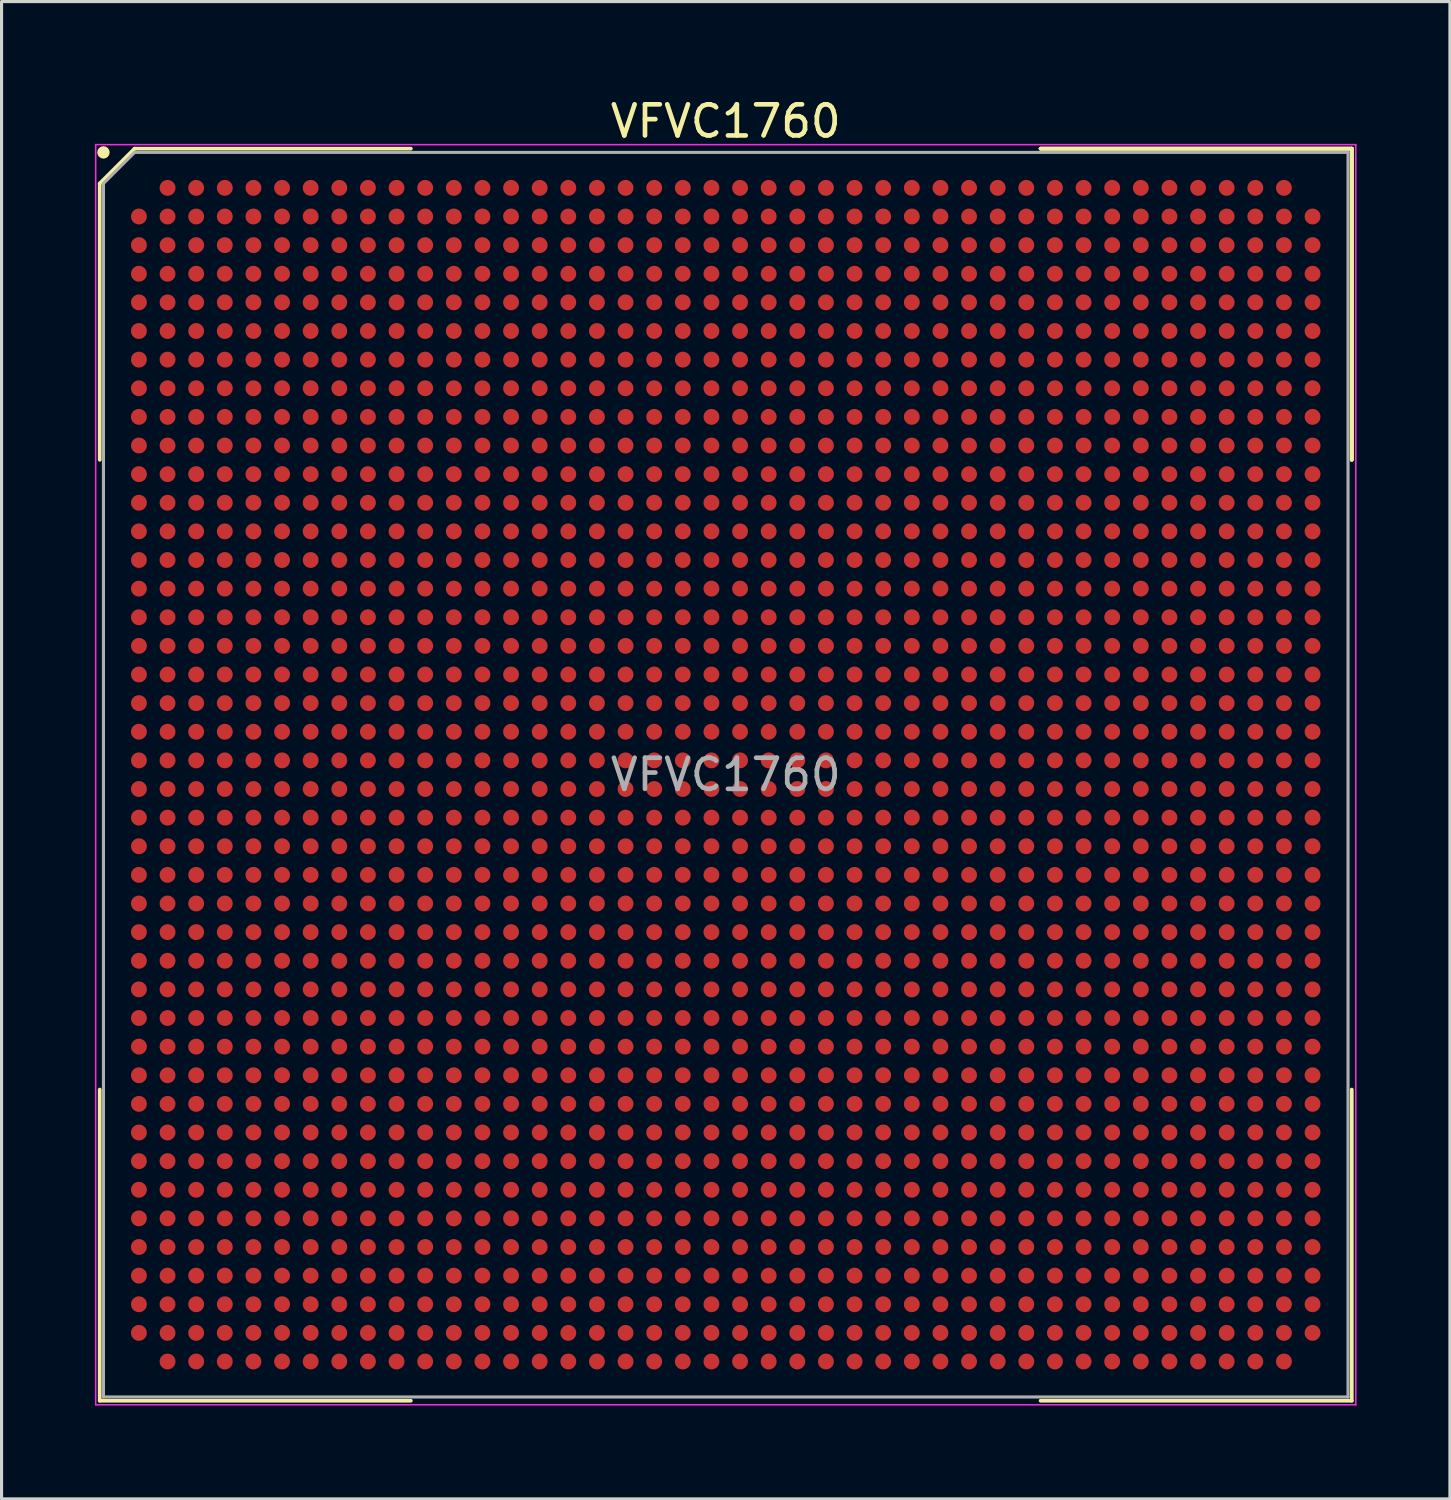
<source format=kicad_pcb>
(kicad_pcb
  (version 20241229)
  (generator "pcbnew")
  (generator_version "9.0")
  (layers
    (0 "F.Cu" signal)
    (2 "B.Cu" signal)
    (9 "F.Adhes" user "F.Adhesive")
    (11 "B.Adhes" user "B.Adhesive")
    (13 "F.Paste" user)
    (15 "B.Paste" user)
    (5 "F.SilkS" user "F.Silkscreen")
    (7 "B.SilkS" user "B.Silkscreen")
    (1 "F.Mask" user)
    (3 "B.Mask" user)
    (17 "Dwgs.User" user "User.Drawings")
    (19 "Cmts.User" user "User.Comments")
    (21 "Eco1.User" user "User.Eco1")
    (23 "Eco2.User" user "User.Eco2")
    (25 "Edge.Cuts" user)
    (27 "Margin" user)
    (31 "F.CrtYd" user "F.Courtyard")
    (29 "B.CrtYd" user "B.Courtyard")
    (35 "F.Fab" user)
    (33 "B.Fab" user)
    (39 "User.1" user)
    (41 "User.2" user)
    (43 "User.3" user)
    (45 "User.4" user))
  (footprint "VFVC1760"
    (layer "F.Cu")
    (at 20.275 21.848)
    (property "Reference" "VFVC1760" (at 0 -21 0) (layer "F.SilkS") (effects (font (size 1 1) (thickness 0.15))))
    (attr smd)
    (fp_line (start -20.12 -19) (end -20.12 -10.12) (stroke (width 0.12) (type solid)) (layer "F.SilkS"))
    (fp_line (start -20.12 20.12) (end -20.12 10.12) (stroke (width 0.12) (type solid)) (layer "F.SilkS"))
    (fp_line (start -19 -20.12) (end -20.12 -19) (stroke (width 0.12) (type solid)) (layer "F.SilkS"))
    (fp_line (start -10.12 -20.12) (end -19 -20.12) (stroke (width 0.12) (type solid)) (layer "F.SilkS"))
    (fp_line (start -10.12 20.12) (end -20.12 20.12) (stroke (width 0.12) (type solid)) (layer "F.SilkS"))
    (fp_line (start 10.12 -20.12) (end 20.12 -20.12) (stroke (width 0.12) (type solid)) (layer "F.SilkS"))
    (fp_line (start 10.12 -20.12) (end 20.12 -20.12) (stroke (width 0.12) (type solid)) (layer "F.SilkS"))
    (fp_line (start 10.12 -20.12) (end 20.12 -20.12) (stroke (width 0.12) (type solid)) (layer "F.SilkS"))
    (fp_line (start 10.12 20.12) (end 20.12 20.12) (stroke (width 0.12) (type solid)) (layer "F.SilkS"))
    (fp_line (start 20.12 -20.12) (end 20.12 -10.12) (stroke (width 0.12) (type solid)) (layer "F.SilkS"))
    (fp_line (start 20.12 -20.12) (end 20.12 -10.12) (stroke (width 0.12) (type solid)) (layer "F.SilkS"))
    (fp_line (start 20.12 -20.12) (end 20.12 -10.12) (stroke (width 0.12) (type solid)) (layer "F.SilkS"))
    (fp_line (start 20.12 20.12) (end 20.12 10.12) (stroke (width 0.12) (type solid)) (layer "F.SilkS"))
    (fp_circle (center -20 -20) (end -20 -19.9) (stroke (width 0.2) (type solid)) (fill no) (layer "F.SilkS"))
    (fp_line (start -20.25 -20.25) (end 20.25 -20.25) (stroke (width 0.05) (type solid)) (layer "F.CrtYd"))
    (fp_line (start -20.25 20.25) (end -20.25 -20.25) (stroke (width 0.05) (type solid)) (layer "F.CrtYd"))
    (fp_line (start 20.25 -20.25) (end 20.25 20.25) (stroke (width 0.05) (type solid)) (layer "F.CrtYd"))
    (fp_line (start 20.25 20.25) (end -20.25 20.25) (stroke (width 0.05) (type solid)) (layer "F.CrtYd"))
    (fp_line (start -20 -19) (end -20 20) (stroke (width 0.1) (type solid)) (layer "F.Fab"))
    (fp_line (start -20 20) (end 20 20) (stroke (width 0.1) (type solid)) (layer "F.Fab"))
    (fp_line (start -19 -20) (end -20 -19) (stroke (width 0.1) (type solid)) (layer "F.Fab"))
    (fp_line (start 20 -20) (end -19 -20) (stroke (width 0.1) (type solid)) (layer "F.Fab"))
    (fp_line (start 20 20) (end 20 -20) (stroke (width 0.1) (type solid)) (layer "F.Fab"))
    (fp_text user "${REFERENCE}" (at 0 0 0) (layer "F.Fab") (effects (font (size 1 1) (thickness 0.15))))
    (pad "A2" smd circle (at -17.94 -18.86) (size 0.51 0.51) (layers "F.Cu" "F.Mask" "F.Paste"))
    (pad "A3" smd circle (at -17.02 -18.86) (size 0.51 0.51) (layers "F.Cu" "F.Mask" "F.Paste"))
    (pad "A4" smd circle (at -16.1 -18.86) (size 0.51 0.51) (layers "F.Cu" "F.Mask" "F.Paste"))
    (pad "A5" smd circle (at -15.18 -18.86) (size 0.51 0.51) (layers "F.Cu" "F.Mask" "F.Paste"))
    (pad "A6" smd circle (at -14.26 -18.86) (size 0.51 0.51) (layers "F.Cu" "F.Mask" "F.Paste"))
    (pad "A7" smd circle (at -13.34 -18.86) (size 0.51 0.51) (layers "F.Cu" "F.Mask" "F.Paste"))
    (pad "A8" smd circle (at -12.42 -18.86) (size 0.51 0.51) (layers "F.Cu" "F.Mask" "F.Paste"))
    (pad "A9" smd circle (at -11.5 -18.86) (size 0.51 0.51) (layers "F.Cu" "F.Mask" "F.Paste"))
    (pad "A10" smd circle (at -10.58 -18.86) (size 0.51 0.51) (layers "F.Cu" "F.Mask" "F.Paste"))
    (pad "A11" smd circle (at -9.66 -18.86) (size 0.51 0.51) (layers "F.Cu" "F.Mask" "F.Paste"))
    (pad "A12" smd circle (at -8.74 -18.86) (size 0.51 0.51) (layers "F.Cu" "F.Mask" "F.Paste"))
    (pad "A13" smd circle (at -7.82 -18.86) (size 0.51 0.51) (layers "F.Cu" "F.Mask" "F.Paste"))
    (pad "A14" smd circle (at -6.9 -18.86) (size 0.51 0.51) (layers "F.Cu" "F.Mask" "F.Paste"))
    (pad "A15" smd circle (at -5.98 -18.86) (size 0.51 0.51) (layers "F.Cu" "F.Mask" "F.Paste"))
    (pad "A16" smd circle (at -5.06 -18.86) (size 0.51 0.51) (layers "F.Cu" "F.Mask" "F.Paste"))
    (pad "A17" smd circle (at -4.14 -18.86) (size 0.51 0.51) (layers "F.Cu" "F.Mask" "F.Paste"))
    (pad "A18" smd circle (at -3.22 -18.86) (size 0.51 0.51) (layers "F.Cu" "F.Mask" "F.Paste"))
    (pad "A19" smd circle (at -2.3 -18.86) (size 0.51 0.51) (layers "F.Cu" "F.Mask" "F.Paste"))
    (pad "A20" smd circle (at -1.38 -18.86) (size 0.51 0.51) (layers "F.Cu" "F.Mask" "F.Paste"))
    (pad "A21" smd circle (at -0.46 -18.86) (size 0.51 0.51) (layers "F.Cu" "F.Mask" "F.Paste"))
    (pad "A22" smd circle (at 0.46 -18.86) (size 0.51 0.51) (layers "F.Cu" "F.Mask" "F.Paste"))
    (pad "A23" smd circle (at 1.38 -18.86) (size 0.51 0.51) (layers "F.Cu" "F.Mask" "F.Paste"))
    (pad "A24" smd circle (at 2.3 -18.86) (size 0.51 0.51) (layers "F.Cu" "F.Mask" "F.Paste"))
    (pad "A25" smd circle (at 3.22 -18.86) (size 0.51 0.51) (layers "F.Cu" "F.Mask" "F.Paste"))
    (pad "A26" smd circle (at 4.14 -18.86) (size 0.51 0.51) (layers "F.Cu" "F.Mask" "F.Paste"))
    (pad "A27" smd circle (at 5.06 -18.86) (size 0.51 0.51) (layers "F.Cu" "F.Mask" "F.Paste"))
    (pad "A28" smd circle (at 5.98 -18.86) (size 0.51 0.51) (layers "F.Cu" "F.Mask" "F.Paste"))
    (pad "A29" smd circle (at 6.9 -18.86) (size 0.51 0.51) (layers "F.Cu" "F.Mask" "F.Paste"))
    (pad "A30" smd circle (at 7.82 -18.86) (size 0.51 0.51) (layers "F.Cu" "F.Mask" "F.Paste"))
    (pad "A31" smd circle (at 8.74 -18.86) (size 0.51 0.51) (layers "F.Cu" "F.Mask" "F.Paste"))
    (pad "A32" smd circle (at 9.66 -18.86) (size 0.51 0.51) (layers "F.Cu" "F.Mask" "F.Paste"))
    (pad "A33" smd circle (at 10.58 -18.86) (size 0.51 0.51) (layers "F.Cu" "F.Mask" "F.Paste"))
    (pad "A34" smd circle (at 11.5 -18.86) (size 0.51 0.51) (layers "F.Cu" "F.Mask" "F.Paste"))
    (pad "A35" smd circle (at 12.42 -18.86) (size 0.51 0.51) (layers "F.Cu" "F.Mask" "F.Paste"))
    (pad "A36" smd circle (at 13.34 -18.86) (size 0.51 0.51) (layers "F.Cu" "F.Mask" "F.Paste"))
    (pad "A37" smd circle (at 14.26 -18.86) (size 0.51 0.51) (layers "F.Cu" "F.Mask" "F.Paste"))
    (pad "A38" smd circle (at 15.18 -18.86) (size 0.51 0.51) (layers "F.Cu" "F.Mask" "F.Paste"))
    (pad "A39" smd circle (at 16.1 -18.86) (size 0.51 0.51) (layers "F.Cu" "F.Mask" "F.Paste"))
    (pad "A40" smd circle (at 17.02 -18.86) (size 0.51 0.51) (layers "F.Cu" "F.Mask" "F.Paste"))
    (pad "A41" smd circle (at 17.94 -18.86) (size 0.51 0.51) (layers "F.Cu" "F.Mask" "F.Paste"))
    (pad "AA1" smd circle (at -18.86 -0.46) (size 0.51 0.51) (layers "F.Cu" "F.Mask" "F.Paste"))
    (pad "AA2" smd circle (at -17.94 -0.46) (size 0.51 0.51) (layers "F.Cu" "F.Mask" "F.Paste"))
    (pad "AA3" smd circle (at -17.02 -0.46) (size 0.51 0.51) (layers "F.Cu" "F.Mask" "F.Paste"))
    (pad "AA4" smd circle (at -16.1 -0.46) (size 0.51 0.51) (layers "F.Cu" "F.Mask" "F.Paste"))
    (pad "AA5" smd circle (at -15.18 -0.46) (size 0.51 0.51) (layers "F.Cu" "F.Mask" "F.Paste"))
    (pad "AA6" smd circle (at -14.26 -0.46) (size 0.51 0.51) (layers "F.Cu" "F.Mask" "F.Paste"))
    (pad "AA7" smd circle (at -13.34 -0.46) (size 0.51 0.51) (layers "F.Cu" "F.Mask" "F.Paste"))
    (pad "AA8" smd circle (at -12.42 -0.46) (size 0.51 0.51) (layers "F.Cu" "F.Mask" "F.Paste"))
    (pad "AA9" smd circle (at -11.5 -0.46) (size 0.51 0.51) (layers "F.Cu" "F.Mask" "F.Paste"))
    (pad "AA10" smd circle (at -10.58 -0.46) (size 0.51 0.51) (layers "F.Cu" "F.Mask" "F.Paste"))
    (pad "AA11" smd circle (at -9.66 -0.46) (size 0.51 0.51) (layers "F.Cu" "F.Mask" "F.Paste"))
    (pad "AA12" smd circle (at -8.74 -0.46) (size 0.51 0.51) (layers "F.Cu" "F.Mask" "F.Paste"))
    (pad "AA13" smd circle (at -7.82 -0.46) (size 0.51 0.51) (layers "F.Cu" "F.Mask" "F.Paste"))
    (pad "AA14" smd circle (at -6.9 -0.46) (size 0.51 0.51) (layers "F.Cu" "F.Mask" "F.Paste"))
    (pad "AA15" smd circle (at -5.98 -0.46) (size 0.51 0.51) (layers "F.Cu" "F.Mask" "F.Paste"))
    (pad "AA16" smd circle (at -5.06 -0.46) (size 0.51 0.51) (layers "F.Cu" "F.Mask" "F.Paste"))
    (pad "AA17" smd circle (at -4.14 -0.46) (size 0.51 0.51) (layers "F.Cu" "F.Mask" "F.Paste"))
    (pad "AA18" smd circle (at -3.22 -0.46) (size 0.51 0.51) (layers "F.Cu" "F.Mask" "F.Paste"))
    (pad "AA19" smd circle (at -2.3 -0.46) (size 0.51 0.51) (layers "F.Cu" "F.Mask" "F.Paste"))
    (pad "AA20" smd circle (at -1.38 -0.46) (size 0.51 0.51) (layers "F.Cu" "F.Mask" "F.Paste"))
    (pad "AA21" smd circle (at -0.46 -0.46) (size 0.51 0.51) (layers "F.Cu" "F.Mask" "F.Paste"))
    (pad "AA22" smd circle (at 0.46 -0.46) (size 0.51 0.51) (layers "F.Cu" "F.Mask" "F.Paste"))
    (pad "AA23" smd circle (at 1.38 -0.46) (size 0.51 0.51) (layers "F.Cu" "F.Mask" "F.Paste"))
    (pad "AA24" smd circle (at 2.3 -0.46) (size 0.51 0.51) (layers "F.Cu" "F.Mask" "F.Paste"))
    (pad "AA25" smd circle (at 3.22 -0.46) (size 0.51 0.51) (layers "F.Cu" "F.Mask" "F.Paste"))
    (pad "AA26" smd circle (at 4.14 -0.46) (size 0.51 0.51) (layers "F.Cu" "F.Mask" "F.Paste"))
    (pad "AA27" smd circle (at 5.06 -0.46) (size 0.51 0.51) (layers "F.Cu" "F.Mask" "F.Paste"))
    (pad "AA28" smd circle (at 5.98 -0.46) (size 0.51 0.51) (layers "F.Cu" "F.Mask" "F.Paste"))
    (pad "AA29" smd circle (at 6.9 -0.46) (size 0.51 0.51) (layers "F.Cu" "F.Mask" "F.Paste"))
    (pad "AA30" smd circle (at 7.82 -0.46) (size 0.51 0.51) (layers "F.Cu" "F.Mask" "F.Paste"))
    (pad "AA31" smd circle (at 8.74 -0.46) (size 0.51 0.51) (layers "F.Cu" "F.Mask" "F.Paste"))
    (pad "AA32" smd circle (at 9.66 -0.46) (size 0.51 0.51) (layers "F.Cu" "F.Mask" "F.Paste"))
    (pad "AA33" smd circle (at 10.58 -0.46) (size 0.51 0.51) (layers "F.Cu" "F.Mask" "F.Paste"))
    (pad "AA34" smd circle (at 11.5 -0.46) (size 0.51 0.51) (layers "F.Cu" "F.Mask" "F.Paste"))
    (pad "AA35" smd circle (at 12.42 -0.46) (size 0.51 0.51) (layers "F.Cu" "F.Mask" "F.Paste"))
    (pad "AA36" smd circle (at 13.34 -0.46) (size 0.51 0.51) (layers "F.Cu" "F.Mask" "F.Paste"))
    (pad "AA37" smd circle (at 14.26 -0.46) (size 0.51 0.51) (layers "F.Cu" "F.Mask" "F.Paste"))
    (pad "AA38" smd circle (at 15.18 -0.46) (size 0.51 0.51) (layers "F.Cu" "F.Mask" "F.Paste"))
    (pad "AA39" smd circle (at 16.1 -0.46) (size 0.51 0.51) (layers "F.Cu" "F.Mask" "F.Paste"))
    (pad "AA40" smd circle (at 17.02 -0.46) (size 0.51 0.51) (layers "F.Cu" "F.Mask" "F.Paste"))
    (pad "AA41" smd circle (at 17.94 -0.46) (size 0.51 0.51) (layers "F.Cu" "F.Mask" "F.Paste"))
    (pad "AA42" smd circle (at 18.86 -0.46) (size 0.51 0.51) (layers "F.Cu" "F.Mask" "F.Paste"))
    (pad "AB1" smd circle (at -18.86 0.46) (size 0.51 0.51) (layers "F.Cu" "F.Mask" "F.Paste"))
    (pad "AB2" smd circle (at -17.94 0.46) (size 0.51 0.51) (layers "F.Cu" "F.Mask" "F.Paste"))
    (pad "AB3" smd circle (at -17.02 0.46) (size 0.51 0.51) (layers "F.Cu" "F.Mask" "F.Paste"))
    (pad "AB4" smd circle (at -16.1 0.46) (size 0.51 0.51) (layers "F.Cu" "F.Mask" "F.Paste"))
    (pad "AB5" smd circle (at -15.18 0.46) (size 0.51 0.51) (layers "F.Cu" "F.Mask" "F.Paste"))
    (pad "AB6" smd circle (at -14.26 0.46) (size 0.51 0.51) (layers "F.Cu" "F.Mask" "F.Paste"))
    (pad "AB7" smd circle (at -13.34 0.46) (size 0.51 0.51) (layers "F.Cu" "F.Mask" "F.Paste"))
    (pad "AB8" smd circle (at -12.42 0.46) (size 0.51 0.51) (layers "F.Cu" "F.Mask" "F.Paste"))
    (pad "AB9" smd circle (at -11.5 0.46) (size 0.51 0.51) (layers "F.Cu" "F.Mask" "F.Paste"))
    (pad "AB10" smd circle (at -10.58 0.46) (size 0.51 0.51) (layers "F.Cu" "F.Mask" "F.Paste"))
    (pad "AB11" smd circle (at -9.66 0.46) (size 0.51 0.51) (layers "F.Cu" "F.Mask" "F.Paste"))
    (pad "AB12" smd circle (at -8.74 0.46) (size 0.51 0.51) (layers "F.Cu" "F.Mask" "F.Paste"))
    (pad "AB13" smd circle (at -7.82 0.46) (size 0.51 0.51) (layers "F.Cu" "F.Mask" "F.Paste"))
    (pad "AB14" smd circle (at -6.9 0.46) (size 0.51 0.51) (layers "F.Cu" "F.Mask" "F.Paste"))
    (pad "AB15" smd circle (at -5.98 0.46) (size 0.51 0.51) (layers "F.Cu" "F.Mask" "F.Paste"))
    (pad "AB16" smd circle (at -5.06 0.46) (size 0.51 0.51) (layers "F.Cu" "F.Mask" "F.Paste"))
    (pad "AB17" smd circle (at -4.14 0.46) (size 0.51 0.51) (layers "F.Cu" "F.Mask" "F.Paste"))
    (pad "AB18" smd circle (at -3.22 0.46) (size 0.51 0.51) (layers "F.Cu" "F.Mask" "F.Paste"))
    (pad "AB19" smd circle (at -2.3 0.46) (size 0.51 0.51) (layers "F.Cu" "F.Mask" "F.Paste"))
    (pad "AB20" smd circle (at -1.38 0.46) (size 0.51 0.51) (layers "F.Cu" "F.Mask" "F.Paste"))
    (pad "AB21" smd circle (at -0.46 0.46) (size 0.51 0.51) (layers "F.Cu" "F.Mask" "F.Paste"))
    (pad "AB22" smd circle (at 0.46 0.46) (size 0.51 0.51) (layers "F.Cu" "F.Mask" "F.Paste"))
    (pad "AB23" smd circle (at 1.38 0.46) (size 0.51 0.51) (layers "F.Cu" "F.Mask" "F.Paste"))
    (pad "AB24" smd circle (at 2.3 0.46) (size 0.51 0.51) (layers "F.Cu" "F.Mask" "F.Paste"))
    (pad "AB25" smd circle (at 3.22 0.46) (size 0.51 0.51) (layers "F.Cu" "F.Mask" "F.Paste"))
    (pad "AB26" smd circle (at 4.14 0.46) (size 0.51 0.51) (layers "F.Cu" "F.Mask" "F.Paste"))
    (pad "AB27" smd circle (at 5.06 0.46) (size 0.51 0.51) (layers "F.Cu" "F.Mask" "F.Paste"))
    (pad "AB28" smd circle (at 5.98 0.46) (size 0.51 0.51) (layers "F.Cu" "F.Mask" "F.Paste"))
    (pad "AB29" smd circle (at 6.9 0.46) (size 0.51 0.51) (layers "F.Cu" "F.Mask" "F.Paste"))
    (pad "AB30" smd circle (at 7.82 0.46) (size 0.51 0.51) (layers "F.Cu" "F.Mask" "F.Paste"))
    (pad "AB31" smd circle (at 8.74 0.46) (size 0.51 0.51) (layers "F.Cu" "F.Mask" "F.Paste"))
    (pad "AB32" smd circle (at 9.66 0.46) (size 0.51 0.51) (layers "F.Cu" "F.Mask" "F.Paste"))
    (pad "AB33" smd circle (at 10.58 0.46) (size 0.51 0.51) (layers "F.Cu" "F.Mask" "F.Paste"))
    (pad "AB34" smd circle (at 11.5 0.46) (size 0.51 0.51) (layers "F.Cu" "F.Mask" "F.Paste"))
    (pad "AB35" smd circle (at 12.42 0.46) (size 0.51 0.51) (layers "F.Cu" "F.Mask" "F.Paste"))
    (pad "AB36" smd circle (at 13.34 0.46) (size 0.51 0.51) (layers "F.Cu" "F.Mask" "F.Paste"))
    (pad "AB37" smd circle (at 14.26 0.46) (size 0.51 0.51) (layers "F.Cu" "F.Mask" "F.Paste"))
    (pad "AB38" smd circle (at 15.18 0.46) (size 0.51 0.51) (layers "F.Cu" "F.Mask" "F.Paste"))
    (pad "AB39" smd circle (at 16.1 0.46) (size 0.51 0.51) (layers "F.Cu" "F.Mask" "F.Paste"))
    (pad "AB40" smd circle (at 17.02 0.46) (size 0.51 0.51) (layers "F.Cu" "F.Mask" "F.Paste"))
    (pad "AB41" smd circle (at 17.94 0.46) (size 0.51 0.51) (layers "F.Cu" "F.Mask" "F.Paste"))
    (pad "AB42" smd circle (at 18.86 0.46) (size 0.51 0.51) (layers "F.Cu" "F.Mask" "F.Paste"))
    (pad "AC1" smd circle (at -18.86 1.38) (size 0.51 0.51) (layers "F.Cu" "F.Mask" "F.Paste"))
    (pad "AC2" smd circle (at -17.94 1.38) (size 0.51 0.51) (layers "F.Cu" "F.Mask" "F.Paste"))
    (pad "AC3" smd circle (at -17.02 1.38) (size 0.51 0.51) (layers "F.Cu" "F.Mask" "F.Paste"))
    (pad "AC4" smd circle (at -16.1 1.38) (size 0.51 0.51) (layers "F.Cu" "F.Mask" "F.Paste"))
    (pad "AC5" smd circle (at -15.18 1.38) (size 0.51 0.51) (layers "F.Cu" "F.Mask" "F.Paste"))
    (pad "AC6" smd circle (at -14.26 1.38) (size 0.51 0.51) (layers "F.Cu" "F.Mask" "F.Paste"))
    (pad "AC7" smd circle (at -13.34 1.38) (size 0.51 0.51) (layers "F.Cu" "F.Mask" "F.Paste"))
    (pad "AC8" smd circle (at -12.42 1.38) (size 0.51 0.51) (layers "F.Cu" "F.Mask" "F.Paste"))
    (pad "AC9" smd circle (at -11.5 1.38) (size 0.51 0.51) (layers "F.Cu" "F.Mask" "F.Paste"))
    (pad "AC10" smd circle (at -10.58 1.38) (size 0.51 0.51) (layers "F.Cu" "F.Mask" "F.Paste"))
    (pad "AC11" smd circle (at -9.66 1.38) (size 0.51 0.51) (layers "F.Cu" "F.Mask" "F.Paste"))
    (pad "AC12" smd circle (at -8.74 1.38) (size 0.51 0.51) (layers "F.Cu" "F.Mask" "F.Paste"))
    (pad "AC13" smd circle (at -7.82 1.38) (size 0.51 0.51) (layers "F.Cu" "F.Mask" "F.Paste"))
    (pad "AC14" smd circle (at -6.9 1.38) (size 0.51 0.51) (layers "F.Cu" "F.Mask" "F.Paste"))
    (pad "AC15" smd circle (at -5.98 1.38) (size 0.51 0.51) (layers "F.Cu" "F.Mask" "F.Paste"))
    (pad "AC16" smd circle (at -5.06 1.38) (size 0.51 0.51) (layers "F.Cu" "F.Mask" "F.Paste"))
    (pad "AC17" smd circle (at -4.14 1.38) (size 0.51 0.51) (layers "F.Cu" "F.Mask" "F.Paste"))
    (pad "AC18" smd circle (at -3.22 1.38) (size 0.51 0.51) (layers "F.Cu" "F.Mask" "F.Paste"))
    (pad "AC19" smd circle (at -2.3 1.38) (size 0.51 0.51) (layers "F.Cu" "F.Mask" "F.Paste"))
    (pad "AC20" smd circle (at -1.38 1.38) (size 0.51 0.51) (layers "F.Cu" "F.Mask" "F.Paste"))
    (pad "AC21" smd circle (at -0.46 1.38) (size 0.51 0.51) (layers "F.Cu" "F.Mask" "F.Paste"))
    (pad "AC22" smd circle (at 0.46 1.38) (size 0.51 0.51) (layers "F.Cu" "F.Mask" "F.Paste"))
    (pad "AC23" smd circle (at 1.38 1.38) (size 0.51 0.51) (layers "F.Cu" "F.Mask" "F.Paste"))
    (pad "AC24" smd circle (at 2.3 1.38) (size 0.51 0.51) (layers "F.Cu" "F.Mask" "F.Paste"))
    (pad "AC25" smd circle (at 3.22 1.38) (size 0.51 0.51) (layers "F.Cu" "F.Mask" "F.Paste"))
    (pad "AC26" smd circle (at 4.14 1.38) (size 0.51 0.51) (layers "F.Cu" "F.Mask" "F.Paste"))
    (pad "AC27" smd circle (at 5.06 1.38) (size 0.51 0.51) (layers "F.Cu" "F.Mask" "F.Paste"))
    (pad "AC28" smd circle (at 5.98 1.38) (size 0.51 0.51) (layers "F.Cu" "F.Mask" "F.Paste"))
    (pad "AC29" smd circle (at 6.9 1.38) (size 0.51 0.51) (layers "F.Cu" "F.Mask" "F.Paste"))
    (pad "AC30" smd circle (at 7.82 1.38) (size 0.51 0.51) (layers "F.Cu" "F.Mask" "F.Paste"))
    (pad "AC31" smd circle (at 8.74 1.38) (size 0.51 0.51) (layers "F.Cu" "F.Mask" "F.Paste"))
    (pad "AC32" smd circle (at 9.66 1.38) (size 0.51 0.51) (layers "F.Cu" "F.Mask" "F.Paste"))
    (pad "AC33" smd circle (at 10.58 1.38) (size 0.51 0.51) (layers "F.Cu" "F.Mask" "F.Paste"))
    (pad "AC34" smd circle (at 11.5 1.38) (size 0.51 0.51) (layers "F.Cu" "F.Mask" "F.Paste"))
    (pad "AC35" smd circle (at 12.42 1.38) (size 0.51 0.51) (layers "F.Cu" "F.Mask" "F.Paste"))
    (pad "AC36" smd circle (at 13.34 1.38) (size 0.51 0.51) (layers "F.Cu" "F.Mask" "F.Paste"))
    (pad "AC37" smd circle (at 14.26 1.38) (size 0.51 0.51) (layers "F.Cu" "F.Mask" "F.Paste"))
    (pad "AC38" smd circle (at 15.18 1.38) (size 0.51 0.51) (layers "F.Cu" "F.Mask" "F.Paste"))
    (pad "AC39" smd circle (at 16.1 1.38) (size 0.51 0.51) (layers "F.Cu" "F.Mask" "F.Paste"))
    (pad "AC40" smd circle (at 17.02 1.38) (size 0.51 0.51) (layers "F.Cu" "F.Mask" "F.Paste"))
    (pad "AC41" smd circle (at 17.94 1.38) (size 0.51 0.51) (layers "F.Cu" "F.Mask" "F.Paste"))
    (pad "AC42" smd circle (at 18.86 1.38) (size 0.51 0.51) (layers "F.Cu" "F.Mask" "F.Paste"))
    (pad "AD1" smd circle (at -18.86 2.3) (size 0.51 0.51) (layers "F.Cu" "F.Mask" "F.Paste"))
    (pad "AD2" smd circle (at -17.94 2.3) (size 0.51 0.51) (layers "F.Cu" "F.Mask" "F.Paste"))
    (pad "AD3" smd circle (at -17.02 2.3) (size 0.51 0.51) (layers "F.Cu" "F.Mask" "F.Paste"))
    (pad "AD4" smd circle (at -16.1 2.3) (size 0.51 0.51) (layers "F.Cu" "F.Mask" "F.Paste"))
    (pad "AD5" smd circle (at -15.18 2.3) (size 0.51 0.51) (layers "F.Cu" "F.Mask" "F.Paste"))
    (pad "AD6" smd circle (at -14.26 2.3) (size 0.51 0.51) (layers "F.Cu" "F.Mask" "F.Paste"))
    (pad "AD7" smd circle (at -13.34 2.3) (size 0.51 0.51) (layers "F.Cu" "F.Mask" "F.Paste"))
    (pad "AD8" smd circle (at -12.42 2.3) (size 0.51 0.51) (layers "F.Cu" "F.Mask" "F.Paste"))
    (pad "AD9" smd circle (at -11.5 2.3) (size 0.51 0.51) (layers "F.Cu" "F.Mask" "F.Paste"))
    (pad "AD10" smd circle (at -10.58 2.3) (size 0.51 0.51) (layers "F.Cu" "F.Mask" "F.Paste"))
    (pad "AD11" smd circle (at -9.66 2.3) (size 0.51 0.51) (layers "F.Cu" "F.Mask" "F.Paste"))
    (pad "AD12" smd circle (at -8.74 2.3) (size 0.51 0.51) (layers "F.Cu" "F.Mask" "F.Paste"))
    (pad "AD13" smd circle (at -7.82 2.3) (size 0.51 0.51) (layers "F.Cu" "F.Mask" "F.Paste"))
    (pad "AD14" smd circle (at -6.9 2.3) (size 0.51 0.51) (layers "F.Cu" "F.Mask" "F.Paste"))
    (pad "AD15" smd circle (at -5.98 2.3) (size 0.51 0.51) (layers "F.Cu" "F.Mask" "F.Paste"))
    (pad "AD16" smd circle (at -5.06 2.3) (size 0.51 0.51) (layers "F.Cu" "F.Mask" "F.Paste"))
    (pad "AD17" smd circle (at -4.14 2.3) (size 0.51 0.51) (layers "F.Cu" "F.Mask" "F.Paste"))
    (pad "AD18" smd circle (at -3.22 2.3) (size 0.51 0.51) (layers "F.Cu" "F.Mask" "F.Paste"))
    (pad "AD19" smd circle (at -2.3 2.3) (size 0.51 0.51) (layers "F.Cu" "F.Mask" "F.Paste"))
    (pad "AD20" smd circle (at -1.38 2.3) (size 0.51 0.51) (layers "F.Cu" "F.Mask" "F.Paste"))
    (pad "AD21" smd circle (at -0.46 2.3) (size 0.51 0.51) (layers "F.Cu" "F.Mask" "F.Paste"))
    (pad "AD22" smd circle (at 0.46 2.3) (size 0.51 0.51) (layers "F.Cu" "F.Mask" "F.Paste"))
    (pad "AD23" smd circle (at 1.38 2.3) (size 0.51 0.51) (layers "F.Cu" "F.Mask" "F.Paste"))
    (pad "AD24" smd circle (at 2.3 2.3) (size 0.51 0.51) (layers "F.Cu" "F.Mask" "F.Paste"))
    (pad "AD25" smd circle (at 3.22 2.3) (size 0.51 0.51) (layers "F.Cu" "F.Mask" "F.Paste"))
    (pad "AD26" smd circle (at 4.14 2.3) (size 0.51 0.51) (layers "F.Cu" "F.Mask" "F.Paste"))
    (pad "AD27" smd circle (at 5.06 2.3) (size 0.51 0.51) (layers "F.Cu" "F.Mask" "F.Paste"))
    (pad "AD28" smd circle (at 5.98 2.3) (size 0.51 0.51) (layers "F.Cu" "F.Mask" "F.Paste"))
    (pad "AD29" smd circle (at 6.9 2.3) (size 0.51 0.51) (layers "F.Cu" "F.Mask" "F.Paste"))
    (pad "AD30" smd circle (at 7.82 2.3) (size 0.51 0.51) (layers "F.Cu" "F.Mask" "F.Paste"))
    (pad "AD31" smd circle (at 8.74 2.3) (size 0.51 0.51) (layers "F.Cu" "F.Mask" "F.Paste"))
    (pad "AD32" smd circle (at 9.66 2.3) (size 0.51 0.51) (layers "F.Cu" "F.Mask" "F.Paste"))
    (pad "AD33" smd circle (at 10.58 2.3) (size 0.51 0.51) (layers "F.Cu" "F.Mask" "F.Paste"))
    (pad "AD34" smd circle (at 11.5 2.3) (size 0.51 0.51) (layers "F.Cu" "F.Mask" "F.Paste"))
    (pad "AD35" smd circle (at 12.42 2.3) (size 0.51 0.51) (layers "F.Cu" "F.Mask" "F.Paste"))
    (pad "AD36" smd circle (at 13.34 2.3) (size 0.51 0.51) (layers "F.Cu" "F.Mask" "F.Paste"))
    (pad "AD37" smd circle (at 14.26 2.3) (size 0.51 0.51) (layers "F.Cu" "F.Mask" "F.Paste"))
    (pad "AD38" smd circle (at 15.18 2.3) (size 0.51 0.51) (layers "F.Cu" "F.Mask" "F.Paste"))
    (pad "AD39" smd circle (at 16.1 2.3) (size 0.51 0.51) (layers "F.Cu" "F.Mask" "F.Paste"))
    (pad "AD40" smd circle (at 17.02 2.3) (size 0.51 0.51) (layers "F.Cu" "F.Mask" "F.Paste"))
    (pad "AD41" smd circle (at 17.94 2.3) (size 0.51 0.51) (layers "F.Cu" "F.Mask" "F.Paste"))
    (pad "AD42" smd circle (at 18.86 2.3) (size 0.51 0.51) (layers "F.Cu" "F.Mask" "F.Paste"))
    (pad "AE1" smd circle (at -18.86 3.22) (size 0.51 0.51) (layers "F.Cu" "F.Mask" "F.Paste"))
    (pad "AE2" smd circle (at -17.94 3.22) (size 0.51 0.51) (layers "F.Cu" "F.Mask" "F.Paste"))
    (pad "AE3" smd circle (at -17.02 3.22) (size 0.51 0.51) (layers "F.Cu" "F.Mask" "F.Paste"))
    (pad "AE4" smd circle (at -16.1 3.22) (size 0.51 0.51) (layers "F.Cu" "F.Mask" "F.Paste"))
    (pad "AE5" smd circle (at -15.18 3.22) (size 0.51 0.51) (layers "F.Cu" "F.Mask" "F.Paste"))
    (pad "AE6" smd circle (at -14.26 3.22) (size 0.51 0.51) (layers "F.Cu" "F.Mask" "F.Paste"))
    (pad "AE7" smd circle (at -13.34 3.22) (size 0.51 0.51) (layers "F.Cu" "F.Mask" "F.Paste"))
    (pad "AE8" smd circle (at -12.42 3.22) (size 0.51 0.51) (layers "F.Cu" "F.Mask" "F.Paste"))
    (pad "AE9" smd circle (at -11.5 3.22) (size 0.51 0.51) (layers "F.Cu" "F.Mask" "F.Paste"))
    (pad "AE10" smd circle (at -10.58 3.22) (size 0.51 0.51) (layers "F.Cu" "F.Mask" "F.Paste"))
    (pad "AE11" smd circle (at -9.66 3.22) (size 0.51 0.51) (layers "F.Cu" "F.Mask" "F.Paste"))
    (pad "AE12" smd circle (at -8.74 3.22) (size 0.51 0.51) (layers "F.Cu" "F.Mask" "F.Paste"))
    (pad "AE13" smd circle (at -7.82 3.22) (size 0.51 0.51) (layers "F.Cu" "F.Mask" "F.Paste"))
    (pad "AE14" smd circle (at -6.9 3.22) (size 0.51 0.51) (layers "F.Cu" "F.Mask" "F.Paste"))
    (pad "AE15" smd circle (at -5.98 3.22) (size 0.51 0.51) (layers "F.Cu" "F.Mask" "F.Paste"))
    (pad "AE16" smd circle (at -5.06 3.22) (size 0.51 0.51) (layers "F.Cu" "F.Mask" "F.Paste"))
    (pad "AE17" smd circle (at -4.14 3.22) (size 0.51 0.51) (layers "F.Cu" "F.Mask" "F.Paste"))
    (pad "AE18" smd circle (at -3.22 3.22) (size 0.51 0.51) (layers "F.Cu" "F.Mask" "F.Paste"))
    (pad "AE19" smd circle (at -2.3 3.22) (size 0.51 0.51) (layers "F.Cu" "F.Mask" "F.Paste"))
    (pad "AE20" smd circle (at -1.38 3.22) (size 0.51 0.51) (layers "F.Cu" "F.Mask" "F.Paste"))
    (pad "AE21" smd circle (at -0.46 3.22) (size 0.51 0.51) (layers "F.Cu" "F.Mask" "F.Paste"))
    (pad "AE22" smd circle (at 0.46 3.22) (size 0.51 0.51) (layers "F.Cu" "F.Mask" "F.Paste"))
    (pad "AE23" smd circle (at 1.38 3.22) (size 0.51 0.51) (layers "F.Cu" "F.Mask" "F.Paste"))
    (pad "AE24" smd circle (at 2.3 3.22) (size 0.51 0.51) (layers "F.Cu" "F.Mask" "F.Paste"))
    (pad "AE25" smd circle (at 3.22 3.22) (size 0.51 0.51) (layers "F.Cu" "F.Mask" "F.Paste"))
    (pad "AE26" smd circle (at 4.14 3.22) (size 0.51 0.51) (layers "F.Cu" "F.Mask" "F.Paste"))
    (pad "AE27" smd circle (at 5.06 3.22) (size 0.51 0.51) (layers "F.Cu" "F.Mask" "F.Paste"))
    (pad "AE28" smd circle (at 5.98 3.22) (size 0.51 0.51) (layers "F.Cu" "F.Mask" "F.Paste"))
    (pad "AE29" smd circle (at 6.9 3.22) (size 0.51 0.51) (layers "F.Cu" "F.Mask" "F.Paste"))
    (pad "AE30" smd circle (at 7.82 3.22) (size 0.51 0.51) (layers "F.Cu" "F.Mask" "F.Paste"))
    (pad "AE31" smd circle (at 8.74 3.22) (size 0.51 0.51) (layers "F.Cu" "F.Mask" "F.Paste"))
    (pad "AE32" smd circle (at 9.66 3.22) (size 0.51 0.51) (layers "F.Cu" "F.Mask" "F.Paste"))
    (pad "AE33" smd circle (at 10.58 3.22) (size 0.51 0.51) (layers "F.Cu" "F.Mask" "F.Paste"))
    (pad "AE34" smd circle (at 11.5 3.22) (size 0.51 0.51) (layers "F.Cu" "F.Mask" "F.Paste"))
    (pad "AE35" smd circle (at 12.42 3.22) (size 0.51 0.51) (layers "F.Cu" "F.Mask" "F.Paste"))
    (pad "AE36" smd circle (at 13.34 3.22) (size 0.51 0.51) (layers "F.Cu" "F.Mask" "F.Paste"))
    (pad "AE37" smd circle (at 14.26 3.22) (size 0.51 0.51) (layers "F.Cu" "F.Mask" "F.Paste"))
    (pad "AE38" smd circle (at 15.18 3.22) (size 0.51 0.51) (layers "F.Cu" "F.Mask" "F.Paste"))
    (pad "AE39" smd circle (at 16.1 3.22) (size 0.51 0.51) (layers "F.Cu" "F.Mask" "F.Paste"))
    (pad "AE40" smd circle (at 17.02 3.22) (size 0.51 0.51) (layers "F.Cu" "F.Mask" "F.Paste"))
    (pad "AE41" smd circle (at 17.94 3.22) (size 0.51 0.51) (layers "F.Cu" "F.Mask" "F.Paste"))
    (pad "AE42" smd circle (at 18.86 3.22) (size 0.51 0.51) (layers "F.Cu" "F.Mask" "F.Paste"))
    (pad "AF1" smd circle (at -18.86 4.14) (size 0.51 0.51) (layers "F.Cu" "F.Mask" "F.Paste"))
    (pad "AF2" smd circle (at -17.94 4.14) (size 0.51 0.51) (layers "F.Cu" "F.Mask" "F.Paste"))
    (pad "AF3" smd circle (at -17.02 4.14) (size 0.51 0.51) (layers "F.Cu" "F.Mask" "F.Paste"))
    (pad "AF4" smd circle (at -16.1 4.14) (size 0.51 0.51) (layers "F.Cu" "F.Mask" "F.Paste"))
    (pad "AF5" smd circle (at -15.18 4.14) (size 0.51 0.51) (layers "F.Cu" "F.Mask" "F.Paste"))
    (pad "AF6" smd circle (at -14.26 4.14) (size 0.51 0.51) (layers "F.Cu" "F.Mask" "F.Paste"))
    (pad "AF7" smd circle (at -13.34 4.14) (size 0.51 0.51) (layers "F.Cu" "F.Mask" "F.Paste"))
    (pad "AF8" smd circle (at -12.42 4.14) (size 0.51 0.51) (layers "F.Cu" "F.Mask" "F.Paste"))
    (pad "AF9" smd circle (at -11.5 4.14) (size 0.51 0.51) (layers "F.Cu" "F.Mask" "F.Paste"))
    (pad "AF10" smd circle (at -10.58 4.14) (size 0.51 0.51) (layers "F.Cu" "F.Mask" "F.Paste"))
    (pad "AF11" smd circle (at -9.66 4.14) (size 0.51 0.51) (layers "F.Cu" "F.Mask" "F.Paste"))
    (pad "AF12" smd circle (at -8.74 4.14) (size 0.51 0.51) (layers "F.Cu" "F.Mask" "F.Paste"))
    (pad "AF13" smd circle (at -7.82 4.14) (size 0.51 0.51) (layers "F.Cu" "F.Mask" "F.Paste"))
    (pad "AF14" smd circle (at -6.9 4.14) (size 0.51 0.51) (layers "F.Cu" "F.Mask" "F.Paste"))
    (pad "AF15" smd circle (at -5.98 4.14) (size 0.51 0.51) (layers "F.Cu" "F.Mask" "F.Paste"))
    (pad "AF16" smd circle (at -5.06 4.14) (size 0.51 0.51) (layers "F.Cu" "F.Mask" "F.Paste"))
    (pad "AF17" smd circle (at -4.14 4.14) (size 0.51 0.51) (layers "F.Cu" "F.Mask" "F.Paste"))
    (pad "AF18" smd circle (at -3.22 4.14) (size 0.51 0.51) (layers "F.Cu" "F.Mask" "F.Paste"))
    (pad "AF19" smd circle (at -2.3 4.14) (size 0.51 0.51) (layers "F.Cu" "F.Mask" "F.Paste"))
    (pad "AF20" smd circle (at -1.38 4.14) (size 0.51 0.51) (layers "F.Cu" "F.Mask" "F.Paste"))
    (pad "AF21" smd circle (at -0.46 4.14) (size 0.51 0.51) (layers "F.Cu" "F.Mask" "F.Paste"))
    (pad "AF22" smd circle (at 0.46 4.14) (size 0.51 0.51) (layers "F.Cu" "F.Mask" "F.Paste"))
    (pad "AF23" smd circle (at 1.38 4.14) (size 0.51 0.51) (layers "F.Cu" "F.Mask" "F.Paste"))
    (pad "AF24" smd circle (at 2.3 4.14) (size 0.51 0.51) (layers "F.Cu" "F.Mask" "F.Paste"))
    (pad "AF25" smd circle (at 3.22 4.14) (size 0.51 0.51) (layers "F.Cu" "F.Mask" "F.Paste"))
    (pad "AF26" smd circle (at 4.14 4.14) (size 0.51 0.51) (layers "F.Cu" "F.Mask" "F.Paste"))
    (pad "AF27" smd circle (at 5.06 4.14) (size 0.51 0.51) (layers "F.Cu" "F.Mask" "F.Paste"))
    (pad "AF28" smd circle (at 5.98 4.14) (size 0.51 0.51) (layers "F.Cu" "F.Mask" "F.Paste"))
    (pad "AF29" smd circle (at 6.9 4.14) (size 0.51 0.51) (layers "F.Cu" "F.Mask" "F.Paste"))
    (pad "AF30" smd circle (at 7.82 4.14) (size 0.51 0.51) (layers "F.Cu" "F.Mask" "F.Paste"))
    (pad "AF31" smd circle (at 8.74 4.14) (size 0.51 0.51) (layers "F.Cu" "F.Mask" "F.Paste"))
    (pad "AF32" smd circle (at 9.66 4.14) (size 0.51 0.51) (layers "F.Cu" "F.Mask" "F.Paste"))
    (pad "AF33" smd circle (at 10.58 4.14) (size 0.51 0.51) (layers "F.Cu" "F.Mask" "F.Paste"))
    (pad "AF34" smd circle (at 11.5 4.14) (size 0.51 0.51) (layers "F.Cu" "F.Mask" "F.Paste"))
    (pad "AF35" smd circle (at 12.42 4.14) (size 0.51 0.51) (layers "F.Cu" "F.Mask" "F.Paste"))
    (pad "AF36" smd circle (at 13.34 4.14) (size 0.51 0.51) (layers "F.Cu" "F.Mask" "F.Paste"))
    (pad "AF37" smd circle (at 14.26 4.14) (size 0.51 0.51) (layers "F.Cu" "F.Mask" "F.Paste"))
    (pad "AF38" smd circle (at 15.18 4.14) (size 0.51 0.51) (layers "F.Cu" "F.Mask" "F.Paste"))
    (pad "AF39" smd circle (at 16.1 4.14) (size 0.51 0.51) (layers "F.Cu" "F.Mask" "F.Paste"))
    (pad "AF40" smd circle (at 17.02 4.14) (size 0.51 0.51) (layers "F.Cu" "F.Mask" "F.Paste"))
    (pad "AF41" smd circle (at 17.94 4.14) (size 0.51 0.51) (layers "F.Cu" "F.Mask" "F.Paste"))
    (pad "AF42" smd circle (at 18.86 4.14) (size 0.51 0.51) (layers "F.Cu" "F.Mask" "F.Paste"))
    (pad "AG1" smd circle (at -18.86 5.06) (size 0.51 0.51) (layers "F.Cu" "F.Mask" "F.Paste"))
    (pad "AG2" smd circle (at -17.94 5.06) (size 0.51 0.51) (layers "F.Cu" "F.Mask" "F.Paste"))
    (pad "AG3" smd circle (at -17.02 5.06) (size 0.51 0.51) (layers "F.Cu" "F.Mask" "F.Paste"))
    (pad "AG4" smd circle (at -16.1 5.06) (size 0.51 0.51) (layers "F.Cu" "F.Mask" "F.Paste"))
    (pad "AG5" smd circle (at -15.18 5.06) (size 0.51 0.51) (layers "F.Cu" "F.Mask" "F.Paste"))
    (pad "AG6" smd circle (at -14.26 5.06) (size 0.51 0.51) (layers "F.Cu" "F.Mask" "F.Paste"))
    (pad "AG7" smd circle (at -13.34 5.06) (size 0.51 0.51) (layers "F.Cu" "F.Mask" "F.Paste"))
    (pad "AG8" smd circle (at -12.42 5.06) (size 0.51 0.51) (layers "F.Cu" "F.Mask" "F.Paste"))
    (pad "AG9" smd circle (at -11.5 5.06) (size 0.51 0.51) (layers "F.Cu" "F.Mask" "F.Paste"))
    (pad "AG10" smd circle (at -10.58 5.06) (size 0.51 0.51) (layers "F.Cu" "F.Mask" "F.Paste"))
    (pad "AG11" smd circle (at -9.66 5.06) (size 0.51 0.51) (layers "F.Cu" "F.Mask" "F.Paste"))
    (pad "AG12" smd circle (at -8.74 5.06) (size 0.51 0.51) (layers "F.Cu" "F.Mask" "F.Paste"))
    (pad "AG13" smd circle (at -7.82 5.06) (size 0.51 0.51) (layers "F.Cu" "F.Mask" "F.Paste"))
    (pad "AG14" smd circle (at -6.9 5.06) (size 0.51 0.51) (layers "F.Cu" "F.Mask" "F.Paste"))
    (pad "AG15" smd circle (at -5.98 5.06) (size 0.51 0.51) (layers "F.Cu" "F.Mask" "F.Paste"))
    (pad "AG16" smd circle (at -5.06 5.06) (size 0.51 0.51) (layers "F.Cu" "F.Mask" "F.Paste"))
    (pad "AG17" smd circle (at -4.14 5.06) (size 0.51 0.51) (layers "F.Cu" "F.Mask" "F.Paste"))
    (pad "AG18" smd circle (at -3.22 5.06) (size 0.51 0.51) (layers "F.Cu" "F.Mask" "F.Paste"))
    (pad "AG19" smd circle (at -2.3 5.06) (size 0.51 0.51) (layers "F.Cu" "F.Mask" "F.Paste"))
    (pad "AG20" smd circle (at -1.38 5.06) (size 0.51 0.51) (layers "F.Cu" "F.Mask" "F.Paste"))
    (pad "AG21" smd circle (at -0.46 5.06) (size 0.51 0.51) (layers "F.Cu" "F.Mask" "F.Paste"))
    (pad "AG22" smd circle (at 0.46 5.06) (size 0.51 0.51) (layers "F.Cu" "F.Mask" "F.Paste"))
    (pad "AG23" smd circle (at 1.38 5.06) (size 0.51 0.51) (layers "F.Cu" "F.Mask" "F.Paste"))
    (pad "AG24" smd circle (at 2.3 5.06) (size 0.51 0.51) (layers "F.Cu" "F.Mask" "F.Paste"))
    (pad "AG25" smd circle (at 3.22 5.06) (size 0.51 0.51) (layers "F.Cu" "F.Mask" "F.Paste"))
    (pad "AG26" smd circle (at 4.14 5.06) (size 0.51 0.51) (layers "F.Cu" "F.Mask" "F.Paste"))
    (pad "AG27" smd circle (at 5.06 5.06) (size 0.51 0.51) (layers "F.Cu" "F.Mask" "F.Paste"))
    (pad "AG28" smd circle (at 5.98 5.06) (size 0.51 0.51) (layers "F.Cu" "F.Mask" "F.Paste"))
    (pad "AG29" smd circle (at 6.9 5.06) (size 0.51 0.51) (layers "F.Cu" "F.Mask" "F.Paste"))
    (pad "AG30" smd circle (at 7.82 5.06) (size 0.51 0.51) (layers "F.Cu" "F.Mask" "F.Paste"))
    (pad "AG31" smd circle (at 8.74 5.06) (size 0.51 0.51) (layers "F.Cu" "F.Mask" "F.Paste"))
    (pad "AG32" smd circle (at 9.66 5.06) (size 0.51 0.51) (layers "F.Cu" "F.Mask" "F.Paste"))
    (pad "AG33" smd circle (at 10.58 5.06) (size 0.51 0.51) (layers "F.Cu" "F.Mask" "F.Paste"))
    (pad "AG34" smd circle (at 11.5 5.06) (size 0.51 0.51) (layers "F.Cu" "F.Mask" "F.Paste"))
    (pad "AG35" smd circle (at 12.42 5.06) (size 0.51 0.51) (layers "F.Cu" "F.Mask" "F.Paste"))
    (pad "AG36" smd circle (at 13.34 5.06) (size 0.51 0.51) (layers "F.Cu" "F.Mask" "F.Paste"))
    (pad "AG37" smd circle (at 14.26 5.06) (size 0.51 0.51) (layers "F.Cu" "F.Mask" "F.Paste"))
    (pad "AG38" smd circle (at 15.18 5.06) (size 0.51 0.51) (layers "F.Cu" "F.Mask" "F.Paste"))
    (pad "AG39" smd circle (at 16.1 5.06) (size 0.51 0.51) (layers "F.Cu" "F.Mask" "F.Paste"))
    (pad "AG40" smd circle (at 17.02 5.06) (size 0.51 0.51) (layers "F.Cu" "F.Mask" "F.Paste"))
    (pad "AG41" smd circle (at 17.94 5.06) (size 0.51 0.51) (layers "F.Cu" "F.Mask" "F.Paste"))
    (pad "AG42" smd circle (at 18.86 5.06) (size 0.51 0.51) (layers "F.Cu" "F.Mask" "F.Paste"))
    (pad "AH1" smd circle (at -18.86 5.98) (size 0.51 0.51) (layers "F.Cu" "F.Mask" "F.Paste"))
    (pad "AH2" smd circle (at -17.94 5.98) (size 0.51 0.51) (layers "F.Cu" "F.Mask" "F.Paste"))
    (pad "AH3" smd circle (at -17.02 5.98) (size 0.51 0.51) (layers "F.Cu" "F.Mask" "F.Paste"))
    (pad "AH4" smd circle (at -16.1 5.98) (size 0.51 0.51) (layers "F.Cu" "F.Mask" "F.Paste"))
    (pad "AH5" smd circle (at -15.18 5.98) (size 0.51 0.51) (layers "F.Cu" "F.Mask" "F.Paste"))
    (pad "AH6" smd circle (at -14.26 5.98) (size 0.51 0.51) (layers "F.Cu" "F.Mask" "F.Paste"))
    (pad "AH7" smd circle (at -13.34 5.98) (size 0.51 0.51) (layers "F.Cu" "F.Mask" "F.Paste"))
    (pad "AH8" smd circle (at -12.42 5.98) (size 0.51 0.51) (layers "F.Cu" "F.Mask" "F.Paste"))
    (pad "AH9" smd circle (at -11.5 5.98) (size 0.51 0.51) (layers "F.Cu" "F.Mask" "F.Paste"))
    (pad "AH10" smd circle (at -10.58 5.98) (size 0.51 0.51) (layers "F.Cu" "F.Mask" "F.Paste"))
    (pad "AH11" smd circle (at -9.66 5.98) (size 0.51 0.51) (layers "F.Cu" "F.Mask" "F.Paste"))
    (pad "AH12" smd circle (at -8.74 5.98) (size 0.51 0.51) (layers "F.Cu" "F.Mask" "F.Paste"))
    (pad "AH13" smd circle (at -7.82 5.98) (size 0.51 0.51) (layers "F.Cu" "F.Mask" "F.Paste"))
    (pad "AH14" smd circle (at -6.9 5.98) (size 0.51 0.51) (layers "F.Cu" "F.Mask" "F.Paste"))
    (pad "AH15" smd circle (at -5.98 5.98) (size 0.51 0.51) (layers "F.Cu" "F.Mask" "F.Paste"))
    (pad "AH16" smd circle (at -5.06 5.98) (size 0.51 0.51) (layers "F.Cu" "F.Mask" "F.Paste"))
    (pad "AH17" smd circle (at -4.14 5.98) (size 0.51 0.51) (layers "F.Cu" "F.Mask" "F.Paste"))
    (pad "AH18" smd circle (at -3.22 5.98) (size 0.51 0.51) (layers "F.Cu" "F.Mask" "F.Paste"))
    (pad "AH19" smd circle (at -2.3 5.98) (size 0.51 0.51) (layers "F.Cu" "F.Mask" "F.Paste"))
    (pad "AH20" smd circle (at -1.38 5.98) (size 0.51 0.51) (layers "F.Cu" "F.Mask" "F.Paste"))
    (pad "AH21" smd circle (at -0.46 5.98) (size 0.51 0.51) (layers "F.Cu" "F.Mask" "F.Paste"))
    (pad "AH22" smd circle (at 0.46 5.98) (size 0.51 0.51) (layers "F.Cu" "F.Mask" "F.Paste"))
    (pad "AH23" smd circle (at 1.38 5.98) (size 0.51 0.51) (layers "F.Cu" "F.Mask" "F.Paste"))
    (pad "AH24" smd circle (at 2.3 5.98) (size 0.51 0.51) (layers "F.Cu" "F.Mask" "F.Paste"))
    (pad "AH25" smd circle (at 3.22 5.98) (size 0.51 0.51) (layers "F.Cu" "F.Mask" "F.Paste"))
    (pad "AH26" smd circle (at 4.14 5.98) (size 0.51 0.51) (layers "F.Cu" "F.Mask" "F.Paste"))
    (pad "AH27" smd circle (at 5.06 5.98) (size 0.51 0.51) (layers "F.Cu" "F.Mask" "F.Paste"))
    (pad "AH28" smd circle (at 5.98 5.98) (size 0.51 0.51) (layers "F.Cu" "F.Mask" "F.Paste"))
    (pad "AH29" smd circle (at 6.9 5.98) (size 0.51 0.51) (layers "F.Cu" "F.Mask" "F.Paste"))
    (pad "AH30" smd circle (at 7.82 5.98) (size 0.51 0.51) (layers "F.Cu" "F.Mask" "F.Paste"))
    (pad "AH31" smd circle (at 8.74 5.98) (size 0.51 0.51) (layers "F.Cu" "F.Mask" "F.Paste"))
    (pad "AH32" smd circle (at 9.66 5.98) (size 0.51 0.51) (layers "F.Cu" "F.Mask" "F.Paste"))
    (pad "AH33" smd circle (at 10.58 5.98) (size 0.51 0.51) (layers "F.Cu" "F.Mask" "F.Paste"))
    (pad "AH34" smd circle (at 11.5 5.98) (size 0.51 0.51) (layers "F.Cu" "F.Mask" "F.Paste"))
    (pad "AH35" smd circle (at 12.42 5.98) (size 0.51 0.51) (layers "F.Cu" "F.Mask" "F.Paste"))
    (pad "AH36" smd circle (at 13.34 5.98) (size 0.51 0.51) (layers "F.Cu" "F.Mask" "F.Paste"))
    (pad "AH37" smd circle (at 14.26 5.98) (size 0.51 0.51) (layers "F.Cu" "F.Mask" "F.Paste"))
    (pad "AH38" smd circle (at 15.18 5.98) (size 0.51 0.51) (layers "F.Cu" "F.Mask" "F.Paste"))
    (pad "AH39" smd circle (at 16.1 5.98) (size 0.51 0.51) (layers "F.Cu" "F.Mask" "F.Paste"))
    (pad "AH40" smd circle (at 17.02 5.98) (size 0.51 0.51) (layers "F.Cu" "F.Mask" "F.Paste"))
    (pad "AH41" smd circle (at 17.94 5.98) (size 0.51 0.51) (layers "F.Cu" "F.Mask" "F.Paste"))
    (pad "AH42" smd circle (at 18.86 5.98) (size 0.51 0.51) (layers "F.Cu" "F.Mask" "F.Paste"))
    (pad "AJ1" smd circle (at -18.86 6.9) (size 0.51 0.51) (layers "F.Cu" "F.Mask" "F.Paste"))
    (pad "AJ2" smd circle (at -17.94 6.9) (size 0.51 0.51) (layers "F.Cu" "F.Mask" "F.Paste"))
    (pad "AJ3" smd circle (at -17.02 6.9) (size 0.51 0.51) (layers "F.Cu" "F.Mask" "F.Paste"))
    (pad "AJ4" smd circle (at -16.1 6.9) (size 0.51 0.51) (layers "F.Cu" "F.Mask" "F.Paste"))
    (pad "AJ5" smd circle (at -15.18 6.9) (size 0.51 0.51) (layers "F.Cu" "F.Mask" "F.Paste"))
    (pad "AJ6" smd circle (at -14.26 6.9) (size 0.51 0.51) (layers "F.Cu" "F.Mask" "F.Paste"))
    (pad "AJ7" smd circle (at -13.34 6.9) (size 0.51 0.51) (layers "F.Cu" "F.Mask" "F.Paste"))
    (pad "AJ8" smd circle (at -12.42 6.9) (size 0.51 0.51) (layers "F.Cu" "F.Mask" "F.Paste"))
    (pad "AJ9" smd circle (at -11.5 6.9) (size 0.51 0.51) (layers "F.Cu" "F.Mask" "F.Paste"))
    (pad "AJ10" smd circle (at -10.58 6.9) (size 0.51 0.51) (layers "F.Cu" "F.Mask" "F.Paste"))
    (pad "AJ11" smd circle (at -9.66 6.9) (size 0.51 0.51) (layers "F.Cu" "F.Mask" "F.Paste"))
    (pad "AJ12" smd circle (at -8.74 6.9) (size 0.51 0.51) (layers "F.Cu" "F.Mask" "F.Paste"))
    (pad "AJ13" smd circle (at -7.82 6.9) (size 0.51 0.51) (layers "F.Cu" "F.Mask" "F.Paste"))
    (pad "AJ14" smd circle (at -6.9 6.9) (size 0.51 0.51) (layers "F.Cu" "F.Mask" "F.Paste"))
    (pad "AJ15" smd circle (at -5.98 6.9) (size 0.51 0.51) (layers "F.Cu" "F.Mask" "F.Paste"))
    (pad "AJ16" smd circle (at -5.06 6.9) (size 0.51 0.51) (layers "F.Cu" "F.Mask" "F.Paste"))
    (pad "AJ17" smd circle (at -4.14 6.9) (size 0.51 0.51) (layers "F.Cu" "F.Mask" "F.Paste"))
    (pad "AJ18" smd circle (at -3.22 6.9) (size 0.51 0.51) (layers "F.Cu" "F.Mask" "F.Paste"))
    (pad "AJ19" smd circle (at -2.3 6.9) (size 0.51 0.51) (layers "F.Cu" "F.Mask" "F.Paste"))
    (pad "AJ20" smd circle (at -1.38 6.9) (size 0.51 0.51) (layers "F.Cu" "F.Mask" "F.Paste"))
    (pad "AJ21" smd circle (at -0.46 6.9) (size 0.51 0.51) (layers "F.Cu" "F.Mask" "F.Paste"))
    (pad "AJ22" smd circle (at 0.46 6.9) (size 0.51 0.51) (layers "F.Cu" "F.Mask" "F.Paste"))
    (pad "AJ23" smd circle (at 1.38 6.9) (size 0.51 0.51) (layers "F.Cu" "F.Mask" "F.Paste"))
    (pad "AJ24" smd circle (at 2.3 6.9) (size 0.51 0.51) (layers "F.Cu" "F.Mask" "F.Paste"))
    (pad "AJ25" smd circle (at 3.22 6.9) (size 0.51 0.51) (layers "F.Cu" "F.Mask" "F.Paste"))
    (pad "AJ26" smd circle (at 4.14 6.9) (size 0.51 0.51) (layers "F.Cu" "F.Mask" "F.Paste"))
    (pad "AJ27" smd circle (at 5.06 6.9) (size 0.51 0.51) (layers "F.Cu" "F.Mask" "F.Paste"))
    (pad "AJ28" smd circle (at 5.98 6.9) (size 0.51 0.51) (layers "F.Cu" "F.Mask" "F.Paste"))
    (pad "AJ29" smd circle (at 6.9 6.9) (size 0.51 0.51) (layers "F.Cu" "F.Mask" "F.Paste"))
    (pad "AJ30" smd circle (at 7.82 6.9) (size 0.51 0.51) (layers "F.Cu" "F.Mask" "F.Paste"))
    (pad "AJ31" smd circle (at 8.74 6.9) (size 0.51 0.51) (layers "F.Cu" "F.Mask" "F.Paste"))
    (pad "AJ32" smd circle (at 9.66 6.9) (size 0.51 0.51) (layers "F.Cu" "F.Mask" "F.Paste"))
    (pad "AJ33" smd circle (at 10.58 6.9) (size 0.51 0.51) (layers "F.Cu" "F.Mask" "F.Paste"))
    (pad "AJ34" smd circle (at 11.5 6.9) (size 0.51 0.51) (layers "F.Cu" "F.Mask" "F.Paste"))
    (pad "AJ35" smd circle (at 12.42 6.9) (size 0.51 0.51) (layers "F.Cu" "F.Mask" "F.Paste"))
    (pad "AJ36" smd circle (at 13.34 6.9) (size 0.51 0.51) (layers "F.Cu" "F.Mask" "F.Paste"))
    (pad "AJ37" smd circle (at 14.26 6.9) (size 0.51 0.51) (layers "F.Cu" "F.Mask" "F.Paste"))
    (pad "AJ38" smd circle (at 15.18 6.9) (size 0.51 0.51) (layers "F.Cu" "F.Mask" "F.Paste"))
    (pad "AJ39" smd circle (at 16.1 6.9) (size 0.51 0.51) (layers "F.Cu" "F.Mask" "F.Paste"))
    (pad "AJ40" smd circle (at 17.02 6.9) (size 0.51 0.51) (layers "F.Cu" "F.Mask" "F.Paste"))
    (pad "AJ41" smd circle (at 17.94 6.9) (size 0.51 0.51) (layers "F.Cu" "F.Mask" "F.Paste"))
    (pad "AJ42" smd circle (at 18.86 6.9) (size 0.51 0.51) (layers "F.Cu" "F.Mask" "F.Paste"))
    (pad "AK1" smd circle (at -18.86 7.82) (size 0.51 0.51) (layers "F.Cu" "F.Mask" "F.Paste"))
    (pad "AK2" smd circle (at -17.94 7.82) (size 0.51 0.51) (layers "F.Cu" "F.Mask" "F.Paste"))
    (pad "AK3" smd circle (at -17.02 7.82) (size 0.51 0.51) (layers "F.Cu" "F.Mask" "F.Paste"))
    (pad "AK4" smd circle (at -16.1 7.82) (size 0.51 0.51) (layers "F.Cu" "F.Mask" "F.Paste"))
    (pad "AK5" smd circle (at -15.18 7.82) (size 0.51 0.51) (layers "F.Cu" "F.Mask" "F.Paste"))
    (pad "AK6" smd circle (at -14.26 7.82) (size 0.51 0.51) (layers "F.Cu" "F.Mask" "F.Paste"))
    (pad "AK7" smd circle (at -13.34 7.82) (size 0.51 0.51) (layers "F.Cu" "F.Mask" "F.Paste"))
    (pad "AK8" smd circle (at -12.42 7.82) (size 0.51 0.51) (layers "F.Cu" "F.Mask" "F.Paste"))
    (pad "AK9" smd circle (at -11.5 7.82) (size 0.51 0.51) (layers "F.Cu" "F.Mask" "F.Paste"))
    (pad "AK10" smd circle (at -10.58 7.82) (size 0.51 0.51) (layers "F.Cu" "F.Mask" "F.Paste"))
    (pad "AK11" smd circle (at -9.66 7.82) (size 0.51 0.51) (layers "F.Cu" "F.Mask" "F.Paste"))
    (pad "AK12" smd circle (at -8.74 7.82) (size 0.51 0.51) (layers "F.Cu" "F.Mask" "F.Paste"))
    (pad "AK13" smd circle (at -7.82 7.82) (size 0.51 0.51) (layers "F.Cu" "F.Mask" "F.Paste"))
    (pad "AK14" smd circle (at -6.9 7.82) (size 0.51 0.51) (layers "F.Cu" "F.Mask" "F.Paste"))
    (pad "AK15" smd circle (at -5.98 7.82) (size 0.51 0.51) (layers "F.Cu" "F.Mask" "F.Paste"))
    (pad "AK16" smd circle (at -5.06 7.82) (size 0.51 0.51) (layers "F.Cu" "F.Mask" "F.Paste"))
    (pad "AK17" smd circle (at -4.14 7.82) (size 0.51 0.51) (layers "F.Cu" "F.Mask" "F.Paste"))
    (pad "AK18" smd circle (at -3.22 7.82) (size 0.51 0.51) (layers "F.Cu" "F.Mask" "F.Paste"))
    (pad "AK19" smd circle (at -2.3 7.82) (size 0.51 0.51) (layers "F.Cu" "F.Mask" "F.Paste"))
    (pad "AK20" smd circle (at -1.38 7.82) (size 0.51 0.51) (layers "F.Cu" "F.Mask" "F.Paste"))
    (pad "AK21" smd circle (at -0.46 7.82) (size 0.51 0.51) (layers "F.Cu" "F.Mask" "F.Paste"))
    (pad "AK22" smd circle (at 0.46 7.82) (size 0.51 0.51) (layers "F.Cu" "F.Mask" "F.Paste"))
    (pad "AK23" smd circle (at 1.38 7.82) (size 0.51 0.51) (layers "F.Cu" "F.Mask" "F.Paste"))
    (pad "AK24" smd circle (at 2.3 7.82) (size 0.51 0.51) (layers "F.Cu" "F.Mask" "F.Paste"))
    (pad "AK25" smd circle (at 3.22 7.82) (size 0.51 0.51) (layers "F.Cu" "F.Mask" "F.Paste"))
    (pad "AK26" smd circle (at 4.14 7.82) (size 0.51 0.51) (layers "F.Cu" "F.Mask" "F.Paste"))
    (pad "AK27" smd circle (at 5.06 7.82) (size 0.51 0.51) (layers "F.Cu" "F.Mask" "F.Paste"))
    (pad "AK28" smd circle (at 5.98 7.82) (size 0.51 0.51) (layers "F.Cu" "F.Mask" "F.Paste"))
    (pad "AK29" smd circle (at 6.9 7.82) (size 0.51 0.51) (layers "F.Cu" "F.Mask" "F.Paste"))
    (pad "AK30" smd circle (at 7.82 7.82) (size 0.51 0.51) (layers "F.Cu" "F.Mask" "F.Paste"))
    (pad "AK31" smd circle (at 8.74 7.82) (size 0.51 0.51) (layers "F.Cu" "F.Mask" "F.Paste"))
    (pad "AK32" smd circle (at 9.66 7.82) (size 0.51 0.51) (layers "F.Cu" "F.Mask" "F.Paste"))
    (pad "AK33" smd circle (at 10.58 7.82) (size 0.51 0.51) (layers "F.Cu" "F.Mask" "F.Paste"))
    (pad "AK34" smd circle (at 11.5 7.82) (size 0.51 0.51) (layers "F.Cu" "F.Mask" "F.Paste"))
    (pad "AK35" smd circle (at 12.42 7.82) (size 0.51 0.51) (layers "F.Cu" "F.Mask" "F.Paste"))
    (pad "AK36" smd circle (at 13.34 7.82) (size 0.51 0.51) (layers "F.Cu" "F.Mask" "F.Paste"))
    (pad "AK37" smd circle (at 14.26 7.82) (size 0.51 0.51) (layers "F.Cu" "F.Mask" "F.Paste"))
    (pad "AK38" smd circle (at 15.18 7.82) (size 0.51 0.51) (layers "F.Cu" "F.Mask" "F.Paste"))
    (pad "AK39" smd circle (at 16.1 7.82) (size 0.51 0.51) (layers "F.Cu" "F.Mask" "F.Paste"))
    (pad "AK40" smd circle (at 17.02 7.82) (size 0.51 0.51) (layers "F.Cu" "F.Mask" "F.Paste"))
    (pad "AK41" smd circle (at 17.94 7.82) (size 0.51 0.51) (layers "F.Cu" "F.Mask" "F.Paste"))
    (pad "AK42" smd circle (at 18.86 7.82) (size 0.51 0.51) (layers "F.Cu" "F.Mask" "F.Paste"))
    (pad "AL1" smd circle (at -18.86 8.74) (size 0.51 0.51) (layers "F.Cu" "F.Mask" "F.Paste"))
    (pad "AL2" smd circle (at -17.94 8.74) (size 0.51 0.51) (layers "F.Cu" "F.Mask" "F.Paste"))
    (pad "AL3" smd circle (at -17.02 8.74) (size 0.51 0.51) (layers "F.Cu" "F.Mask" "F.Paste"))
    (pad "AL4" smd circle (at -16.1 8.74) (size 0.51 0.51) (layers "F.Cu" "F.Mask" "F.Paste"))
    (pad "AL5" smd circle (at -15.18 8.74) (size 0.51 0.51) (layers "F.Cu" "F.Mask" "F.Paste"))
    (pad "AL6" smd circle (at -14.26 8.74) (size 0.51 0.51) (layers "F.Cu" "F.Mask" "F.Paste"))
    (pad "AL7" smd circle (at -13.34 8.74) (size 0.51 0.51) (layers "F.Cu" "F.Mask" "F.Paste"))
    (pad "AL8" smd circle (at -12.42 8.74) (size 0.51 0.51) (layers "F.Cu" "F.Mask" "F.Paste"))
    (pad "AL9" smd circle (at -11.5 8.74) (size 0.51 0.51) (layers "F.Cu" "F.Mask" "F.Paste"))
    (pad "AL10" smd circle (at -10.58 8.74) (size 0.51 0.51) (layers "F.Cu" "F.Mask" "F.Paste"))
    (pad "AL11" smd circle (at -9.66 8.74) (size 0.51 0.51) (layers "F.Cu" "F.Mask" "F.Paste"))
    (pad "AL12" smd circle (at -8.74 8.74) (size 0.51 0.51) (layers "F.Cu" "F.Mask" "F.Paste"))
    (pad "AL13" smd circle (at -7.82 8.74) (size 0.51 0.51) (layers "F.Cu" "F.Mask" "F.Paste"))
    (pad "AL14" smd circle (at -6.9 8.74) (size 0.51 0.51) (layers "F.Cu" "F.Mask" "F.Paste"))
    (pad "AL15" smd circle (at -5.98 8.74) (size 0.51 0.51) (layers "F.Cu" "F.Mask" "F.Paste"))
    (pad "AL16" smd circle (at -5.06 8.74) (size 0.51 0.51) (layers "F.Cu" "F.Mask" "F.Paste"))
    (pad "AL17" smd circle (at -4.14 8.74) (size 0.51 0.51) (layers "F.Cu" "F.Mask" "F.Paste"))
    (pad "AL18" smd circle (at -3.22 8.74) (size 0.51 0.51) (layers "F.Cu" "F.Mask" "F.Paste"))
    (pad "AL19" smd circle (at -2.3 8.74) (size 0.51 0.51) (layers "F.Cu" "F.Mask" "F.Paste"))
    (pad "AL20" smd circle (at -1.38 8.74) (size 0.51 0.51) (layers "F.Cu" "F.Mask" "F.Paste"))
    (pad "AL21" smd circle (at -0.46 8.74) (size 0.51 0.51) (layers "F.Cu" "F.Mask" "F.Paste"))
    (pad "AL22" smd circle (at 0.46 8.74) (size 0.51 0.51) (layers "F.Cu" "F.Mask" "F.Paste"))
    (pad "AL23" smd circle (at 1.38 8.74) (size 0.51 0.51) (layers "F.Cu" "F.Mask" "F.Paste"))
    (pad "AL24" smd circle (at 2.3 8.74) (size 0.51 0.51) (layers "F.Cu" "F.Mask" "F.Paste"))
    (pad "AL25" smd circle (at 3.22 8.74) (size 0.51 0.51) (layers "F.Cu" "F.Mask" "F.Paste"))
    (pad "AL26" smd circle (at 4.14 8.74) (size 0.51 0.51) (layers "F.Cu" "F.Mask" "F.Paste"))
    (pad "AL27" smd circle (at 5.06 8.74) (size 0.51 0.51) (layers "F.Cu" "F.Mask" "F.Paste"))
    (pad "AL28" smd circle (at 5.98 8.74) (size 0.51 0.51) (layers "F.Cu" "F.Mask" "F.Paste"))
    (pad "AL29" smd circle (at 6.9 8.74) (size 0.51 0.51) (layers "F.Cu" "F.Mask" "F.Paste"))
    (pad "AL30" smd circle (at 7.82 8.74) (size 0.51 0.51) (layers "F.Cu" "F.Mask" "F.Paste"))
    (pad "AL31" smd circle (at 8.74 8.74) (size 0.51 0.51) (layers "F.Cu" "F.Mask" "F.Paste"))
    (pad "AL32" smd circle (at 9.66 8.74) (size 0.51 0.51) (layers "F.Cu" "F.Mask" "F.Paste"))
    (pad "AL33" smd circle (at 10.58 8.74) (size 0.51 0.51) (layers "F.Cu" "F.Mask" "F.Paste"))
    (pad "AL34" smd circle (at 11.5 8.74) (size 0.51 0.51) (layers "F.Cu" "F.Mask" "F.Paste"))
    (pad "AL35" smd circle (at 12.42 8.74) (size 0.51 0.51) (layers "F.Cu" "F.Mask" "F.Paste"))
    (pad "AL36" smd circle (at 13.34 8.74) (size 0.51 0.51) (layers "F.Cu" "F.Mask" "F.Paste"))
    (pad "AL37" smd circle (at 14.26 8.74) (size 0.51 0.51) (layers "F.Cu" "F.Mask" "F.Paste"))
    (pad "AL38" smd circle (at 15.18 8.74) (size 0.51 0.51) (layers "F.Cu" "F.Mask" "F.Paste"))
    (pad "AL39" smd circle (at 16.1 8.74) (size 0.51 0.51) (layers "F.Cu" "F.Mask" "F.Paste"))
    (pad "AL40" smd circle (at 17.02 8.74) (size 0.51 0.51) (layers "F.Cu" "F.Mask" "F.Paste"))
    (pad "AL41" smd circle (at 17.94 8.74) (size 0.51 0.51) (layers "F.Cu" "F.Mask" "F.Paste"))
    (pad "AL42" smd circle (at 18.86 8.74) (size 0.51 0.51) (layers "F.Cu" "F.Mask" "F.Paste"))
    (pad "AM1" smd circle (at -18.86 9.66) (size 0.51 0.51) (layers "F.Cu" "F.Mask" "F.Paste"))
    (pad "AM2" smd circle (at -17.94 9.66) (size 0.51 0.51) (layers "F.Cu" "F.Mask" "F.Paste"))
    (pad "AM3" smd circle (at -17.02 9.66) (size 0.51 0.51) (layers "F.Cu" "F.Mask" "F.Paste"))
    (pad "AM4" smd circle (at -16.1 9.66) (size 0.51 0.51) (layers "F.Cu" "F.Mask" "F.Paste"))
    (pad "AM5" smd circle (at -15.18 9.66) (size 0.51 0.51) (layers "F.Cu" "F.Mask" "F.Paste"))
    (pad "AM6" smd circle (at -14.26 9.66) (size 0.51 0.51) (layers "F.Cu" "F.Mask" "F.Paste"))
    (pad "AM7" smd circle (at -13.34 9.66) (size 0.51 0.51) (layers "F.Cu" "F.Mask" "F.Paste"))
    (pad "AM8" smd circle (at -12.42 9.66) (size 0.51 0.51) (layers "F.Cu" "F.Mask" "F.Paste"))
    (pad "AM9" smd circle (at -11.5 9.66) (size 0.51 0.51) (layers "F.Cu" "F.Mask" "F.Paste"))
    (pad "AM10" smd circle (at -10.58 9.66) (size 0.51 0.51) (layers "F.Cu" "F.Mask" "F.Paste"))
    (pad "AM11" smd circle (at -9.66 9.66) (size 0.51 0.51) (layers "F.Cu" "F.Mask" "F.Paste"))
    (pad "AM12" smd circle (at -8.74 9.66) (size 0.51 0.51) (layers "F.Cu" "F.Mask" "F.Paste"))
    (pad "AM13" smd circle (at -7.82 9.66) (size 0.51 0.51) (layers "F.Cu" "F.Mask" "F.Paste"))
    (pad "AM14" smd circle (at -6.9 9.66) (size 0.51 0.51) (layers "F.Cu" "F.Mask" "F.Paste"))
    (pad "AM15" smd circle (at -5.98 9.66) (size 0.51 0.51) (layers "F.Cu" "F.Mask" "F.Paste"))
    (pad "AM16" smd circle (at -5.06 9.66) (size 0.51 0.51) (layers "F.Cu" "F.Mask" "F.Paste"))
    (pad "AM17" smd circle (at -4.14 9.66) (size 0.51 0.51) (layers "F.Cu" "F.Mask" "F.Paste"))
    (pad "AM18" smd circle (at -3.22 9.66) (size 0.51 0.51) (layers "F.Cu" "F.Mask" "F.Paste"))
    (pad "AM19" smd circle (at -2.3 9.66) (size 0.51 0.51) (layers "F.Cu" "F.Mask" "F.Paste"))
    (pad "AM20" smd circle (at -1.38 9.66) (size 0.51 0.51) (layers "F.Cu" "F.Mask" "F.Paste"))
    (pad "AM21" smd circle (at -0.46 9.66) (size 0.51 0.51) (layers "F.Cu" "F.Mask" "F.Paste"))
    (pad "AM22" smd circle (at 0.46 9.66) (size 0.51 0.51) (layers "F.Cu" "F.Mask" "F.Paste"))
    (pad "AM23" smd circle (at 1.38 9.66) (size 0.51 0.51) (layers "F.Cu" "F.Mask" "F.Paste"))
    (pad "AM24" smd circle (at 2.3 9.66) (size 0.51 0.51) (layers "F.Cu" "F.Mask" "F.Paste"))
    (pad "AM25" smd circle (at 3.22 9.66) (size 0.51 0.51) (layers "F.Cu" "F.Mask" "F.Paste"))
    (pad "AM26" smd circle (at 4.14 9.66) (size 0.51 0.51) (layers "F.Cu" "F.Mask" "F.Paste"))
    (pad "AM27" smd circle (at 5.06 9.66) (size 0.51 0.51) (layers "F.Cu" "F.Mask" "F.Paste"))
    (pad "AM28" smd circle (at 5.98 9.66) (size 0.51 0.51) (layers "F.Cu" "F.Mask" "F.Paste"))
    (pad "AM29" smd circle (at 6.9 9.66) (size 0.51 0.51) (layers "F.Cu" "F.Mask" "F.Paste"))
    (pad "AM30" smd circle (at 7.82 9.66) (size 0.51 0.51) (layers "F.Cu" "F.Mask" "F.Paste"))
    (pad "AM31" smd circle (at 8.74 9.66) (size 0.51 0.51) (layers "F.Cu" "F.Mask" "F.Paste"))
    (pad "AM32" smd circle (at 9.66 9.66) (size 0.51 0.51) (layers "F.Cu" "F.Mask" "F.Paste"))
    (pad "AM33" smd circle (at 10.58 9.66) (size 0.51 0.51) (layers "F.Cu" "F.Mask" "F.Paste"))
    (pad "AM34" smd circle (at 11.5 9.66) (size 0.51 0.51) (layers "F.Cu" "F.Mask" "F.Paste"))
    (pad "AM35" smd circle (at 12.42 9.66) (size 0.51 0.51) (layers "F.Cu" "F.Mask" "F.Paste"))
    (pad "AM36" smd circle (at 13.34 9.66) (size 0.51 0.51) (layers "F.Cu" "F.Mask" "F.Paste"))
    (pad "AM37" smd circle (at 14.26 9.66) (size 0.51 0.51) (layers "F.Cu" "F.Mask" "F.Paste"))
    (pad "AM38" smd circle (at 15.18 9.66) (size 0.51 0.51) (layers "F.Cu" "F.Mask" "F.Paste"))
    (pad "AM39" smd circle (at 16.1 9.66) (size 0.51 0.51) (layers "F.Cu" "F.Mask" "F.Paste"))
    (pad "AM40" smd circle (at 17.02 9.66) (size 0.51 0.51) (layers "F.Cu" "F.Mask" "F.Paste"))
    (pad "AM41" smd circle (at 17.94 9.66) (size 0.51 0.51) (layers "F.Cu" "F.Mask" "F.Paste"))
    (pad "AM42" smd circle (at 18.86 9.66) (size 0.51 0.51) (layers "F.Cu" "F.Mask" "F.Paste"))
    (pad "AN1" smd circle (at -18.86 10.58) (size 0.51 0.51) (layers "F.Cu" "F.Mask" "F.Paste"))
    (pad "AN2" smd circle (at -17.94 10.58) (size 0.51 0.51) (layers "F.Cu" "F.Mask" "F.Paste"))
    (pad "AN3" smd circle (at -17.02 10.58) (size 0.51 0.51) (layers "F.Cu" "F.Mask" "F.Paste"))
    (pad "AN4" smd circle (at -16.1 10.58) (size 0.51 0.51) (layers "F.Cu" "F.Mask" "F.Paste"))
    (pad "AN5" smd circle (at -15.18 10.58) (size 0.51 0.51) (layers "F.Cu" "F.Mask" "F.Paste"))
    (pad "AN6" smd circle (at -14.26 10.58) (size 0.51 0.51) (layers "F.Cu" "F.Mask" "F.Paste"))
    (pad "AN7" smd circle (at -13.34 10.58) (size 0.51 0.51) (layers "F.Cu" "F.Mask" "F.Paste"))
    (pad "AN8" smd circle (at -12.42 10.58) (size 0.51 0.51) (layers "F.Cu" "F.Mask" "F.Paste"))
    (pad "AN9" smd circle (at -11.5 10.58) (size 0.51 0.51) (layers "F.Cu" "F.Mask" "F.Paste"))
    (pad "AN10" smd circle (at -10.58 10.58) (size 0.51 0.51) (layers "F.Cu" "F.Mask" "F.Paste"))
    (pad "AN11" smd circle (at -9.66 10.58) (size 0.51 0.51) (layers "F.Cu" "F.Mask" "F.Paste"))
    (pad "AN12" smd circle (at -8.74 10.58) (size 0.51 0.51) (layers "F.Cu" "F.Mask" "F.Paste"))
    (pad "AN13" smd circle (at -7.82 10.58) (size 0.51 0.51) (layers "F.Cu" "F.Mask" "F.Paste"))
    (pad "AN14" smd circle (at -6.9 10.58) (size 0.51 0.51) (layers "F.Cu" "F.Mask" "F.Paste"))
    (pad "AN15" smd circle (at -5.98 10.58) (size 0.51 0.51) (layers "F.Cu" "F.Mask" "F.Paste"))
    (pad "AN16" smd circle (at -5.06 10.58) (size 0.51 0.51) (layers "F.Cu" "F.Mask" "F.Paste"))
    (pad "AN17" smd circle (at -4.14 10.58) (size 0.51 0.51) (layers "F.Cu" "F.Mask" "F.Paste"))
    (pad "AN18" smd circle (at -3.22 10.58) (size 0.51 0.51) (layers "F.Cu" "F.Mask" "F.Paste"))
    (pad "AN19" smd circle (at -2.3 10.58) (size 0.51 0.51) (layers "F.Cu" "F.Mask" "F.Paste"))
    (pad "AN20" smd circle (at -1.38 10.58) (size 0.51 0.51) (layers "F.Cu" "F.Mask" "F.Paste"))
    (pad "AN21" smd circle (at -0.46 10.58) (size 0.51 0.51) (layers "F.Cu" "F.Mask" "F.Paste"))
    (pad "AN22" smd circle (at 0.46 10.58) (size 0.51 0.51) (layers "F.Cu" "F.Mask" "F.Paste"))
    (pad "AN23" smd circle (at 1.38 10.58) (size 0.51 0.51) (layers "F.Cu" "F.Mask" "F.Paste"))
    (pad "AN24" smd circle (at 2.3 10.58) (size 0.51 0.51) (layers "F.Cu" "F.Mask" "F.Paste"))
    (pad "AN25" smd circle (at 3.22 10.58) (size 0.51 0.51) (layers "F.Cu" "F.Mask" "F.Paste"))
    (pad "AN26" smd circle (at 4.14 10.58) (size 0.51 0.51) (layers "F.Cu" "F.Mask" "F.Paste"))
    (pad "AN27" smd circle (at 5.06 10.58) (size 0.51 0.51) (layers "F.Cu" "F.Mask" "F.Paste"))
    (pad "AN28" smd circle (at 5.98 10.58) (size 0.51 0.51) (layers "F.Cu" "F.Mask" "F.Paste"))
    (pad "AN29" smd circle (at 6.9 10.58) (size 0.51 0.51) (layers "F.Cu" "F.Mask" "F.Paste"))
    (pad "AN30" smd circle (at 7.82 10.58) (size 0.51 0.51) (layers "F.Cu" "F.Mask" "F.Paste"))
    (pad "AN31" smd circle (at 8.74 10.58) (size 0.51 0.51) (layers "F.Cu" "F.Mask" "F.Paste"))
    (pad "AN32" smd circle (at 9.66 10.58) (size 0.51 0.51) (layers "F.Cu" "F.Mask" "F.Paste"))
    (pad "AN33" smd circle (at 10.58 10.58) (size 0.51 0.51) (layers "F.Cu" "F.Mask" "F.Paste"))
    (pad "AN34" smd circle (at 11.5 10.58) (size 0.51 0.51) (layers "F.Cu" "F.Mask" "F.Paste"))
    (pad "AN35" smd circle (at 12.42 10.58) (size 0.51 0.51) (layers "F.Cu" "F.Mask" "F.Paste"))
    (pad "AN36" smd circle (at 13.34 10.58) (size 0.51 0.51) (layers "F.Cu" "F.Mask" "F.Paste"))
    (pad "AN37" smd circle (at 14.26 10.58) (size 0.51 0.51) (layers "F.Cu" "F.Mask" "F.Paste"))
    (pad "AN38" smd circle (at 15.18 10.58) (size 0.51 0.51) (layers "F.Cu" "F.Mask" "F.Paste"))
    (pad "AN39" smd circle (at 16.1 10.58) (size 0.51 0.51) (layers "F.Cu" "F.Mask" "F.Paste"))
    (pad "AN40" smd circle (at 17.02 10.58) (size 0.51 0.51) (layers "F.Cu" "F.Mask" "F.Paste"))
    (pad "AN41" smd circle (at 17.94 10.58) (size 0.51 0.51) (layers "F.Cu" "F.Mask" "F.Paste"))
    (pad "AN42" smd circle (at 18.86 10.58) (size 0.51 0.51) (layers "F.Cu" "F.Mask" "F.Paste"))
    (pad "AP1" smd circle (at -18.86 11.5) (size 0.51 0.51) (layers "F.Cu" "F.Mask" "F.Paste"))
    (pad "AP2" smd circle (at -17.94 11.5) (size 0.51 0.51) (layers "F.Cu" "F.Mask" "F.Paste"))
    (pad "AP3" smd circle (at -17.02 11.5) (size 0.51 0.51) (layers "F.Cu" "F.Mask" "F.Paste"))
    (pad "AP4" smd circle (at -16.1 11.5) (size 0.51 0.51) (layers "F.Cu" "F.Mask" "F.Paste"))
    (pad "AP5" smd circle (at -15.18 11.5) (size 0.51 0.51) (layers "F.Cu" "F.Mask" "F.Paste"))
    (pad "AP6" smd circle (at -14.26 11.5) (size 0.51 0.51) (layers "F.Cu" "F.Mask" "F.Paste"))
    (pad "AP7" smd circle (at -13.34 11.5) (size 0.51 0.51) (layers "F.Cu" "F.Mask" "F.Paste"))
    (pad "AP8" smd circle (at -12.42 11.5) (size 0.51 0.51) (layers "F.Cu" "F.Mask" "F.Paste"))
    (pad "AP9" smd circle (at -11.5 11.5) (size 0.51 0.51) (layers "F.Cu" "F.Mask" "F.Paste"))
    (pad "AP10" smd circle (at -10.58 11.5) (size 0.51 0.51) (layers "F.Cu" "F.Mask" "F.Paste"))
    (pad "AP11" smd circle (at -9.66 11.5) (size 0.51 0.51) (layers "F.Cu" "F.Mask" "F.Paste"))
    (pad "AP12" smd circle (at -8.74 11.5) (size 0.51 0.51) (layers "F.Cu" "F.Mask" "F.Paste"))
    (pad "AP13" smd circle (at -7.82 11.5) (size 0.51 0.51) (layers "F.Cu" "F.Mask" "F.Paste"))
    (pad "AP14" smd circle (at -6.9 11.5) (size 0.51 0.51) (layers "F.Cu" "F.Mask" "F.Paste"))
    (pad "AP15" smd circle (at -5.98 11.5) (size 0.51 0.51) (layers "F.Cu" "F.Mask" "F.Paste"))
    (pad "AP16" smd circle (at -5.06 11.5) (size 0.51 0.51) (layers "F.Cu" "F.Mask" "F.Paste"))
    (pad "AP17" smd circle (at -4.14 11.5) (size 0.51 0.51) (layers "F.Cu" "F.Mask" "F.Paste"))
    (pad "AP18" smd circle (at -3.22 11.5) (size 0.51 0.51) (layers "F.Cu" "F.Mask" "F.Paste"))
    (pad "AP19" smd circle (at -2.3 11.5) (size 0.51 0.51) (layers "F.Cu" "F.Mask" "F.Paste"))
    (pad "AP20" smd circle (at -1.38 11.5) (size 0.51 0.51) (layers "F.Cu" "F.Mask" "F.Paste"))
    (pad "AP21" smd circle (at -0.46 11.5) (size 0.51 0.51) (layers "F.Cu" "F.Mask" "F.Paste"))
    (pad "AP22" smd circle (at 0.46 11.5) (size 0.51 0.51) (layers "F.Cu" "F.Mask" "F.Paste"))
    (pad "AP23" smd circle (at 1.38 11.5) (size 0.51 0.51) (layers "F.Cu" "F.Mask" "F.Paste"))
    (pad "AP24" smd circle (at 2.3 11.5) (size 0.51 0.51) (layers "F.Cu" "F.Mask" "F.Paste"))
    (pad "AP25" smd circle (at 3.22 11.5) (size 0.51 0.51) (layers "F.Cu" "F.Mask" "F.Paste"))
    (pad "AP26" smd circle (at 4.14 11.5) (size 0.51 0.51) (layers "F.Cu" "F.Mask" "F.Paste"))
    (pad "AP27" smd circle (at 5.06 11.5) (size 0.51 0.51) (layers "F.Cu" "F.Mask" "F.Paste"))
    (pad "AP28" smd circle (at 5.98 11.5) (size 0.51 0.51) (layers "F.Cu" "F.Mask" "F.Paste"))
    (pad "AP29" smd circle (at 6.9 11.5) (size 0.51 0.51) (layers "F.Cu" "F.Mask" "F.Paste"))
    (pad "AP30" smd circle (at 7.82 11.5) (size 0.51 0.51) (layers "F.Cu" "F.Mask" "F.Paste"))
    (pad "AP31" smd circle (at 8.74 11.5) (size 0.51 0.51) (layers "F.Cu" "F.Mask" "F.Paste"))
    (pad "AP32" smd circle (at 9.66 11.5) (size 0.51 0.51) (layers "F.Cu" "F.Mask" "F.Paste"))
    (pad "AP33" smd circle (at 10.58 11.5) (size 0.51 0.51) (layers "F.Cu" "F.Mask" "F.Paste"))
    (pad "AP34" smd circle (at 11.5 11.5) (size 0.51 0.51) (layers "F.Cu" "F.Mask" "F.Paste"))
    (pad "AP35" smd circle (at 12.42 11.5) (size 0.51 0.51) (layers "F.Cu" "F.Mask" "F.Paste"))
    (pad "AP36" smd circle (at 13.34 11.5) (size 0.51 0.51) (layers "F.Cu" "F.Mask" "F.Paste"))
    (pad "AP37" smd circle (at 14.26 11.5) (size 0.51 0.51) (layers "F.Cu" "F.Mask" "F.Paste"))
    (pad "AP38" smd circle (at 15.18 11.5) (size 0.51 0.51) (layers "F.Cu" "F.Mask" "F.Paste"))
    (pad "AP39" smd circle (at 16.1 11.5) (size 0.51 0.51) (layers "F.Cu" "F.Mask" "F.Paste"))
    (pad "AP40" smd circle (at 17.02 11.5) (size 0.51 0.51) (layers "F.Cu" "F.Mask" "F.Paste"))
    (pad "AP41" smd circle (at 17.94 11.5) (size 0.51 0.51) (layers "F.Cu" "F.Mask" "F.Paste"))
    (pad "AP42" smd circle (at 18.86 11.5) (size 0.51 0.51) (layers "F.Cu" "F.Mask" "F.Paste"))
    (pad "AR1" smd circle (at -18.86 12.42) (size 0.51 0.51) (layers "F.Cu" "F.Mask" "F.Paste"))
    (pad "AR2" smd circle (at -17.94 12.42) (size 0.51 0.51) (layers "F.Cu" "F.Mask" "F.Paste"))
    (pad "AR3" smd circle (at -17.02 12.42) (size 0.51 0.51) (layers "F.Cu" "F.Mask" "F.Paste"))
    (pad "AR4" smd circle (at -16.1 12.42) (size 0.51 0.51) (layers "F.Cu" "F.Mask" "F.Paste"))
    (pad "AR5" smd circle (at -15.18 12.42) (size 0.51 0.51) (layers "F.Cu" "F.Mask" "F.Paste"))
    (pad "AR6" smd circle (at -14.26 12.42) (size 0.51 0.51) (layers "F.Cu" "F.Mask" "F.Paste"))
    (pad "AR7" smd circle (at -13.34 12.42) (size 0.51 0.51) (layers "F.Cu" "F.Mask" "F.Paste"))
    (pad "AR8" smd circle (at -12.42 12.42) (size 0.51 0.51) (layers "F.Cu" "F.Mask" "F.Paste"))
    (pad "AR9" smd circle (at -11.5 12.42) (size 0.51 0.51) (layers "F.Cu" "F.Mask" "F.Paste"))
    (pad "AR10" smd circle (at -10.58 12.42) (size 0.51 0.51) (layers "F.Cu" "F.Mask" "F.Paste"))
    (pad "AR11" smd circle (at -9.66 12.42) (size 0.51 0.51) (layers "F.Cu" "F.Mask" "F.Paste"))
    (pad "AR12" smd circle (at -8.74 12.42) (size 0.51 0.51) (layers "F.Cu" "F.Mask" "F.Paste"))
    (pad "AR13" smd circle (at -7.82 12.42) (size 0.51 0.51) (layers "F.Cu" "F.Mask" "F.Paste"))
    (pad "AR14" smd circle (at -6.9 12.42) (size 0.51 0.51) (layers "F.Cu" "F.Mask" "F.Paste"))
    (pad "AR15" smd circle (at -5.98 12.42) (size 0.51 0.51) (layers "F.Cu" "F.Mask" "F.Paste"))
    (pad "AR16" smd circle (at -5.06 12.42) (size 0.51 0.51) (layers "F.Cu" "F.Mask" "F.Paste"))
    (pad "AR17" smd circle (at -4.14 12.42) (size 0.51 0.51) (layers "F.Cu" "F.Mask" "F.Paste"))
    (pad "AR18" smd circle (at -3.22 12.42) (size 0.51 0.51) (layers "F.Cu" "F.Mask" "F.Paste"))
    (pad "AR19" smd circle (at -2.3 12.42) (size 0.51 0.51) (layers "F.Cu" "F.Mask" "F.Paste"))
    (pad "AR20" smd circle (at -1.38 12.42) (size 0.51 0.51) (layers "F.Cu" "F.Mask" "F.Paste"))
    (pad "AR21" smd circle (at -0.46 12.42) (size 0.51 0.51) (layers "F.Cu" "F.Mask" "F.Paste"))
    (pad "AR22" smd circle (at 0.46 12.42) (size 0.51 0.51) (layers "F.Cu" "F.Mask" "F.Paste"))
    (pad "AR23" smd circle (at 1.38 12.42) (size 0.51 0.51) (layers "F.Cu" "F.Mask" "F.Paste"))
    (pad "AR24" smd circle (at 2.3 12.42) (size 0.51 0.51) (layers "F.Cu" "F.Mask" "F.Paste"))
    (pad "AR25" smd circle (at 3.22 12.42) (size 0.51 0.51) (layers "F.Cu" "F.Mask" "F.Paste"))
    (pad "AR26" smd circle (at 4.14 12.42) (size 0.51 0.51) (layers "F.Cu" "F.Mask" "F.Paste"))
    (pad "AR27" smd circle (at 5.06 12.42) (size 0.51 0.51) (layers "F.Cu" "F.Mask" "F.Paste"))
    (pad "AR28" smd circle (at 5.98 12.42) (size 0.51 0.51) (layers "F.Cu" "F.Mask" "F.Paste"))
    (pad "AR29" smd circle (at 6.9 12.42) (size 0.51 0.51) (layers "F.Cu" "F.Mask" "F.Paste"))
    (pad "AR30" smd circle (at 7.82 12.42) (size 0.51 0.51) (layers "F.Cu" "F.Mask" "F.Paste"))
    (pad "AR31" smd circle (at 8.74 12.42) (size 0.51 0.51) (layers "F.Cu" "F.Mask" "F.Paste"))
    (pad "AR32" smd circle (at 9.66 12.42) (size 0.51 0.51) (layers "F.Cu" "F.Mask" "F.Paste"))
    (pad "AR33" smd circle (at 10.58 12.42) (size 0.51 0.51) (layers "F.Cu" "F.Mask" "F.Paste"))
    (pad "AR34" smd circle (at 11.5 12.42) (size 0.51 0.51) (layers "F.Cu" "F.Mask" "F.Paste"))
    (pad "AR35" smd circle (at 12.42 12.42) (size 0.51 0.51) (layers "F.Cu" "F.Mask" "F.Paste"))
    (pad "AR36" smd circle (at 13.34 12.42) (size 0.51 0.51) (layers "F.Cu" "F.Mask" "F.Paste"))
    (pad "AR37" smd circle (at 14.26 12.42) (size 0.51 0.51) (layers "F.Cu" "F.Mask" "F.Paste"))
    (pad "AR38" smd circle (at 15.18 12.42) (size 0.51 0.51) (layers "F.Cu" "F.Mask" "F.Paste"))
    (pad "AR39" smd circle (at 16.1 12.42) (size 0.51 0.51) (layers "F.Cu" "F.Mask" "F.Paste"))
    (pad "AR40" smd circle (at 17.02 12.42) (size 0.51 0.51) (layers "F.Cu" "F.Mask" "F.Paste"))
    (pad "AR41" smd circle (at 17.94 12.42) (size 0.51 0.51) (layers "F.Cu" "F.Mask" "F.Paste"))
    (pad "AR42" smd circle (at 18.86 12.42) (size 0.51 0.51) (layers "F.Cu" "F.Mask" "F.Paste"))
    (pad "AT1" smd circle (at -18.86 13.34) (size 0.51 0.51) (layers "F.Cu" "F.Mask" "F.Paste"))
    (pad "AT2" smd circle (at -17.94 13.34) (size 0.51 0.51) (layers "F.Cu" "F.Mask" "F.Paste"))
    (pad "AT3" smd circle (at -17.02 13.34) (size 0.51 0.51) (layers "F.Cu" "F.Mask" "F.Paste"))
    (pad "AT4" smd circle (at -16.1 13.34) (size 0.51 0.51) (layers "F.Cu" "F.Mask" "F.Paste"))
    (pad "AT5" smd circle (at -15.18 13.34) (size 0.51 0.51) (layers "F.Cu" "F.Mask" "F.Paste"))
    (pad "AT6" smd circle (at -14.26 13.34) (size 0.51 0.51) (layers "F.Cu" "F.Mask" "F.Paste"))
    (pad "AT7" smd circle (at -13.34 13.34) (size 0.51 0.51) (layers "F.Cu" "F.Mask" "F.Paste"))
    (pad "AT8" smd circle (at -12.42 13.34) (size 0.51 0.51) (layers "F.Cu" "F.Mask" "F.Paste"))
    (pad "AT9" smd circle (at -11.5 13.34) (size 0.51 0.51) (layers "F.Cu" "F.Mask" "F.Paste"))
    (pad "AT10" smd circle (at -10.58 13.34) (size 0.51 0.51) (layers "F.Cu" "F.Mask" "F.Paste"))
    (pad "AT11" smd circle (at -9.66 13.34) (size 0.51 0.51) (layers "F.Cu" "F.Mask" "F.Paste"))
    (pad "AT12" smd circle (at -8.74 13.34) (size 0.51 0.51) (layers "F.Cu" "F.Mask" "F.Paste"))
    (pad "AT13" smd circle (at -7.82 13.34) (size 0.51 0.51) (layers "F.Cu" "F.Mask" "F.Paste"))
    (pad "AT14" smd circle (at -6.9 13.34) (size 0.51 0.51) (layers "F.Cu" "F.Mask" "F.Paste"))
    (pad "AT15" smd circle (at -5.98 13.34) (size 0.51 0.51) (layers "F.Cu" "F.Mask" "F.Paste"))
    (pad "AT16" smd circle (at -5.06 13.34) (size 0.51 0.51) (layers "F.Cu" "F.Mask" "F.Paste"))
    (pad "AT17" smd circle (at -4.14 13.34) (size 0.51 0.51) (layers "F.Cu" "F.Mask" "F.Paste"))
    (pad "AT18" smd circle (at -3.22 13.34) (size 0.51 0.51) (layers "F.Cu" "F.Mask" "F.Paste"))
    (pad "AT19" smd circle (at -2.3 13.34) (size 0.51 0.51) (layers "F.Cu" "F.Mask" "F.Paste"))
    (pad "AT20" smd circle (at -1.38 13.34) (size 0.51 0.51) (layers "F.Cu" "F.Mask" "F.Paste"))
    (pad "AT21" smd circle (at -0.46 13.34) (size 0.51 0.51) (layers "F.Cu" "F.Mask" "F.Paste"))
    (pad "AT22" smd circle (at 0.46 13.34) (size 0.51 0.51) (layers "F.Cu" "F.Mask" "F.Paste"))
    (pad "AT23" smd circle (at 1.38 13.34) (size 0.51 0.51) (layers "F.Cu" "F.Mask" "F.Paste"))
    (pad "AT24" smd circle (at 2.3 13.34) (size 0.51 0.51) (layers "F.Cu" "F.Mask" "F.Paste"))
    (pad "AT25" smd circle (at 3.22 13.34) (size 0.51 0.51) (layers "F.Cu" "F.Mask" "F.Paste"))
    (pad "AT26" smd circle (at 4.14 13.34) (size 0.51 0.51) (layers "F.Cu" "F.Mask" "F.Paste"))
    (pad "AT27" smd circle (at 5.06 13.34) (size 0.51 0.51) (layers "F.Cu" "F.Mask" "F.Paste"))
    (pad "AT28" smd circle (at 5.98 13.34) (size 0.51 0.51) (layers "F.Cu" "F.Mask" "F.Paste"))
    (pad "AT29" smd circle (at 6.9 13.34) (size 0.51 0.51) (layers "F.Cu" "F.Mask" "F.Paste"))
    (pad "AT30" smd circle (at 7.82 13.34) (size 0.51 0.51) (layers "F.Cu" "F.Mask" "F.Paste"))
    (pad "AT31" smd circle (at 8.74 13.34) (size 0.51 0.51) (layers "F.Cu" "F.Mask" "F.Paste"))
    (pad "AT32" smd circle (at 9.66 13.34) (size 0.51 0.51) (layers "F.Cu" "F.Mask" "F.Paste"))
    (pad "AT33" smd circle (at 10.58 13.34) (size 0.51 0.51) (layers "F.Cu" "F.Mask" "F.Paste"))
    (pad "AT34" smd circle (at 11.5 13.34) (size 0.51 0.51) (layers "F.Cu" "F.Mask" "F.Paste"))
    (pad "AT35" smd circle (at 12.42 13.34) (size 0.51 0.51) (layers "F.Cu" "F.Mask" "F.Paste"))
    (pad "AT36" smd circle (at 13.34 13.34) (size 0.51 0.51) (layers "F.Cu" "F.Mask" "F.Paste"))
    (pad "AT37" smd circle (at 14.26 13.34) (size 0.51 0.51) (layers "F.Cu" "F.Mask" "F.Paste"))
    (pad "AT38" smd circle (at 15.18 13.34) (size 0.51 0.51) (layers "F.Cu" "F.Mask" "F.Paste"))
    (pad "AT39" smd circle (at 16.1 13.34) (size 0.51 0.51) (layers "F.Cu" "F.Mask" "F.Paste"))
    (pad "AT40" smd circle (at 17.02 13.34) (size 0.51 0.51) (layers "F.Cu" "F.Mask" "F.Paste"))
    (pad "AT41" smd circle (at 17.94 13.34) (size 0.51 0.51) (layers "F.Cu" "F.Mask" "F.Paste"))
    (pad "AT42" smd circle (at 18.86 13.34) (size 0.51 0.51) (layers "F.Cu" "F.Mask" "F.Paste"))
    (pad "AU1" smd circle (at -18.86 14.26) (size 0.51 0.51) (layers "F.Cu" "F.Mask" "F.Paste"))
    (pad "AU2" smd circle (at -17.94 14.26) (size 0.51 0.51) (layers "F.Cu" "F.Mask" "F.Paste"))
    (pad "AU3" smd circle (at -17.02 14.26) (size 0.51 0.51) (layers "F.Cu" "F.Mask" "F.Paste"))
    (pad "AU4" smd circle (at -16.1 14.26) (size 0.51 0.51) (layers "F.Cu" "F.Mask" "F.Paste"))
    (pad "AU5" smd circle (at -15.18 14.26) (size 0.51 0.51) (layers "F.Cu" "F.Mask" "F.Paste"))
    (pad "AU6" smd circle (at -14.26 14.26) (size 0.51 0.51) (layers "F.Cu" "F.Mask" "F.Paste"))
    (pad "AU7" smd circle (at -13.34 14.26) (size 0.51 0.51) (layers "F.Cu" "F.Mask" "F.Paste"))
    (pad "AU8" smd circle (at -12.42 14.26) (size 0.51 0.51) (layers "F.Cu" "F.Mask" "F.Paste"))
    (pad "AU9" smd circle (at -11.5 14.26) (size 0.51 0.51) (layers "F.Cu" "F.Mask" "F.Paste"))
    (pad "AU10" smd circle (at -10.58 14.26) (size 0.51 0.51) (layers "F.Cu" "F.Mask" "F.Paste"))
    (pad "AU11" smd circle (at -9.66 14.26) (size 0.51 0.51) (layers "F.Cu" "F.Mask" "F.Paste"))
    (pad "AU12" smd circle (at -8.74 14.26) (size 0.51 0.51) (layers "F.Cu" "F.Mask" "F.Paste"))
    (pad "AU13" smd circle (at -7.82 14.26) (size 0.51 0.51) (layers "F.Cu" "F.Mask" "F.Paste"))
    (pad "AU14" smd circle (at -6.9 14.26) (size 0.51 0.51) (layers "F.Cu" "F.Mask" "F.Paste"))
    (pad "AU15" smd circle (at -5.98 14.26) (size 0.51 0.51) (layers "F.Cu" "F.Mask" "F.Paste"))
    (pad "AU16" smd circle (at -5.06 14.26) (size 0.51 0.51) (layers "F.Cu" "F.Mask" "F.Paste"))
    (pad "AU17" smd circle (at -4.14 14.26) (size 0.51 0.51) (layers "F.Cu" "F.Mask" "F.Paste"))
    (pad "AU18" smd circle (at -3.22 14.26) (size 0.51 0.51) (layers "F.Cu" "F.Mask" "F.Paste"))
    (pad "AU19" smd circle (at -2.3 14.26) (size 0.51 0.51) (layers "F.Cu" "F.Mask" "F.Paste"))
    (pad "AU20" smd circle (at -1.38 14.26) (size 0.51 0.51) (layers "F.Cu" "F.Mask" "F.Paste"))
    (pad "AU21" smd circle (at -0.46 14.26) (size 0.51 0.51) (layers "F.Cu" "F.Mask" "F.Paste"))
    (pad "AU22" smd circle (at 0.46 14.26) (size 0.51 0.51) (layers "F.Cu" "F.Mask" "F.Paste"))
    (pad "AU23" smd circle (at 1.38 14.26) (size 0.51 0.51) (layers "F.Cu" "F.Mask" "F.Paste"))
    (pad "AU24" smd circle (at 2.3 14.26) (size 0.51 0.51) (layers "F.Cu" "F.Mask" "F.Paste"))
    (pad "AU25" smd circle (at 3.22 14.26) (size 0.51 0.51) (layers "F.Cu" "F.Mask" "F.Paste"))
    (pad "AU26" smd circle (at 4.14 14.26) (size 0.51 0.51) (layers "F.Cu" "F.Mask" "F.Paste"))
    (pad "AU27" smd circle (at 5.06 14.26) (size 0.51 0.51) (layers "F.Cu" "F.Mask" "F.Paste"))
    (pad "AU28" smd circle (at 5.98 14.26) (size 0.51 0.51) (layers "F.Cu" "F.Mask" "F.Paste"))
    (pad "AU29" smd circle (at 6.9 14.26) (size 0.51 0.51) (layers "F.Cu" "F.Mask" "F.Paste"))
    (pad "AU30" smd circle (at 7.82 14.26) (size 0.51 0.51) (layers "F.Cu" "F.Mask" "F.Paste"))
    (pad "AU31" smd circle (at 8.74 14.26) (size 0.51 0.51) (layers "F.Cu" "F.Mask" "F.Paste"))
    (pad "AU32" smd circle (at 9.66 14.26) (size 0.51 0.51) (layers "F.Cu" "F.Mask" "F.Paste"))
    (pad "AU33" smd circle (at 10.58 14.26) (size 0.51 0.51) (layers "F.Cu" "F.Mask" "F.Paste"))
    (pad "AU34" smd circle (at 11.5 14.26) (size 0.51 0.51) (layers "F.Cu" "F.Mask" "F.Paste"))
    (pad "AU35" smd circle (at 12.42 14.26) (size 0.51 0.51) (layers "F.Cu" "F.Mask" "F.Paste"))
    (pad "AU36" smd circle (at 13.34 14.26) (size 0.51 0.51) (layers "F.Cu" "F.Mask" "F.Paste"))
    (pad "AU37" smd circle (at 14.26 14.26) (size 0.51 0.51) (layers "F.Cu" "F.Mask" "F.Paste"))
    (pad "AU38" smd circle (at 15.18 14.26) (size 0.51 0.51) (layers "F.Cu" "F.Mask" "F.Paste"))
    (pad "AU39" smd circle (at 16.1 14.26) (size 0.51 0.51) (layers "F.Cu" "F.Mask" "F.Paste"))
    (pad "AU40" smd circle (at 17.02 14.26) (size 0.51 0.51) (layers "F.Cu" "F.Mask" "F.Paste"))
    (pad "AU41" smd circle (at 17.94 14.26) (size 0.51 0.51) (layers "F.Cu" "F.Mask" "F.Paste"))
    (pad "AU42" smd circle (at 18.86 14.26) (size 0.51 0.51) (layers "F.Cu" "F.Mask" "F.Paste"))
    (pad "AV1" smd circle (at -18.86 15.18) (size 0.51 0.51) (layers "F.Cu" "F.Mask" "F.Paste"))
    (pad "AV2" smd circle (at -17.94 15.18) (size 0.51 0.51) (layers "F.Cu" "F.Mask" "F.Paste"))
    (pad "AV3" smd circle (at -17.02 15.18) (size 0.51 0.51) (layers "F.Cu" "F.Mask" "F.Paste"))
    (pad "AV4" smd circle (at -16.1 15.18) (size 0.51 0.51) (layers "F.Cu" "F.Mask" "F.Paste"))
    (pad "AV5" smd circle (at -15.18 15.18) (size 0.51 0.51) (layers "F.Cu" "F.Mask" "F.Paste"))
    (pad "AV6" smd circle (at -14.26 15.18) (size 0.51 0.51) (layers "F.Cu" "F.Mask" "F.Paste"))
    (pad "AV7" smd circle (at -13.34 15.18) (size 0.51 0.51) (layers "F.Cu" "F.Mask" "F.Paste"))
    (pad "AV8" smd circle (at -12.42 15.18) (size 0.51 0.51) (layers "F.Cu" "F.Mask" "F.Paste"))
    (pad "AV9" smd circle (at -11.5 15.18) (size 0.51 0.51) (layers "F.Cu" "F.Mask" "F.Paste"))
    (pad "AV10" smd circle (at -10.58 15.18) (size 0.51 0.51) (layers "F.Cu" "F.Mask" "F.Paste"))
    (pad "AV11" smd circle (at -9.66 15.18) (size 0.51 0.51) (layers "F.Cu" "F.Mask" "F.Paste"))
    (pad "AV12" smd circle (at -8.74 15.18) (size 0.51 0.51) (layers "F.Cu" "F.Mask" "F.Paste"))
    (pad "AV13" smd circle (at -7.82 15.18) (size 0.51 0.51) (layers "F.Cu" "F.Mask" "F.Paste"))
    (pad "AV14" smd circle (at -6.9 15.18) (size 0.51 0.51) (layers "F.Cu" "F.Mask" "F.Paste"))
    (pad "AV15" smd circle (at -5.98 15.18) (size 0.51 0.51) (layers "F.Cu" "F.Mask" "F.Paste"))
    (pad "AV16" smd circle (at -5.06 15.18) (size 0.51 0.51) (layers "F.Cu" "F.Mask" "F.Paste"))
    (pad "AV17" smd circle (at -4.14 15.18) (size 0.51 0.51) (layers "F.Cu" "F.Mask" "F.Paste"))
    (pad "AV18" smd circle (at -3.22 15.18) (size 0.51 0.51) (layers "F.Cu" "F.Mask" "F.Paste"))
    (pad "AV19" smd circle (at -2.3 15.18) (size 0.51 0.51) (layers "F.Cu" "F.Mask" "F.Paste"))
    (pad "AV20" smd circle (at -1.38 15.18) (size 0.51 0.51) (layers "F.Cu" "F.Mask" "F.Paste"))
    (pad "AV21" smd circle (at -0.46 15.18) (size 0.51 0.51) (layers "F.Cu" "F.Mask" "F.Paste"))
    (pad "AV22" smd circle (at 0.46 15.18) (size 0.51 0.51) (layers "F.Cu" "F.Mask" "F.Paste"))
    (pad "AV23" smd circle (at 1.38 15.18) (size 0.51 0.51) (layers "F.Cu" "F.Mask" "F.Paste"))
    (pad "AV24" smd circle (at 2.3 15.18) (size 0.51 0.51) (layers "F.Cu" "F.Mask" "F.Paste"))
    (pad "AV25" smd circle (at 3.22 15.18) (size 0.51 0.51) (layers "F.Cu" "F.Mask" "F.Paste"))
    (pad "AV26" smd circle (at 4.14 15.18) (size 0.51 0.51) (layers "F.Cu" "F.Mask" "F.Paste"))
    (pad "AV27" smd circle (at 5.06 15.18) (size 0.51 0.51) (layers "F.Cu" "F.Mask" "F.Paste"))
    (pad "AV28" smd circle (at 5.98 15.18) (size 0.51 0.51) (layers "F.Cu" "F.Mask" "F.Paste"))
    (pad "AV29" smd circle (at 6.9 15.18) (size 0.51 0.51) (layers "F.Cu" "F.Mask" "F.Paste"))
    (pad "AV30" smd circle (at 7.82 15.18) (size 0.51 0.51) (layers "F.Cu" "F.Mask" "F.Paste"))
    (pad "AV31" smd circle (at 8.74 15.18) (size 0.51 0.51) (layers "F.Cu" "F.Mask" "F.Paste"))
    (pad "AV32" smd circle (at 9.66 15.18) (size 0.51 0.51) (layers "F.Cu" "F.Mask" "F.Paste"))
    (pad "AV33" smd circle (at 10.58 15.18) (size 0.51 0.51) (layers "F.Cu" "F.Mask" "F.Paste"))
    (pad "AV34" smd circle (at 11.5 15.18) (size 0.51 0.51) (layers "F.Cu" "F.Mask" "F.Paste"))
    (pad "AV35" smd circle (at 12.42 15.18) (size 0.51 0.51) (layers "F.Cu" "F.Mask" "F.Paste"))
    (pad "AV36" smd circle (at 13.34 15.18) (size 0.51 0.51) (layers "F.Cu" "F.Mask" "F.Paste"))
    (pad "AV37" smd circle (at 14.26 15.18) (size 0.51 0.51) (layers "F.Cu" "F.Mask" "F.Paste"))
    (pad "AV38" smd circle (at 15.18 15.18) (size 0.51 0.51) (layers "F.Cu" "F.Mask" "F.Paste"))
    (pad "AV39" smd circle (at 16.1 15.18) (size 0.51 0.51) (layers "F.Cu" "F.Mask" "F.Paste"))
    (pad "AV40" smd circle (at 17.02 15.18) (size 0.51 0.51) (layers "F.Cu" "F.Mask" "F.Paste"))
    (pad "AV41" smd circle (at 17.94 15.18) (size 0.51 0.51) (layers "F.Cu" "F.Mask" "F.Paste"))
    (pad "AV42" smd circle (at 18.86 15.18) (size 0.51 0.51) (layers "F.Cu" "F.Mask" "F.Paste"))
    (pad "AW1" smd circle (at -18.86 16.1) (size 0.51 0.51) (layers "F.Cu" "F.Mask" "F.Paste"))
    (pad "AW2" smd circle (at -17.94 16.1) (size 0.51 0.51) (layers "F.Cu" "F.Mask" "F.Paste"))
    (pad "AW3" smd circle (at -17.02 16.1) (size 0.51 0.51) (layers "F.Cu" "F.Mask" "F.Paste"))
    (pad "AW4" smd circle (at -16.1 16.1) (size 0.51 0.51) (layers "F.Cu" "F.Mask" "F.Paste"))
    (pad "AW5" smd circle (at -15.18 16.1) (size 0.51 0.51) (layers "F.Cu" "F.Mask" "F.Paste"))
    (pad "AW6" smd circle (at -14.26 16.1) (size 0.51 0.51) (layers "F.Cu" "F.Mask" "F.Paste"))
    (pad "AW7" smd circle (at -13.34 16.1) (size 0.51 0.51) (layers "F.Cu" "F.Mask" "F.Paste"))
    (pad "AW8" smd circle (at -12.42 16.1) (size 0.51 0.51) (layers "F.Cu" "F.Mask" "F.Paste"))
    (pad "AW9" smd circle (at -11.5 16.1) (size 0.51 0.51) (layers "F.Cu" "F.Mask" "F.Paste"))
    (pad "AW10" smd circle (at -10.58 16.1) (size 0.51 0.51) (layers "F.Cu" "F.Mask" "F.Paste"))
    (pad "AW11" smd circle (at -9.66 16.1) (size 0.51 0.51) (layers "F.Cu" "F.Mask" "F.Paste"))
    (pad "AW12" smd circle (at -8.74 16.1) (size 0.51 0.51) (layers "F.Cu" "F.Mask" "F.Paste"))
    (pad "AW13" smd circle (at -7.82 16.1) (size 0.51 0.51) (layers "F.Cu" "F.Mask" "F.Paste"))
    (pad "AW14" smd circle (at -6.9 16.1) (size 0.51 0.51) (layers "F.Cu" "F.Mask" "F.Paste"))
    (pad "AW15" smd circle (at -5.98 16.1) (size 0.51 0.51) (layers "F.Cu" "F.Mask" "F.Paste"))
    (pad "AW16" smd circle (at -5.06 16.1) (size 0.51 0.51) (layers "F.Cu" "F.Mask" "F.Paste"))
    (pad "AW17" smd circle (at -4.14 16.1) (size 0.51 0.51) (layers "F.Cu" "F.Mask" "F.Paste"))
    (pad "AW18" smd circle (at -3.22 16.1) (size 0.51 0.51) (layers "F.Cu" "F.Mask" "F.Paste"))
    (pad "AW19" smd circle (at -2.3 16.1) (size 0.51 0.51) (layers "F.Cu" "F.Mask" "F.Paste"))
    (pad "AW20" smd circle (at -1.38 16.1) (size 0.51 0.51) (layers "F.Cu" "F.Mask" "F.Paste"))
    (pad "AW21" smd circle (at -0.46 16.1) (size 0.51 0.51) (layers "F.Cu" "F.Mask" "F.Paste"))
    (pad "AW22" smd circle (at 0.46 16.1) (size 0.51 0.51) (layers "F.Cu" "F.Mask" "F.Paste"))
    (pad "AW23" smd circle (at 1.38 16.1) (size 0.51 0.51) (layers "F.Cu" "F.Mask" "F.Paste"))
    (pad "AW24" smd circle (at 2.3 16.1) (size 0.51 0.51) (layers "F.Cu" "F.Mask" "F.Paste"))
    (pad "AW25" smd circle (at 3.22 16.1) (size 0.51 0.51) (layers "F.Cu" "F.Mask" "F.Paste"))
    (pad "AW26" smd circle (at 4.14 16.1) (size 0.51 0.51) (layers "F.Cu" "F.Mask" "F.Paste"))
    (pad "AW27" smd circle (at 5.06 16.1) (size 0.51 0.51) (layers "F.Cu" "F.Mask" "F.Paste"))
    (pad "AW28" smd circle (at 5.98 16.1) (size 0.51 0.51) (layers "F.Cu" "F.Mask" "F.Paste"))
    (pad "AW29" smd circle (at 6.9 16.1) (size 0.51 0.51) (layers "F.Cu" "F.Mask" "F.Paste"))
    (pad "AW30" smd circle (at 7.82 16.1) (size 0.51 0.51) (layers "F.Cu" "F.Mask" "F.Paste"))
    (pad "AW31" smd circle (at 8.74 16.1) (size 0.51 0.51) (layers "F.Cu" "F.Mask" "F.Paste"))
    (pad "AW32" smd circle (at 9.66 16.1) (size 0.51 0.51) (layers "F.Cu" "F.Mask" "F.Paste"))
    (pad "AW33" smd circle (at 10.58 16.1) (size 0.51 0.51) (layers "F.Cu" "F.Mask" "F.Paste"))
    (pad "AW34" smd circle (at 11.5 16.1) (size 0.51 0.51) (layers "F.Cu" "F.Mask" "F.Paste"))
    (pad "AW35" smd circle (at 12.42 16.1) (size 0.51 0.51) (layers "F.Cu" "F.Mask" "F.Paste"))
    (pad "AW36" smd circle (at 13.34 16.1) (size 0.51 0.51) (layers "F.Cu" "F.Mask" "F.Paste"))
    (pad "AW37" smd circle (at 14.26 16.1) (size 0.51 0.51) (layers "F.Cu" "F.Mask" "F.Paste"))
    (pad "AW38" smd circle (at 15.18 16.1) (size 0.51 0.51) (layers "F.Cu" "F.Mask" "F.Paste"))
    (pad "AW39" smd circle (at 16.1 16.1) (size 0.51 0.51) (layers "F.Cu" "F.Mask" "F.Paste"))
    (pad "AW40" smd circle (at 17.02 16.1) (size 0.51 0.51) (layers "F.Cu" "F.Mask" "F.Paste"))
    (pad "AW41" smd circle (at 17.94 16.1) (size 0.51 0.51) (layers "F.Cu" "F.Mask" "F.Paste"))
    (pad "AW42" smd circle (at 18.86 16.1) (size 0.51 0.51) (layers "F.Cu" "F.Mask" "F.Paste"))
    (pad "AY1" smd circle (at -18.86 17.02) (size 0.51 0.51) (layers "F.Cu" "F.Mask" "F.Paste"))
    (pad "AY2" smd circle (at -17.94 17.02) (size 0.51 0.51) (layers "F.Cu" "F.Mask" "F.Paste"))
    (pad "AY3" smd circle (at -17.02 17.02) (size 0.51 0.51) (layers "F.Cu" "F.Mask" "F.Paste"))
    (pad "AY4" smd circle (at -16.1 17.02) (size 0.51 0.51) (layers "F.Cu" "F.Mask" "F.Paste"))
    (pad "AY5" smd circle (at -15.18 17.02) (size 0.51 0.51) (layers "F.Cu" "F.Mask" "F.Paste"))
    (pad "AY6" smd circle (at -14.26 17.02) (size 0.51 0.51) (layers "F.Cu" "F.Mask" "F.Paste"))
    (pad "AY7" smd circle (at -13.34 17.02) (size 0.51 0.51) (layers "F.Cu" "F.Mask" "F.Paste"))
    (pad "AY8" smd circle (at -12.42 17.02) (size 0.51 0.51) (layers "F.Cu" "F.Mask" "F.Paste"))
    (pad "AY9" smd circle (at -11.5 17.02) (size 0.51 0.51) (layers "F.Cu" "F.Mask" "F.Paste"))
    (pad "AY10" smd circle (at -10.58 17.02) (size 0.51 0.51) (layers "F.Cu" "F.Mask" "F.Paste"))
    (pad "AY11" smd circle (at -9.66 17.02) (size 0.51 0.51) (layers "F.Cu" "F.Mask" "F.Paste"))
    (pad "AY12" smd circle (at -8.74 17.02) (size 0.51 0.51) (layers "F.Cu" "F.Mask" "F.Paste"))
    (pad "AY13" smd circle (at -7.82 17.02) (size 0.51 0.51) (layers "F.Cu" "F.Mask" "F.Paste"))
    (pad "AY14" smd circle (at -6.9 17.02) (size 0.51 0.51) (layers "F.Cu" "F.Mask" "F.Paste"))
    (pad "AY15" smd circle (at -5.98 17.02) (size 0.51 0.51) (layers "F.Cu" "F.Mask" "F.Paste"))
    (pad "AY16" smd circle (at -5.06 17.02) (size 0.51 0.51) (layers "F.Cu" "F.Mask" "F.Paste"))
    (pad "AY17" smd circle (at -4.14 17.02) (size 0.51 0.51) (layers "F.Cu" "F.Mask" "F.Paste"))
    (pad "AY18" smd circle (at -3.22 17.02) (size 0.51 0.51) (layers "F.Cu" "F.Mask" "F.Paste"))
    (pad "AY19" smd circle (at -2.3 17.02) (size 0.51 0.51) (layers "F.Cu" "F.Mask" "F.Paste"))
    (pad "AY20" smd circle (at -1.38 17.02) (size 0.51 0.51) (layers "F.Cu" "F.Mask" "F.Paste"))
    (pad "AY21" smd circle (at -0.46 17.02) (size 0.51 0.51) (layers "F.Cu" "F.Mask" "F.Paste"))
    (pad "AY22" smd circle (at 0.46 17.02) (size 0.51 0.51) (layers "F.Cu" "F.Mask" "F.Paste"))
    (pad "AY23" smd circle (at 1.38 17.02) (size 0.51 0.51) (layers "F.Cu" "F.Mask" "F.Paste"))
    (pad "AY24" smd circle (at 2.3 17.02) (size 0.51 0.51) (layers "F.Cu" "F.Mask" "F.Paste"))
    (pad "AY25" smd circle (at 3.22 17.02) (size 0.51 0.51) (layers "F.Cu" "F.Mask" "F.Paste"))
    (pad "AY26" smd circle (at 4.14 17.02) (size 0.51 0.51) (layers "F.Cu" "F.Mask" "F.Paste"))
    (pad "AY27" smd circle (at 5.06 17.02) (size 0.51 0.51) (layers "F.Cu" "F.Mask" "F.Paste"))
    (pad "AY28" smd circle (at 5.98 17.02) (size 0.51 0.51) (layers "F.Cu" "F.Mask" "F.Paste"))
    (pad "AY29" smd circle (at 6.9 17.02) (size 0.51 0.51) (layers "F.Cu" "F.Mask" "F.Paste"))
    (pad "AY30" smd circle (at 7.82 17.02) (size 0.51 0.51) (layers "F.Cu" "F.Mask" "F.Paste"))
    (pad "AY31" smd circle (at 8.74 17.02) (size 0.51 0.51) (layers "F.Cu" "F.Mask" "F.Paste"))
    (pad "AY32" smd circle (at 9.66 17.02) (size 0.51 0.51) (layers "F.Cu" "F.Mask" "F.Paste"))
    (pad "AY33" smd circle (at 10.58 17.02) (size 0.51 0.51) (layers "F.Cu" "F.Mask" "F.Paste"))
    (pad "AY34" smd circle (at 11.5 17.02) (size 0.51 0.51) (layers "F.Cu" "F.Mask" "F.Paste"))
    (pad "AY35" smd circle (at 12.42 17.02) (size 0.51 0.51) (layers "F.Cu" "F.Mask" "F.Paste"))
    (pad "AY36" smd circle (at 13.34 17.02) (size 0.51 0.51) (layers "F.Cu" "F.Mask" "F.Paste"))
    (pad "AY37" smd circle (at 14.26 17.02) (size 0.51 0.51) (layers "F.Cu" "F.Mask" "F.Paste"))
    (pad "AY38" smd circle (at 15.18 17.02) (size 0.51 0.51) (layers "F.Cu" "F.Mask" "F.Paste"))
    (pad "AY39" smd circle (at 16.1 17.02) (size 0.51 0.51) (layers "F.Cu" "F.Mask" "F.Paste"))
    (pad "AY40" smd circle (at 17.02 17.02) (size 0.51 0.51) (layers "F.Cu" "F.Mask" "F.Paste"))
    (pad "AY41" smd circle (at 17.94 17.02) (size 0.51 0.51) (layers "F.Cu" "F.Mask" "F.Paste"))
    (pad "AY42" smd circle (at 18.86 17.02) (size 0.51 0.51) (layers "F.Cu" "F.Mask" "F.Paste"))
    (pad "B1" smd circle (at -18.86 -17.94) (size 0.51 0.51) (layers "F.Cu" "F.Mask" "F.Paste"))
    (pad "B2" smd circle (at -17.94 -17.94) (size 0.51 0.51) (layers "F.Cu" "F.Mask" "F.Paste"))
    (pad "B3" smd circle (at -17.02 -17.94) (size 0.51 0.51) (layers "F.Cu" "F.Mask" "F.Paste"))
    (pad "B4" smd circle (at -16.1 -17.94) (size 0.51 0.51) (layers "F.Cu" "F.Mask" "F.Paste"))
    (pad "B5" smd circle (at -15.18 -17.94) (size 0.51 0.51) (layers "F.Cu" "F.Mask" "F.Paste"))
    (pad "B6" smd circle (at -14.26 -17.94) (size 0.51 0.51) (layers "F.Cu" "F.Mask" "F.Paste"))
    (pad "B7" smd circle (at -13.34 -17.94) (size 0.51 0.51) (layers "F.Cu" "F.Mask" "F.Paste"))
    (pad "B8" smd circle (at -12.42 -17.94) (size 0.51 0.51) (layers "F.Cu" "F.Mask" "F.Paste"))
    (pad "B9" smd circle (at -11.5 -17.94) (size 0.51 0.51) (layers "F.Cu" "F.Mask" "F.Paste"))
    (pad "B10" smd circle (at -10.58 -17.94) (size 0.51 0.51) (layers "F.Cu" "F.Mask" "F.Paste"))
    (pad "B11" smd circle (at -9.66 -17.94) (size 0.51 0.51) (layers "F.Cu" "F.Mask" "F.Paste"))
    (pad "B12" smd circle (at -8.74 -17.94) (size 0.51 0.51) (layers "F.Cu" "F.Mask" "F.Paste"))
    (pad "B13" smd circle (at -7.82 -17.94) (size 0.51 0.51) (layers "F.Cu" "F.Mask" "F.Paste"))
    (pad "B14" smd circle (at -6.9 -17.94) (size 0.51 0.51) (layers "F.Cu" "F.Mask" "F.Paste"))
    (pad "B15" smd circle (at -5.98 -17.94) (size 0.51 0.51) (layers "F.Cu" "F.Mask" "F.Paste"))
    (pad "B16" smd circle (at -5.06 -17.94) (size 0.51 0.51) (layers "F.Cu" "F.Mask" "F.Paste"))
    (pad "B17" smd circle (at -4.14 -17.94) (size 0.51 0.51) (layers "F.Cu" "F.Mask" "F.Paste"))
    (pad "B18" smd circle (at -3.22 -17.94) (size 0.51 0.51) (layers "F.Cu" "F.Mask" "F.Paste"))
    (pad "B19" smd circle (at -2.3 -17.94) (size 0.51 0.51) (layers "F.Cu" "F.Mask" "F.Paste"))
    (pad "B20" smd circle (at -1.38 -17.94) (size 0.51 0.51) (layers "F.Cu" "F.Mask" "F.Paste"))
    (pad "B21" smd circle (at -0.46 -17.94) (size 0.51 0.51) (layers "F.Cu" "F.Mask" "F.Paste"))
    (pad "B22" smd circle (at 0.46 -17.94) (size 0.51 0.51) (layers "F.Cu" "F.Mask" "F.Paste"))
    (pad "B23" smd circle (at 1.38 -17.94) (size 0.51 0.51) (layers "F.Cu" "F.Mask" "F.Paste"))
    (pad "B24" smd circle (at 2.3 -17.94) (size 0.51 0.51) (layers "F.Cu" "F.Mask" "F.Paste"))
    (pad "B25" smd circle (at 3.22 -17.94) (size 0.51 0.51) (layers "F.Cu" "F.Mask" "F.Paste"))
    (pad "B26" smd circle (at 4.14 -17.94) (size 0.51 0.51) (layers "F.Cu" "F.Mask" "F.Paste"))
    (pad "B27" smd circle (at 5.06 -17.94) (size 0.51 0.51) (layers "F.Cu" "F.Mask" "F.Paste"))
    (pad "B28" smd circle (at 5.98 -17.94) (size 0.51 0.51) (layers "F.Cu" "F.Mask" "F.Paste"))
    (pad "B29" smd circle (at 6.9 -17.94) (size 0.51 0.51) (layers "F.Cu" "F.Mask" "F.Paste"))
    (pad "B30" smd circle (at 7.82 -17.94) (size 0.51 0.51) (layers "F.Cu" "F.Mask" "F.Paste"))
    (pad "B31" smd circle (at 8.74 -17.94) (size 0.51 0.51) (layers "F.Cu" "F.Mask" "F.Paste"))
    (pad "B32" smd circle (at 9.66 -17.94) (size 0.51 0.51) (layers "F.Cu" "F.Mask" "F.Paste"))
    (pad "B33" smd circle (at 10.58 -17.94) (size 0.51 0.51) (layers "F.Cu" "F.Mask" "F.Paste"))
    (pad "B34" smd circle (at 11.5 -17.94) (size 0.51 0.51) (layers "F.Cu" "F.Mask" "F.Paste"))
    (pad "B35" smd circle (at 12.42 -17.94) (size 0.51 0.51) (layers "F.Cu" "F.Mask" "F.Paste"))
    (pad "B36" smd circle (at 13.34 -17.94) (size 0.51 0.51) (layers "F.Cu" "F.Mask" "F.Paste"))
    (pad "B37" smd circle (at 14.26 -17.94) (size 0.51 0.51) (layers "F.Cu" "F.Mask" "F.Paste"))
    (pad "B38" smd circle (at 15.18 -17.94) (size 0.51 0.51) (layers "F.Cu" "F.Mask" "F.Paste"))
    (pad "B39" smd circle (at 16.1 -17.94) (size 0.51 0.51) (layers "F.Cu" "F.Mask" "F.Paste"))
    (pad "B40" smd circle (at 17.02 -17.94) (size 0.51 0.51) (layers "F.Cu" "F.Mask" "F.Paste"))
    (pad "B41" smd circle (at 17.94 -17.94) (size 0.51 0.51) (layers "F.Cu" "F.Mask" "F.Paste"))
    (pad "B42" smd circle (at 18.86 -17.94) (size 0.51 0.51) (layers "F.Cu" "F.Mask" "F.Paste"))
    (pad "BA1" smd circle (at -18.86 17.94) (size 0.51 0.51) (layers "F.Cu" "F.Mask" "F.Paste"))
    (pad "BA2" smd circle (at -17.94 17.94) (size 0.51 0.51) (layers "F.Cu" "F.Mask" "F.Paste"))
    (pad "BA3" smd circle (at -17.02 17.94) (size 0.51 0.51) (layers "F.Cu" "F.Mask" "F.Paste"))
    (pad "BA4" smd circle (at -16.1 17.94) (size 0.51 0.51) (layers "F.Cu" "F.Mask" "F.Paste"))
    (pad "BA5" smd circle (at -15.18 17.94) (size 0.51 0.51) (layers "F.Cu" "F.Mask" "F.Paste"))
    (pad "BA6" smd circle (at -14.26 17.94) (size 0.51 0.51) (layers "F.Cu" "F.Mask" "F.Paste"))
    (pad "BA7" smd circle (at -13.34 17.94) (size 0.51 0.51) (layers "F.Cu" "F.Mask" "F.Paste"))
    (pad "BA8" smd circle (at -12.42 17.94) (size 0.51 0.51) (layers "F.Cu" "F.Mask" "F.Paste"))
    (pad "BA9" smd circle (at -11.5 17.94) (size 0.51 0.51) (layers "F.Cu" "F.Mask" "F.Paste"))
    (pad "BA10" smd circle (at -10.58 17.94) (size 0.51 0.51) (layers "F.Cu" "F.Mask" "F.Paste"))
    (pad "BA11" smd circle (at -9.66 17.94) (size 0.51 0.51) (layers "F.Cu" "F.Mask" "F.Paste"))
    (pad "BA12" smd circle (at -8.74 17.94) (size 0.51 0.51) (layers "F.Cu" "F.Mask" "F.Paste"))
    (pad "BA13" smd circle (at -7.82 17.94) (size 0.51 0.51) (layers "F.Cu" "F.Mask" "F.Paste"))
    (pad "BA14" smd circle (at -6.9 17.94) (size 0.51 0.51) (layers "F.Cu" "F.Mask" "F.Paste"))
    (pad "BA15" smd circle (at -5.98 17.94) (size 0.51 0.51) (layers "F.Cu" "F.Mask" "F.Paste"))
    (pad "BA16" smd circle (at -5.06 17.94) (size 0.51 0.51) (layers "F.Cu" "F.Mask" "F.Paste"))
    (pad "BA17" smd circle (at -4.14 17.94) (size 0.51 0.51) (layers "F.Cu" "F.Mask" "F.Paste"))
    (pad "BA18" smd circle (at -3.22 17.94) (size 0.51 0.51) (layers "F.Cu" "F.Mask" "F.Paste"))
    (pad "BA19" smd circle (at -2.3 17.94) (size 0.51 0.51) (layers "F.Cu" "F.Mask" "F.Paste"))
    (pad "BA20" smd circle (at -1.38 17.94) (size 0.51 0.51) (layers "F.Cu" "F.Mask" "F.Paste"))
    (pad "BA21" smd circle (at -0.46 17.94) (size 0.51 0.51) (layers "F.Cu" "F.Mask" "F.Paste"))
    (pad "BA22" smd circle (at 0.46 17.94) (size 0.51 0.51) (layers "F.Cu" "F.Mask" "F.Paste"))
    (pad "BA23" smd circle (at 1.38 17.94) (size 0.51 0.51) (layers "F.Cu" "F.Mask" "F.Paste"))
    (pad "BA24" smd circle (at 2.3 17.94) (size 0.51 0.51) (layers "F.Cu" "F.Mask" "F.Paste"))
    (pad "BA25" smd circle (at 3.22 17.94) (size 0.51 0.51) (layers "F.Cu" "F.Mask" "F.Paste"))
    (pad "BA26" smd circle (at 4.14 17.94) (size 0.51 0.51) (layers "F.Cu" "F.Mask" "F.Paste"))
    (pad "BA27" smd circle (at 5.06 17.94) (size 0.51 0.51) (layers "F.Cu" "F.Mask" "F.Paste"))
    (pad "BA28" smd circle (at 5.98 17.94) (size 0.51 0.51) (layers "F.Cu" "F.Mask" "F.Paste"))
    (pad "BA29" smd circle (at 6.9 17.94) (size 0.51 0.51) (layers "F.Cu" "F.Mask" "F.Paste"))
    (pad "BA30" smd circle (at 7.82 17.94) (size 0.51 0.51) (layers "F.Cu" "F.Mask" "F.Paste"))
    (pad "BA31" smd circle (at 8.74 17.94) (size 0.51 0.51) (layers "F.Cu" "F.Mask" "F.Paste"))
    (pad "BA32" smd circle (at 9.66 17.94) (size 0.51 0.51) (layers "F.Cu" "F.Mask" "F.Paste"))
    (pad "BA33" smd circle (at 10.58 17.94) (size 0.51 0.51) (layers "F.Cu" "F.Mask" "F.Paste"))
    (pad "BA34" smd circle (at 11.5 17.94) (size 0.51 0.51) (layers "F.Cu" "F.Mask" "F.Paste"))
    (pad "BA35" smd circle (at 12.42 17.94) (size 0.51 0.51) (layers "F.Cu" "F.Mask" "F.Paste"))
    (pad "BA36" smd circle (at 13.34 17.94) (size 0.51 0.51) (layers "F.Cu" "F.Mask" "F.Paste"))
    (pad "BA37" smd circle (at 14.26 17.94) (size 0.51 0.51) (layers "F.Cu" "F.Mask" "F.Paste"))
    (pad "BA38" smd circle (at 15.18 17.94) (size 0.51 0.51) (layers "F.Cu" "F.Mask" "F.Paste"))
    (pad "BA39" smd circle (at 16.1 17.94) (size 0.51 0.51) (layers "F.Cu" "F.Mask" "F.Paste"))
    (pad "BA40" smd circle (at 17.02 17.94) (size 0.51 0.51) (layers "F.Cu" "F.Mask" "F.Paste"))
    (pad "BA41" smd circle (at 17.94 17.94) (size 0.51 0.51) (layers "F.Cu" "F.Mask" "F.Paste"))
    (pad "BA42" smd circle (at 18.86 17.94) (size 0.51 0.51) (layers "F.Cu" "F.Mask" "F.Paste"))
    (pad "BB2" smd circle (at -17.94 18.86) (size 0.51 0.51) (layers "F.Cu" "F.Mask" "F.Paste"))
    (pad "BB3" smd circle (at -17.02 18.86) (size 0.51 0.51) (layers "F.Cu" "F.Mask" "F.Paste"))
    (pad "BB4" smd circle (at -16.1 18.86) (size 0.51 0.51) (layers "F.Cu" "F.Mask" "F.Paste"))
    (pad "BB5" smd circle (at -15.18 18.86) (size 0.51 0.51) (layers "F.Cu" "F.Mask" "F.Paste"))
    (pad "BB6" smd circle (at -14.26 18.86) (size 0.51 0.51) (layers "F.Cu" "F.Mask" "F.Paste"))
    (pad "BB7" smd circle (at -13.34 18.86) (size 0.51 0.51) (layers "F.Cu" "F.Mask" "F.Paste"))
    (pad "BB8" smd circle (at -12.42 18.86) (size 0.51 0.51) (layers "F.Cu" "F.Mask" "F.Paste"))
    (pad "BB9" smd circle (at -11.5 18.86) (size 0.51 0.51) (layers "F.Cu" "F.Mask" "F.Paste"))
    (pad "BB10" smd circle (at -10.58 18.86) (size 0.51 0.51) (layers "F.Cu" "F.Mask" "F.Paste"))
    (pad "BB11" smd circle (at -9.66 18.86) (size 0.51 0.51) (layers "F.Cu" "F.Mask" "F.Paste"))
    (pad "BB12" smd circle (at -8.74 18.86) (size 0.51 0.51) (layers "F.Cu" "F.Mask" "F.Paste"))
    (pad "BB13" smd circle (at -7.82 18.86) (size 0.51 0.51) (layers "F.Cu" "F.Mask" "F.Paste"))
    (pad "BB14" smd circle (at -6.9 18.86) (size 0.51 0.51) (layers "F.Cu" "F.Mask" "F.Paste"))
    (pad "BB15" smd circle (at -5.98 18.86) (size 0.51 0.51) (layers "F.Cu" "F.Mask" "F.Paste"))
    (pad "BB16" smd circle (at -5.06 18.86) (size 0.51 0.51) (layers "F.Cu" "F.Mask" "F.Paste"))
    (pad "BB17" smd circle (at -4.14 18.86) (size 0.51 0.51) (layers "F.Cu" "F.Mask" "F.Paste"))
    (pad "BB18" smd circle (at -3.22 18.86) (size 0.51 0.51) (layers "F.Cu" "F.Mask" "F.Paste"))
    (pad "BB19" smd circle (at -2.3 18.86) (size 0.51 0.51) (layers "F.Cu" "F.Mask" "F.Paste"))
    (pad "BB20" smd circle (at -1.38 18.86) (size 0.51 0.51) (layers "F.Cu" "F.Mask" "F.Paste"))
    (pad "BB21" smd circle (at -0.46 18.86) (size 0.51 0.51) (layers "F.Cu" "F.Mask" "F.Paste"))
    (pad "BB22" smd circle (at 0.46 18.86) (size 0.51 0.51) (layers "F.Cu" "F.Mask" "F.Paste"))
    (pad "BB23" smd circle (at 1.38 18.86) (size 0.51 0.51) (layers "F.Cu" "F.Mask" "F.Paste"))
    (pad "BB24" smd circle (at 2.3 18.86) (size 0.51 0.51) (layers "F.Cu" "F.Mask" "F.Paste"))
    (pad "BB25" smd circle (at 3.22 18.86) (size 0.51 0.51) (layers "F.Cu" "F.Mask" "F.Paste"))
    (pad "BB26" smd circle (at 4.14 18.86) (size 0.51 0.51) (layers "F.Cu" "F.Mask" "F.Paste"))
    (pad "BB27" smd circle (at 5.06 18.86) (size 0.51 0.51) (layers "F.Cu" "F.Mask" "F.Paste"))
    (pad "BB28" smd circle (at 5.98 18.86) (size 0.51 0.51) (layers "F.Cu" "F.Mask" "F.Paste"))
    (pad "BB29" smd circle (at 6.9 18.86) (size 0.51 0.51) (layers "F.Cu" "F.Mask" "F.Paste"))
    (pad "BB30" smd circle (at 7.82 18.86) (size 0.51 0.51) (layers "F.Cu" "F.Mask" "F.Paste"))
    (pad "BB31" smd circle (at 8.74 18.86) (size 0.51 0.51) (layers "F.Cu" "F.Mask" "F.Paste"))
    (pad "BB32" smd circle (at 9.66 18.86) (size 0.51 0.51) (layers "F.Cu" "F.Mask" "F.Paste"))
    (pad "BB33" smd circle (at 10.58 18.86) (size 0.51 0.51) (layers "F.Cu" "F.Mask" "F.Paste"))
    (pad "BB34" smd circle (at 11.5 18.86) (size 0.51 0.51) (layers "F.Cu" "F.Mask" "F.Paste"))
    (pad "BB35" smd circle (at 12.42 18.86) (size 0.51 0.51) (layers "F.Cu" "F.Mask" "F.Paste"))
    (pad "BB36" smd circle (at 13.34 18.86) (size 0.51 0.51) (layers "F.Cu" "F.Mask" "F.Paste"))
    (pad "BB37" smd circle (at 14.26 18.86) (size 0.51 0.51) (layers "F.Cu" "F.Mask" "F.Paste"))
    (pad "BB38" smd circle (at 15.18 18.86) (size 0.51 0.51) (layers "F.Cu" "F.Mask" "F.Paste"))
    (pad "BB39" smd circle (at 16.1 18.86) (size 0.51 0.51) (layers "F.Cu" "F.Mask" "F.Paste"))
    (pad "BB40" smd circle (at 17.02 18.86) (size 0.51 0.51) (layers "F.Cu" "F.Mask" "F.Paste"))
    (pad "BB41" smd circle (at 17.94 18.86) (size 0.51 0.51) (layers "F.Cu" "F.Mask" "F.Paste"))
    (pad "C1" smd circle (at -18.86 -17.02) (size 0.51 0.51) (layers "F.Cu" "F.Mask" "F.Paste"))
    (pad "C2" smd circle (at -17.94 -17.02) (size 0.51 0.51) (layers "F.Cu" "F.Mask" "F.Paste"))
    (pad "C3" smd circle (at -17.02 -17.02) (size 0.51 0.51) (layers "F.Cu" "F.Mask" "F.Paste"))
    (pad "C4" smd circle (at -16.1 -17.02) (size 0.51 0.51) (layers "F.Cu" "F.Mask" "F.Paste"))
    (pad "C5" smd circle (at -15.18 -17.02) (size 0.51 0.51) (layers "F.Cu" "F.Mask" "F.Paste"))
    (pad "C6" smd circle (at -14.26 -17.02) (size 0.51 0.51) (layers "F.Cu" "F.Mask" "F.Paste"))
    (pad "C7" smd circle (at -13.34 -17.02) (size 0.51 0.51) (layers "F.Cu" "F.Mask" "F.Paste"))
    (pad "C8" smd circle (at -12.42 -17.02) (size 0.51 0.51) (layers "F.Cu" "F.Mask" "F.Paste"))
    (pad "C9" smd circle (at -11.5 -17.02) (size 0.51 0.51) (layers "F.Cu" "F.Mask" "F.Paste"))
    (pad "C10" smd circle (at -10.58 -17.02) (size 0.51 0.51) (layers "F.Cu" "F.Mask" "F.Paste"))
    (pad "C11" smd circle (at -9.66 -17.02) (size 0.51 0.51) (layers "F.Cu" "F.Mask" "F.Paste"))
    (pad "C12" smd circle (at -8.74 -17.02) (size 0.51 0.51) (layers "F.Cu" "F.Mask" "F.Paste"))
    (pad "C13" smd circle (at -7.82 -17.02) (size 0.51 0.51) (layers "F.Cu" "F.Mask" "F.Paste"))
    (pad "C14" smd circle (at -6.9 -17.02) (size 0.51 0.51) (layers "F.Cu" "F.Mask" "F.Paste"))
    (pad "C15" smd circle (at -5.98 -17.02) (size 0.51 0.51) (layers "F.Cu" "F.Mask" "F.Paste"))
    (pad "C16" smd circle (at -5.06 -17.02) (size 0.51 0.51) (layers "F.Cu" "F.Mask" "F.Paste"))
    (pad "C17" smd circle (at -4.14 -17.02) (size 0.51 0.51) (layers "F.Cu" "F.Mask" "F.Paste"))
    (pad "C18" smd circle (at -3.22 -17.02) (size 0.51 0.51) (layers "F.Cu" "F.Mask" "F.Paste"))
    (pad "C19" smd circle (at -2.3 -17.02) (size 0.51 0.51) (layers "F.Cu" "F.Mask" "F.Paste"))
    (pad "C20" smd circle (at -1.38 -17.02) (size 0.51 0.51) (layers "F.Cu" "F.Mask" "F.Paste"))
    (pad "C21" smd circle (at -0.46 -17.02) (size 0.51 0.51) (layers "F.Cu" "F.Mask" "F.Paste"))
    (pad "C22" smd circle (at 0.46 -17.02) (size 0.51 0.51) (layers "F.Cu" "F.Mask" "F.Paste"))
    (pad "C23" smd circle (at 1.38 -17.02) (size 0.51 0.51) (layers "F.Cu" "F.Mask" "F.Paste"))
    (pad "C24" smd circle (at 2.3 -17.02) (size 0.51 0.51) (layers "F.Cu" "F.Mask" "F.Paste"))
    (pad "C25" smd circle (at 3.22 -17.02) (size 0.51 0.51) (layers "F.Cu" "F.Mask" "F.Paste"))
    (pad "C26" smd circle (at 4.14 -17.02) (size 0.51 0.51) (layers "F.Cu" "F.Mask" "F.Paste"))
    (pad "C27" smd circle (at 5.06 -17.02) (size 0.51 0.51) (layers "F.Cu" "F.Mask" "F.Paste"))
    (pad "C28" smd circle (at 5.98 -17.02) (size 0.51 0.51) (layers "F.Cu" "F.Mask" "F.Paste"))
    (pad "C29" smd circle (at 6.9 -17.02) (size 0.51 0.51) (layers "F.Cu" "F.Mask" "F.Paste"))
    (pad "C30" smd circle (at 7.82 -17.02) (size 0.51 0.51) (layers "F.Cu" "F.Mask" "F.Paste"))
    (pad "C31" smd circle (at 8.74 -17.02) (size 0.51 0.51) (layers "F.Cu" "F.Mask" "F.Paste"))
    (pad "C32" smd circle (at 9.66 -17.02) (size 0.51 0.51) (layers "F.Cu" "F.Mask" "F.Paste"))
    (pad "C33" smd circle (at 10.58 -17.02) (size 0.51 0.51) (layers "F.Cu" "F.Mask" "F.Paste"))
    (pad "C34" smd circle (at 11.5 -17.02) (size 0.51 0.51) (layers "F.Cu" "F.Mask" "F.Paste"))
    (pad "C35" smd circle (at 12.42 -17.02) (size 0.51 0.51) (layers "F.Cu" "F.Mask" "F.Paste"))
    (pad "C36" smd circle (at 13.34 -17.02) (size 0.51 0.51) (layers "F.Cu" "F.Mask" "F.Paste"))
    (pad "C37" smd circle (at 14.26 -17.02) (size 0.51 0.51) (layers "F.Cu" "F.Mask" "F.Paste"))
    (pad "C38" smd circle (at 15.18 -17.02) (size 0.51 0.51) (layers "F.Cu" "F.Mask" "F.Paste"))
    (pad "C39" smd circle (at 16.1 -17.02) (size 0.51 0.51) (layers "F.Cu" "F.Mask" "F.Paste"))
    (pad "C40" smd circle (at 17.02 -17.02) (size 0.51 0.51) (layers "F.Cu" "F.Mask" "F.Paste"))
    (pad "C41" smd circle (at 17.94 -17.02) (size 0.51 0.51) (layers "F.Cu" "F.Mask" "F.Paste"))
    (pad "C42" smd circle (at 18.86 -17.02) (size 0.51 0.51) (layers "F.Cu" "F.Mask" "F.Paste"))
    (pad "D1" smd circle (at -18.86 -16.1) (size 0.51 0.51) (layers "F.Cu" "F.Mask" "F.Paste"))
    (pad "D2" smd circle (at -17.94 -16.1) (size 0.51 0.51) (layers "F.Cu" "F.Mask" "F.Paste"))
    (pad "D3" smd circle (at -17.02 -16.1) (size 0.51 0.51) (layers "F.Cu" "F.Mask" "F.Paste"))
    (pad "D4" smd circle (at -16.1 -16.1) (size 0.51 0.51) (layers "F.Cu" "F.Mask" "F.Paste"))
    (pad "D5" smd circle (at -15.18 -16.1) (size 0.51 0.51) (layers "F.Cu" "F.Mask" "F.Paste"))
    (pad "D6" smd circle (at -14.26 -16.1) (size 0.51 0.51) (layers "F.Cu" "F.Mask" "F.Paste"))
    (pad "D7" smd circle (at -13.34 -16.1) (size 0.51 0.51) (layers "F.Cu" "F.Mask" "F.Paste"))
    (pad "D8" smd circle (at -12.42 -16.1) (size 0.51 0.51) (layers "F.Cu" "F.Mask" "F.Paste"))
    (pad "D9" smd circle (at -11.5 -16.1) (size 0.51 0.51) (layers "F.Cu" "F.Mask" "F.Paste"))
    (pad "D10" smd circle (at -10.58 -16.1) (size 0.51 0.51) (layers "F.Cu" "F.Mask" "F.Paste"))
    (pad "D11" smd circle (at -9.66 -16.1) (size 0.51 0.51) (layers "F.Cu" "F.Mask" "F.Paste"))
    (pad "D12" smd circle (at -8.74 -16.1) (size 0.51 0.51) (layers "F.Cu" "F.Mask" "F.Paste"))
    (pad "D13" smd circle (at -7.82 -16.1) (size 0.51 0.51) (layers "F.Cu" "F.Mask" "F.Paste"))
    (pad "D14" smd circle (at -6.9 -16.1) (size 0.51 0.51) (layers "F.Cu" "F.Mask" "F.Paste"))
    (pad "D15" smd circle (at -5.98 -16.1) (size 0.51 0.51) (layers "F.Cu" "F.Mask" "F.Paste"))
    (pad "D16" smd circle (at -5.06 -16.1) (size 0.51 0.51) (layers "F.Cu" "F.Mask" "F.Paste"))
    (pad "D17" smd circle (at -4.14 -16.1) (size 0.51 0.51) (layers "F.Cu" "F.Mask" "F.Paste"))
    (pad "D18" smd circle (at -3.22 -16.1) (size 0.51 0.51) (layers "F.Cu" "F.Mask" "F.Paste"))
    (pad "D19" smd circle (at -2.3 -16.1) (size 0.51 0.51) (layers "F.Cu" "F.Mask" "F.Paste"))
    (pad "D20" smd circle (at -1.38 -16.1) (size 0.51 0.51) (layers "F.Cu" "F.Mask" "F.Paste"))
    (pad "D21" smd circle (at -0.46 -16.1) (size 0.51 0.51) (layers "F.Cu" "F.Mask" "F.Paste"))
    (pad "D22" smd circle (at 0.46 -16.1) (size 0.51 0.51) (layers "F.Cu" "F.Mask" "F.Paste"))
    (pad "D23" smd circle (at 1.38 -16.1) (size 0.51 0.51) (layers "F.Cu" "F.Mask" "F.Paste"))
    (pad "D24" smd circle (at 2.3 -16.1) (size 0.51 0.51) (layers "F.Cu" "F.Mask" "F.Paste"))
    (pad "D25" smd circle (at 3.22 -16.1) (size 0.51 0.51) (layers "F.Cu" "F.Mask" "F.Paste"))
    (pad "D26" smd circle (at 4.14 -16.1) (size 0.51 0.51) (layers "F.Cu" "F.Mask" "F.Paste"))
    (pad "D27" smd circle (at 5.06 -16.1) (size 0.51 0.51) (layers "F.Cu" "F.Mask" "F.Paste"))
    (pad "D28" smd circle (at 5.98 -16.1) (size 0.51 0.51) (layers "F.Cu" "F.Mask" "F.Paste"))
    (pad "D29" smd circle (at 6.9 -16.1) (size 0.51 0.51) (layers "F.Cu" "F.Mask" "F.Paste"))
    (pad "D30" smd circle (at 7.82 -16.1) (size 0.51 0.51) (layers "F.Cu" "F.Mask" "F.Paste"))
    (pad "D31" smd circle (at 8.74 -16.1) (size 0.51 0.51) (layers "F.Cu" "F.Mask" "F.Paste"))
    (pad "D32" smd circle (at 9.66 -16.1) (size 0.51 0.51) (layers "F.Cu" "F.Mask" "F.Paste"))
    (pad "D33" smd circle (at 10.58 -16.1) (size 0.51 0.51) (layers "F.Cu" "F.Mask" "F.Paste"))
    (pad "D34" smd circle (at 11.5 -16.1) (size 0.51 0.51) (layers "F.Cu" "F.Mask" "F.Paste"))
    (pad "D35" smd circle (at 12.42 -16.1) (size 0.51 0.51) (layers "F.Cu" "F.Mask" "F.Paste"))
    (pad "D36" smd circle (at 13.34 -16.1) (size 0.51 0.51) (layers "F.Cu" "F.Mask" "F.Paste"))
    (pad "D37" smd circle (at 14.26 -16.1) (size 0.51 0.51) (layers "F.Cu" "F.Mask" "F.Paste"))
    (pad "D38" smd circle (at 15.18 -16.1) (size 0.51 0.51) (layers "F.Cu" "F.Mask" "F.Paste"))
    (pad "D39" smd circle (at 16.1 -16.1) (size 0.51 0.51) (layers "F.Cu" "F.Mask" "F.Paste"))
    (pad "D40" smd circle (at 17.02 -16.1) (size 0.51 0.51) (layers "F.Cu" "F.Mask" "F.Paste"))
    (pad "D41" smd circle (at 17.94 -16.1) (size 0.51 0.51) (layers "F.Cu" "F.Mask" "F.Paste"))
    (pad "D42" smd circle (at 18.86 -16.1) (size 0.51 0.51) (layers "F.Cu" "F.Mask" "F.Paste"))
    (pad "E1" smd circle (at -18.86 -15.18) (size 0.51 0.51) (layers "F.Cu" "F.Mask" "F.Paste"))
    (pad "E2" smd circle (at -17.94 -15.18) (size 0.51 0.51) (layers "F.Cu" "F.Mask" "F.Paste"))
    (pad "E3" smd circle (at -17.02 -15.18) (size 0.51 0.51) (layers "F.Cu" "F.Mask" "F.Paste"))
    (pad "E4" smd circle (at -16.1 -15.18) (size 0.51 0.51) (layers "F.Cu" "F.Mask" "F.Paste"))
    (pad "E5" smd circle (at -15.18 -15.18) (size 0.51 0.51) (layers "F.Cu" "F.Mask" "F.Paste"))
    (pad "E6" smd circle (at -14.26 -15.18) (size 0.51 0.51) (layers "F.Cu" "F.Mask" "F.Paste"))
    (pad "E7" smd circle (at -13.34 -15.18) (size 0.51 0.51) (layers "F.Cu" "F.Mask" "F.Paste"))
    (pad "E8" smd circle (at -12.42 -15.18) (size 0.51 0.51) (layers "F.Cu" "F.Mask" "F.Paste"))
    (pad "E9" smd circle (at -11.5 -15.18) (size 0.51 0.51) (layers "F.Cu" "F.Mask" "F.Paste"))
    (pad "E10" smd circle (at -10.58 -15.18) (size 0.51 0.51) (layers "F.Cu" "F.Mask" "F.Paste"))
    (pad "E11" smd circle (at -9.66 -15.18) (size 0.51 0.51) (layers "F.Cu" "F.Mask" "F.Paste"))
    (pad "E12" smd circle (at -8.74 -15.18) (size 0.51 0.51) (layers "F.Cu" "F.Mask" "F.Paste"))
    (pad "E13" smd circle (at -7.82 -15.18) (size 0.51 0.51) (layers "F.Cu" "F.Mask" "F.Paste"))
    (pad "E14" smd circle (at -6.9 -15.18) (size 0.51 0.51) (layers "F.Cu" "F.Mask" "F.Paste"))
    (pad "E15" smd circle (at -5.98 -15.18) (size 0.51 0.51) (layers "F.Cu" "F.Mask" "F.Paste"))
    (pad "E16" smd circle (at -5.06 -15.18) (size 0.51 0.51) (layers "F.Cu" "F.Mask" "F.Paste"))
    (pad "E17" smd circle (at -4.14 -15.18) (size 0.51 0.51) (layers "F.Cu" "F.Mask" "F.Paste"))
    (pad "E18" smd circle (at -3.22 -15.18) (size 0.51 0.51) (layers "F.Cu" "F.Mask" "F.Paste"))
    (pad "E19" smd circle (at -2.3 -15.18) (size 0.51 0.51) (layers "F.Cu" "F.Mask" "F.Paste"))
    (pad "E20" smd circle (at -1.38 -15.18) (size 0.51 0.51) (layers "F.Cu" "F.Mask" "F.Paste"))
    (pad "E21" smd circle (at -0.46 -15.18) (size 0.51 0.51) (layers "F.Cu" "F.Mask" "F.Paste"))
    (pad "E22" smd circle (at 0.46 -15.18) (size 0.51 0.51) (layers "F.Cu" "F.Mask" "F.Paste"))
    (pad "E23" smd circle (at 1.38 -15.18) (size 0.51 0.51) (layers "F.Cu" "F.Mask" "F.Paste"))
    (pad "E24" smd circle (at 2.3 -15.18) (size 0.51 0.51) (layers "F.Cu" "F.Mask" "F.Paste"))
    (pad "E25" smd circle (at 3.22 -15.18) (size 0.51 0.51) (layers "F.Cu" "F.Mask" "F.Paste"))
    (pad "E26" smd circle (at 4.14 -15.18) (size 0.51 0.51) (layers "F.Cu" "F.Mask" "F.Paste"))
    (pad "E27" smd circle (at 5.06 -15.18) (size 0.51 0.51) (layers "F.Cu" "F.Mask" "F.Paste"))
    (pad "E28" smd circle (at 5.98 -15.18) (size 0.51 0.51) (layers "F.Cu" "F.Mask" "F.Paste"))
    (pad "E29" smd circle (at 6.9 -15.18) (size 0.51 0.51) (layers "F.Cu" "F.Mask" "F.Paste"))
    (pad "E30" smd circle (at 7.82 -15.18) (size 0.51 0.51) (layers "F.Cu" "F.Mask" "F.Paste"))
    (pad "E31" smd circle (at 8.74 -15.18) (size 0.51 0.51) (layers "F.Cu" "F.Mask" "F.Paste"))
    (pad "E32" smd circle (at 9.66 -15.18) (size 0.51 0.51) (layers "F.Cu" "F.Mask" "F.Paste"))
    (pad "E33" smd circle (at 10.58 -15.18) (size 0.51 0.51) (layers "F.Cu" "F.Mask" "F.Paste"))
    (pad "E34" smd circle (at 11.5 -15.18) (size 0.51 0.51) (layers "F.Cu" "F.Mask" "F.Paste"))
    (pad "E35" smd circle (at 12.42 -15.18) (size 0.51 0.51) (layers "F.Cu" "F.Mask" "F.Paste"))
    (pad "E36" smd circle (at 13.34 -15.18) (size 0.51 0.51) (layers "F.Cu" "F.Mask" "F.Paste"))
    (pad "E37" smd circle (at 14.26 -15.18) (size 0.51 0.51) (layers "F.Cu" "F.Mask" "F.Paste"))
    (pad "E38" smd circle (at 15.18 -15.18) (size 0.51 0.51) (layers "F.Cu" "F.Mask" "F.Paste"))
    (pad "E39" smd circle (at 16.1 -15.18) (size 0.51 0.51) (layers "F.Cu" "F.Mask" "F.Paste"))
    (pad "E40" smd circle (at 17.02 -15.18) (size 0.51 0.51) (layers "F.Cu" "F.Mask" "F.Paste"))
    (pad "E41" smd circle (at 17.94 -15.18) (size 0.51 0.51) (layers "F.Cu" "F.Mask" "F.Paste"))
    (pad "E42" smd circle (at 18.86 -15.18) (size 0.51 0.51) (layers "F.Cu" "F.Mask" "F.Paste"))
    (pad "F1" smd circle (at -18.86 -14.26) (size 0.51 0.51) (layers "F.Cu" "F.Mask" "F.Paste"))
    (pad "F2" smd circle (at -17.94 -14.26) (size 0.51 0.51) (layers "F.Cu" "F.Mask" "F.Paste"))
    (pad "F3" smd circle (at -17.02 -14.26) (size 0.51 0.51) (layers "F.Cu" "F.Mask" "F.Paste"))
    (pad "F4" smd circle (at -16.1 -14.26) (size 0.51 0.51) (layers "F.Cu" "F.Mask" "F.Paste"))
    (pad "F5" smd circle (at -15.18 -14.26) (size 0.51 0.51) (layers "F.Cu" "F.Mask" "F.Paste"))
    (pad "F6" smd circle (at -14.26 -14.26) (size 0.51 0.51) (layers "F.Cu" "F.Mask" "F.Paste"))
    (pad "F7" smd circle (at -13.34 -14.26) (size 0.51 0.51) (layers "F.Cu" "F.Mask" "F.Paste"))
    (pad "F8" smd circle (at -12.42 -14.26) (size 0.51 0.51) (layers "F.Cu" "F.Mask" "F.Paste"))
    (pad "F9" smd circle (at -11.5 -14.26) (size 0.51 0.51) (layers "F.Cu" "F.Mask" "F.Paste"))
    (pad "F10" smd circle (at -10.58 -14.26) (size 0.51 0.51) (layers "F.Cu" "F.Mask" "F.Paste"))
    (pad "F11" smd circle (at -9.66 -14.26) (size 0.51 0.51) (layers "F.Cu" "F.Mask" "F.Paste"))
    (pad "F12" smd circle (at -8.74 -14.26) (size 0.51 0.51) (layers "F.Cu" "F.Mask" "F.Paste"))
    (pad "F13" smd circle (at -7.82 -14.26) (size 0.51 0.51) (layers "F.Cu" "F.Mask" "F.Paste"))
    (pad "F14" smd circle (at -6.9 -14.26) (size 0.51 0.51) (layers "F.Cu" "F.Mask" "F.Paste"))
    (pad "F15" smd circle (at -5.98 -14.26) (size 0.51 0.51) (layers "F.Cu" "F.Mask" "F.Paste"))
    (pad "F16" smd circle (at -5.06 -14.26) (size 0.51 0.51) (layers "F.Cu" "F.Mask" "F.Paste"))
    (pad "F17" smd circle (at -4.14 -14.26) (size 0.51 0.51) (layers "F.Cu" "F.Mask" "F.Paste"))
    (pad "F18" smd circle (at -3.22 -14.26) (size 0.51 0.51) (layers "F.Cu" "F.Mask" "F.Paste"))
    (pad "F19" smd circle (at -2.3 -14.26) (size 0.51 0.51) (layers "F.Cu" "F.Mask" "F.Paste"))
    (pad "F20" smd circle (at -1.38 -14.26) (size 0.51 0.51) (layers "F.Cu" "F.Mask" "F.Paste"))
    (pad "F21" smd circle (at -0.46 -14.26) (size 0.51 0.51) (layers "F.Cu" "F.Mask" "F.Paste"))
    (pad "F22" smd circle (at 0.46 -14.26) (size 0.51 0.51) (layers "F.Cu" "F.Mask" "F.Paste"))
    (pad "F23" smd circle (at 1.38 -14.26) (size 0.51 0.51) (layers "F.Cu" "F.Mask" "F.Paste"))
    (pad "F24" smd circle (at 2.3 -14.26) (size 0.51 0.51) (layers "F.Cu" "F.Mask" "F.Paste"))
    (pad "F25" smd circle (at 3.22 -14.26) (size 0.51 0.51) (layers "F.Cu" "F.Mask" "F.Paste"))
    (pad "F26" smd circle (at 4.14 -14.26) (size 0.51 0.51) (layers "F.Cu" "F.Mask" "F.Paste"))
    (pad "F27" smd circle (at 5.06 -14.26) (size 0.51 0.51) (layers "F.Cu" "F.Mask" "F.Paste"))
    (pad "F28" smd circle (at 5.98 -14.26) (size 0.51 0.51) (layers "F.Cu" "F.Mask" "F.Paste"))
    (pad "F29" smd circle (at 6.9 -14.26) (size 0.51 0.51) (layers "F.Cu" "F.Mask" "F.Paste"))
    (pad "F30" smd circle (at 7.82 -14.26) (size 0.51 0.51) (layers "F.Cu" "F.Mask" "F.Paste"))
    (pad "F31" smd circle (at 8.74 -14.26) (size 0.51 0.51) (layers "F.Cu" "F.Mask" "F.Paste"))
    (pad "F32" smd circle (at 9.66 -14.26) (size 0.51 0.51) (layers "F.Cu" "F.Mask" "F.Paste"))
    (pad "F33" smd circle (at 10.58 -14.26) (size 0.51 0.51) (layers "F.Cu" "F.Mask" "F.Paste"))
    (pad "F34" smd circle (at 11.5 -14.26) (size 0.51 0.51) (layers "F.Cu" "F.Mask" "F.Paste"))
    (pad "F35" smd circle (at 12.42 -14.26) (size 0.51 0.51) (layers "F.Cu" "F.Mask" "F.Paste"))
    (pad "F36" smd circle (at 13.34 -14.26) (size 0.51 0.51) (layers "F.Cu" "F.Mask" "F.Paste"))
    (pad "F37" smd circle (at 14.26 -14.26) (size 0.51 0.51) (layers "F.Cu" "F.Mask" "F.Paste"))
    (pad "F38" smd circle (at 15.18 -14.26) (size 0.51 0.51) (layers "F.Cu" "F.Mask" "F.Paste"))
    (pad "F39" smd circle (at 16.1 -14.26) (size 0.51 0.51) (layers "F.Cu" "F.Mask" "F.Paste"))
    (pad "F40" smd circle (at 17.02 -14.26) (size 0.51 0.51) (layers "F.Cu" "F.Mask" "F.Paste"))
    (pad "F41" smd circle (at 17.94 -14.26) (size 0.51 0.51) (layers "F.Cu" "F.Mask" "F.Paste"))
    (pad "F42" smd circle (at 18.86 -14.26) (size 0.51 0.51) (layers "F.Cu" "F.Mask" "F.Paste"))
    (pad "G1" smd circle (at -18.86 -13.34) (size 0.51 0.51) (layers "F.Cu" "F.Mask" "F.Paste"))
    (pad "G2" smd circle (at -17.94 -13.34) (size 0.51 0.51) (layers "F.Cu" "F.Mask" "F.Paste"))
    (pad "G3" smd circle (at -17.02 -13.34) (size 0.51 0.51) (layers "F.Cu" "F.Mask" "F.Paste"))
    (pad "G4" smd circle (at -16.1 -13.34) (size 0.51 0.51) (layers "F.Cu" "F.Mask" "F.Paste"))
    (pad "G5" smd circle (at -15.18 -13.34) (size 0.51 0.51) (layers "F.Cu" "F.Mask" "F.Paste"))
    (pad "G6" smd circle (at -14.26 -13.34) (size 0.51 0.51) (layers "F.Cu" "F.Mask" "F.Paste"))
    (pad "G7" smd circle (at -13.34 -13.34) (size 0.51 0.51) (layers "F.Cu" "F.Mask" "F.Paste"))
    (pad "G8" smd circle (at -12.42 -13.34) (size 0.51 0.51) (layers "F.Cu" "F.Mask" "F.Paste"))
    (pad "G9" smd circle (at -11.5 -13.34) (size 0.51 0.51) (layers "F.Cu" "F.Mask" "F.Paste"))
    (pad "G10" smd circle (at -10.58 -13.34) (size 0.51 0.51) (layers "F.Cu" "F.Mask" "F.Paste"))
    (pad "G11" smd circle (at -9.66 -13.34) (size 0.51 0.51) (layers "F.Cu" "F.Mask" "F.Paste"))
    (pad "G12" smd circle (at -8.74 -13.34) (size 0.51 0.51) (layers "F.Cu" "F.Mask" "F.Paste"))
    (pad "G13" smd circle (at -7.82 -13.34) (size 0.51 0.51) (layers "F.Cu" "F.Mask" "F.Paste"))
    (pad "G14" smd circle (at -6.9 -13.34) (size 0.51 0.51) (layers "F.Cu" "F.Mask" "F.Paste"))
    (pad "G15" smd circle (at -5.98 -13.34) (size 0.51 0.51) (layers "F.Cu" "F.Mask" "F.Paste"))
    (pad "G16" smd circle (at -5.06 -13.34) (size 0.51 0.51) (layers "F.Cu" "F.Mask" "F.Paste"))
    (pad "G17" smd circle (at -4.14 -13.34) (size 0.51 0.51) (layers "F.Cu" "F.Mask" "F.Paste"))
    (pad "G18" smd circle (at -3.22 -13.34) (size 0.51 0.51) (layers "F.Cu" "F.Mask" "F.Paste"))
    (pad "G19" smd circle (at -2.3 -13.34) (size 0.51 0.51) (layers "F.Cu" "F.Mask" "F.Paste"))
    (pad "G20" smd circle (at -1.38 -13.34) (size 0.51 0.51) (layers "F.Cu" "F.Mask" "F.Paste"))
    (pad "G21" smd circle (at -0.46 -13.34) (size 0.51 0.51) (layers "F.Cu" "F.Mask" "F.Paste"))
    (pad "G22" smd circle (at 0.46 -13.34) (size 0.51 0.51) (layers "F.Cu" "F.Mask" "F.Paste"))
    (pad "G23" smd circle (at 1.38 -13.34) (size 0.51 0.51) (layers "F.Cu" "F.Mask" "F.Paste"))
    (pad "G24" smd circle (at 2.3 -13.34) (size 0.51 0.51) (layers "F.Cu" "F.Mask" "F.Paste"))
    (pad "G25" smd circle (at 3.22 -13.34) (size 0.51 0.51) (layers "F.Cu" "F.Mask" "F.Paste"))
    (pad "G26" smd circle (at 4.14 -13.34) (size 0.51 0.51) (layers "F.Cu" "F.Mask" "F.Paste"))
    (pad "G27" smd circle (at 5.06 -13.34) (size 0.51 0.51) (layers "F.Cu" "F.Mask" "F.Paste"))
    (pad "G28" smd circle (at 5.98 -13.34) (size 0.51 0.51) (layers "F.Cu" "F.Mask" "F.Paste"))
    (pad "G29" smd circle (at 6.9 -13.34) (size 0.51 0.51) (layers "F.Cu" "F.Mask" "F.Paste"))
    (pad "G30" smd circle (at 7.82 -13.34) (size 0.51 0.51) (layers "F.Cu" "F.Mask" "F.Paste"))
    (pad "G31" smd circle (at 8.74 -13.34) (size 0.51 0.51) (layers "F.Cu" "F.Mask" "F.Paste"))
    (pad "G32" smd circle (at 9.66 -13.34) (size 0.51 0.51) (layers "F.Cu" "F.Mask" "F.Paste"))
    (pad "G33" smd circle (at 10.58 -13.34) (size 0.51 0.51) (layers "F.Cu" "F.Mask" "F.Paste"))
    (pad "G34" smd circle (at 11.5 -13.34) (size 0.51 0.51) (layers "F.Cu" "F.Mask" "F.Paste"))
    (pad "G35" smd circle (at 12.42 -13.34) (size 0.51 0.51) (layers "F.Cu" "F.Mask" "F.Paste"))
    (pad "G36" smd circle (at 13.34 -13.34) (size 0.51 0.51) (layers "F.Cu" "F.Mask" "F.Paste"))
    (pad "G37" smd circle (at 14.26 -13.34) (size 0.51 0.51) (layers "F.Cu" "F.Mask" "F.Paste"))
    (pad "G38" smd circle (at 15.18 -13.34) (size 0.51 0.51) (layers "F.Cu" "F.Mask" "F.Paste"))
    (pad "G39" smd circle (at 16.1 -13.34) (size 0.51 0.51) (layers "F.Cu" "F.Mask" "F.Paste"))
    (pad "G40" smd circle (at 17.02 -13.34) (size 0.51 0.51) (layers "F.Cu" "F.Mask" "F.Paste"))
    (pad "G41" smd circle (at 17.94 -13.34) (size 0.51 0.51) (layers "F.Cu" "F.Mask" "F.Paste"))
    (pad "G42" smd circle (at 18.86 -13.34) (size 0.51 0.51) (layers "F.Cu" "F.Mask" "F.Paste"))
    (pad "H1" smd circle (at -18.86 -12.42) (size 0.51 0.51) (layers "F.Cu" "F.Mask" "F.Paste"))
    (pad "H2" smd circle (at -17.94 -12.42) (size 0.51 0.51) (layers "F.Cu" "F.Mask" "F.Paste"))
    (pad "H3" smd circle (at -17.02 -12.42) (size 0.51 0.51) (layers "F.Cu" "F.Mask" "F.Paste"))
    (pad "H4" smd circle (at -16.1 -12.42) (size 0.51 0.51) (layers "F.Cu" "F.Mask" "F.Paste"))
    (pad "H5" smd circle (at -15.18 -12.42) (size 0.51 0.51) (layers "F.Cu" "F.Mask" "F.Paste"))
    (pad "H6" smd circle (at -14.26 -12.42) (size 0.51 0.51) (layers "F.Cu" "F.Mask" "F.Paste"))
    (pad "H7" smd circle (at -13.34 -12.42) (size 0.51 0.51) (layers "F.Cu" "F.Mask" "F.Paste"))
    (pad "H8" smd circle (at -12.42 -12.42) (size 0.51 0.51) (layers "F.Cu" "F.Mask" "F.Paste"))
    (pad "H9" smd circle (at -11.5 -12.42) (size 0.51 0.51) (layers "F.Cu" "F.Mask" "F.Paste"))
    (pad "H10" smd circle (at -10.58 -12.42) (size 0.51 0.51) (layers "F.Cu" "F.Mask" "F.Paste"))
    (pad "H11" smd circle (at -9.66 -12.42) (size 0.51 0.51) (layers "F.Cu" "F.Mask" "F.Paste"))
    (pad "H12" smd circle (at -8.74 -12.42) (size 0.51 0.51) (layers "F.Cu" "F.Mask" "F.Paste"))
    (pad "H13" smd circle (at -7.82 -12.42) (size 0.51 0.51) (layers "F.Cu" "F.Mask" "F.Paste"))
    (pad "H14" smd circle (at -6.9 -12.42) (size 0.51 0.51) (layers "F.Cu" "F.Mask" "F.Paste"))
    (pad "H15" smd circle (at -5.98 -12.42) (size 0.51 0.51) (layers "F.Cu" "F.Mask" "F.Paste"))
    (pad "H16" smd circle (at -5.06 -12.42) (size 0.51 0.51) (layers "F.Cu" "F.Mask" "F.Paste"))
    (pad "H17" smd circle (at -4.14 -12.42) (size 0.51 0.51) (layers "F.Cu" "F.Mask" "F.Paste"))
    (pad "H18" smd circle (at -3.22 -12.42) (size 0.51 0.51) (layers "F.Cu" "F.Mask" "F.Paste"))
    (pad "H19" smd circle (at -2.3 -12.42) (size 0.51 0.51) (layers "F.Cu" "F.Mask" "F.Paste"))
    (pad "H20" smd circle (at -1.38 -12.42) (size 0.51 0.51) (layers "F.Cu" "F.Mask" "F.Paste"))
    (pad "H21" smd circle (at -0.46 -12.42) (size 0.51 0.51) (layers "F.Cu" "F.Mask" "F.Paste"))
    (pad "H22" smd circle (at 0.46 -12.42) (size 0.51 0.51) (layers "F.Cu" "F.Mask" "F.Paste"))
    (pad "H23" smd circle (at 1.38 -12.42) (size 0.51 0.51) (layers "F.Cu" "F.Mask" "F.Paste"))
    (pad "H24" smd circle (at 2.3 -12.42) (size 0.51 0.51) (layers "F.Cu" "F.Mask" "F.Paste"))
    (pad "H25" smd circle (at 3.22 -12.42) (size 0.51 0.51) (layers "F.Cu" "F.Mask" "F.Paste"))
    (pad "H26" smd circle (at 4.14 -12.42) (size 0.51 0.51) (layers "F.Cu" "F.Mask" "F.Paste"))
    (pad "H27" smd circle (at 5.06 -12.42) (size 0.51 0.51) (layers "F.Cu" "F.Mask" "F.Paste"))
    (pad "H28" smd circle (at 5.98 -12.42) (size 0.51 0.51) (layers "F.Cu" "F.Mask" "F.Paste"))
    (pad "H29" smd circle (at 6.9 -12.42) (size 0.51 0.51) (layers "F.Cu" "F.Mask" "F.Paste"))
    (pad "H30" smd circle (at 7.82 -12.42) (size 0.51 0.51) (layers "F.Cu" "F.Mask" "F.Paste"))
    (pad "H31" smd circle (at 8.74 -12.42) (size 0.51 0.51) (layers "F.Cu" "F.Mask" "F.Paste"))
    (pad "H32" smd circle (at 9.66 -12.42) (size 0.51 0.51) (layers "F.Cu" "F.Mask" "F.Paste"))
    (pad "H33" smd circle (at 10.58 -12.42) (size 0.51 0.51) (layers "F.Cu" "F.Mask" "F.Paste"))
    (pad "H34" smd circle (at 11.5 -12.42) (size 0.51 0.51) (layers "F.Cu" "F.Mask" "F.Paste"))
    (pad "H35" smd circle (at 12.42 -12.42) (size 0.51 0.51) (layers "F.Cu" "F.Mask" "F.Paste"))
    (pad "H36" smd circle (at 13.34 -12.42) (size 0.51 0.51) (layers "F.Cu" "F.Mask" "F.Paste"))
    (pad "H37" smd circle (at 14.26 -12.42) (size 0.51 0.51) (layers "F.Cu" "F.Mask" "F.Paste"))
    (pad "H38" smd circle (at 15.18 -12.42) (size 0.51 0.51) (layers "F.Cu" "F.Mask" "F.Paste"))
    (pad "H39" smd circle (at 16.1 -12.42) (size 0.51 0.51) (layers "F.Cu" "F.Mask" "F.Paste"))
    (pad "H40" smd circle (at 17.02 -12.42) (size 0.51 0.51) (layers "F.Cu" "F.Mask" "F.Paste"))
    (pad "H41" smd circle (at 17.94 -12.42) (size 0.51 0.51) (layers "F.Cu" "F.Mask" "F.Paste"))
    (pad "H42" smd circle (at 18.86 -12.42) (size 0.51 0.51) (layers "F.Cu" "F.Mask" "F.Paste"))
    (pad "J1" smd circle (at -18.86 -11.5) (size 0.51 0.51) (layers "F.Cu" "F.Mask" "F.Paste"))
    (pad "J2" smd circle (at -17.94 -11.5) (size 0.51 0.51) (layers "F.Cu" "F.Mask" "F.Paste"))
    (pad "J3" smd circle (at -17.02 -11.5) (size 0.51 0.51) (layers "F.Cu" "F.Mask" "F.Paste"))
    (pad "J4" smd circle (at -16.1 -11.5) (size 0.51 0.51) (layers "F.Cu" "F.Mask" "F.Paste"))
    (pad "J5" smd circle (at -15.18 -11.5) (size 0.51 0.51) (layers "F.Cu" "F.Mask" "F.Paste"))
    (pad "J6" smd circle (at -14.26 -11.5) (size 0.51 0.51) (layers "F.Cu" "F.Mask" "F.Paste"))
    (pad "J7" smd circle (at -13.34 -11.5) (size 0.51 0.51) (layers "F.Cu" "F.Mask" "F.Paste"))
    (pad "J8" smd circle (at -12.42 -11.5) (size 0.51 0.51) (layers "F.Cu" "F.Mask" "F.Paste"))
    (pad "J9" smd circle (at -11.5 -11.5) (size 0.51 0.51) (layers "F.Cu" "F.Mask" "F.Paste"))
    (pad "J10" smd circle (at -10.58 -11.5) (size 0.51 0.51) (layers "F.Cu" "F.Mask" "F.Paste"))
    (pad "J11" smd circle (at -9.66 -11.5) (size 0.51 0.51) (layers "F.Cu" "F.Mask" "F.Paste"))
    (pad "J12" smd circle (at -8.74 -11.5) (size 0.51 0.51) (layers "F.Cu" "F.Mask" "F.Paste"))
    (pad "J13" smd circle (at -7.82 -11.5) (size 0.51 0.51) (layers "F.Cu" "F.Mask" "F.Paste"))
    (pad "J14" smd circle (at -6.9 -11.5) (size 0.51 0.51) (layers "F.Cu" "F.Mask" "F.Paste"))
    (pad "J15" smd circle (at -5.98 -11.5) (size 0.51 0.51) (layers "F.Cu" "F.Mask" "F.Paste"))
    (pad "J16" smd circle (at -5.06 -11.5) (size 0.51 0.51) (layers "F.Cu" "F.Mask" "F.Paste"))
    (pad "J17" smd circle (at -4.14 -11.5) (size 0.51 0.51) (layers "F.Cu" "F.Mask" "F.Paste"))
    (pad "J18" smd circle (at -3.22 -11.5) (size 0.51 0.51) (layers "F.Cu" "F.Mask" "F.Paste"))
    (pad "J19" smd circle (at -2.3 -11.5) (size 0.51 0.51) (layers "F.Cu" "F.Mask" "F.Paste"))
    (pad "J20" smd circle (at -1.38 -11.5) (size 0.51 0.51) (layers "F.Cu" "F.Mask" "F.Paste"))
    (pad "J21" smd circle (at -0.46 -11.5) (size 0.51 0.51) (layers "F.Cu" "F.Mask" "F.Paste"))
    (pad "J22" smd circle (at 0.46 -11.5) (size 0.51 0.51) (layers "F.Cu" "F.Mask" "F.Paste"))
    (pad "J23" smd circle (at 1.38 -11.5) (size 0.51 0.51) (layers "F.Cu" "F.Mask" "F.Paste"))
    (pad "J24" smd circle (at 2.3 -11.5) (size 0.51 0.51) (layers "F.Cu" "F.Mask" "F.Paste"))
    (pad "J25" smd circle (at 3.22 -11.5) (size 0.51 0.51) (layers "F.Cu" "F.Mask" "F.Paste"))
    (pad "J26" smd circle (at 4.14 -11.5) (size 0.51 0.51) (layers "F.Cu" "F.Mask" "F.Paste"))
    (pad "J27" smd circle (at 5.06 -11.5) (size 0.51 0.51) (layers "F.Cu" "F.Mask" "F.Paste"))
    (pad "J28" smd circle (at 5.98 -11.5) (size 0.51 0.51) (layers "F.Cu" "F.Mask" "F.Paste"))
    (pad "J29" smd circle (at 6.9 -11.5) (size 0.51 0.51) (layers "F.Cu" "F.Mask" "F.Paste"))
    (pad "J30" smd circle (at 7.82 -11.5) (size 0.51 0.51) (layers "F.Cu" "F.Mask" "F.Paste"))
    (pad "J31" smd circle (at 8.74 -11.5) (size 0.51 0.51) (layers "F.Cu" "F.Mask" "F.Paste"))
    (pad "J32" smd circle (at 9.66 -11.5) (size 0.51 0.51) (layers "F.Cu" "F.Mask" "F.Paste"))
    (pad "J33" smd circle (at 10.58 -11.5) (size 0.51 0.51) (layers "F.Cu" "F.Mask" "F.Paste"))
    (pad "J34" smd circle (at 11.5 -11.5) (size 0.51 0.51) (layers "F.Cu" "F.Mask" "F.Paste"))
    (pad "J35" smd circle (at 12.42 -11.5) (size 0.51 0.51) (layers "F.Cu" "F.Mask" "F.Paste"))
    (pad "J36" smd circle (at 13.34 -11.5) (size 0.51 0.51) (layers "F.Cu" "F.Mask" "F.Paste"))
    (pad "J37" smd circle (at 14.26 -11.5) (size 0.51 0.51) (layers "F.Cu" "F.Mask" "F.Paste"))
    (pad "J38" smd circle (at 15.18 -11.5) (size 0.51 0.51) (layers "F.Cu" "F.Mask" "F.Paste"))
    (pad "J39" smd circle (at 16.1 -11.5) (size 0.51 0.51) (layers "F.Cu" "F.Mask" "F.Paste"))
    (pad "J40" smd circle (at 17.02 -11.5) (size 0.51 0.51) (layers "F.Cu" "F.Mask" "F.Paste"))
    (pad "J41" smd circle (at 17.94 -11.5) (size 0.51 0.51) (layers "F.Cu" "F.Mask" "F.Paste"))
    (pad "J42" smd circle (at 18.86 -11.5) (size 0.51 0.51) (layers "F.Cu" "F.Mask" "F.Paste"))
    (pad "K1" smd circle (at -18.86 -10.58) (size 0.51 0.51) (layers "F.Cu" "F.Mask" "F.Paste"))
    (pad "K2" smd circle (at -17.94 -10.58) (size 0.51 0.51) (layers "F.Cu" "F.Mask" "F.Paste"))
    (pad "K3" smd circle (at -17.02 -10.58) (size 0.51 0.51) (layers "F.Cu" "F.Mask" "F.Paste"))
    (pad "K4" smd circle (at -16.1 -10.58) (size 0.51 0.51) (layers "F.Cu" "F.Mask" "F.Paste"))
    (pad "K5" smd circle (at -15.18 -10.58) (size 0.51 0.51) (layers "F.Cu" "F.Mask" "F.Paste"))
    (pad "K6" smd circle (at -14.26 -10.58) (size 0.51 0.51) (layers "F.Cu" "F.Mask" "F.Paste"))
    (pad "K7" smd circle (at -13.34 -10.58) (size 0.51 0.51) (layers "F.Cu" "F.Mask" "F.Paste"))
    (pad "K8" smd circle (at -12.42 -10.58) (size 0.51 0.51) (layers "F.Cu" "F.Mask" "F.Paste"))
    (pad "K9" smd circle (at -11.5 -10.58) (size 0.51 0.51) (layers "F.Cu" "F.Mask" "F.Paste"))
    (pad "K10" smd circle (at -10.58 -10.58) (size 0.51 0.51) (layers "F.Cu" "F.Mask" "F.Paste"))
    (pad "K11" smd circle (at -9.66 -10.58) (size 0.51 0.51) (layers "F.Cu" "F.Mask" "F.Paste"))
    (pad "K12" smd circle (at -8.74 -10.58) (size 0.51 0.51) (layers "F.Cu" "F.Mask" "F.Paste"))
    (pad "K13" smd circle (at -7.82 -10.58) (size 0.51 0.51) (layers "F.Cu" "F.Mask" "F.Paste"))
    (pad "K14" smd circle (at -6.9 -10.58) (size 0.51 0.51) (layers "F.Cu" "F.Mask" "F.Paste"))
    (pad "K15" smd circle (at -5.98 -10.58) (size 0.51 0.51) (layers "F.Cu" "F.Mask" "F.Paste"))
    (pad "K16" smd circle (at -5.06 -10.58) (size 0.51 0.51) (layers "F.Cu" "F.Mask" "F.Paste"))
    (pad "K17" smd circle (at -4.14 -10.58) (size 0.51 0.51) (layers "F.Cu" "F.Mask" "F.Paste"))
    (pad "K18" smd circle (at -3.22 -10.58) (size 0.51 0.51) (layers "F.Cu" "F.Mask" "F.Paste"))
    (pad "K19" smd circle (at -2.3 -10.58) (size 0.51 0.51) (layers "F.Cu" "F.Mask" "F.Paste"))
    (pad "K20" smd circle (at -1.38 -10.58) (size 0.51 0.51) (layers "F.Cu" "F.Mask" "F.Paste"))
    (pad "K21" smd circle (at -0.46 -10.58) (size 0.51 0.51) (layers "F.Cu" "F.Mask" "F.Paste"))
    (pad "K22" smd circle (at 0.46 -10.58) (size 0.51 0.51) (layers "F.Cu" "F.Mask" "F.Paste"))
    (pad "K23" smd circle (at 1.38 -10.58) (size 0.51 0.51) (layers "F.Cu" "F.Mask" "F.Paste"))
    (pad "K24" smd circle (at 2.3 -10.58) (size 0.51 0.51) (layers "F.Cu" "F.Mask" "F.Paste"))
    (pad "K25" smd circle (at 3.22 -10.58) (size 0.51 0.51) (layers "F.Cu" "F.Mask" "F.Paste"))
    (pad "K26" smd circle (at 4.14 -10.58) (size 0.51 0.51) (layers "F.Cu" "F.Mask" "F.Paste"))
    (pad "K27" smd circle (at 5.06 -10.58) (size 0.51 0.51) (layers "F.Cu" "F.Mask" "F.Paste"))
    (pad "K28" smd circle (at 5.98 -10.58) (size 0.51 0.51) (layers "F.Cu" "F.Mask" "F.Paste"))
    (pad "K29" smd circle (at 6.9 -10.58) (size 0.51 0.51) (layers "F.Cu" "F.Mask" "F.Paste"))
    (pad "K30" smd circle (at 7.82 -10.58) (size 0.51 0.51) (layers "F.Cu" "F.Mask" "F.Paste"))
    (pad "K31" smd circle (at 8.74 -10.58) (size 0.51 0.51) (layers "F.Cu" "F.Mask" "F.Paste"))
    (pad "K32" smd circle (at 9.66 -10.58) (size 0.51 0.51) (layers "F.Cu" "F.Mask" "F.Paste"))
    (pad "K33" smd circle (at 10.58 -10.58) (size 0.51 0.51) (layers "F.Cu" "F.Mask" "F.Paste"))
    (pad "K34" smd circle (at 11.5 -10.58) (size 0.51 0.51) (layers "F.Cu" "F.Mask" "F.Paste"))
    (pad "K35" smd circle (at 12.42 -10.58) (size 0.51 0.51) (layers "F.Cu" "F.Mask" "F.Paste"))
    (pad "K36" smd circle (at 13.34 -10.58) (size 0.51 0.51) (layers "F.Cu" "F.Mask" "F.Paste"))
    (pad "K37" smd circle (at 14.26 -10.58) (size 0.51 0.51) (layers "F.Cu" "F.Mask" "F.Paste"))
    (pad "K38" smd circle (at 15.18 -10.58) (size 0.51 0.51) (layers "F.Cu" "F.Mask" "F.Paste"))
    (pad "K39" smd circle (at 16.1 -10.58) (size 0.51 0.51) (layers "F.Cu" "F.Mask" "F.Paste"))
    (pad "K40" smd circle (at 17.02 -10.58) (size 0.51 0.51) (layers "F.Cu" "F.Mask" "F.Paste"))
    (pad "K41" smd circle (at 17.94 -10.58) (size 0.51 0.51) (layers "F.Cu" "F.Mask" "F.Paste"))
    (pad "K42" smd circle (at 18.86 -10.58) (size 0.51 0.51) (layers "F.Cu" "F.Mask" "F.Paste"))
    (pad "L1" smd circle (at -18.86 -9.66) (size 0.51 0.51) (layers "F.Cu" "F.Mask" "F.Paste"))
    (pad "L2" smd circle (at -17.94 -9.66) (size 0.51 0.51) (layers "F.Cu" "F.Mask" "F.Paste"))
    (pad "L3" smd circle (at -17.02 -9.66) (size 0.51 0.51) (layers "F.Cu" "F.Mask" "F.Paste"))
    (pad "L4" smd circle (at -16.1 -9.66) (size 0.51 0.51) (layers "F.Cu" "F.Mask" "F.Paste"))
    (pad "L5" smd circle (at -15.18 -9.66) (size 0.51 0.51) (layers "F.Cu" "F.Mask" "F.Paste"))
    (pad "L6" smd circle (at -14.26 -9.66) (size 0.51 0.51) (layers "F.Cu" "F.Mask" "F.Paste"))
    (pad "L7" smd circle (at -13.34 -9.66) (size 0.51 0.51) (layers "F.Cu" "F.Mask" "F.Paste"))
    (pad "L8" smd circle (at -12.42 -9.66) (size 0.51 0.51) (layers "F.Cu" "F.Mask" "F.Paste"))
    (pad "L9" smd circle (at -11.5 -9.66) (size 0.51 0.51) (layers "F.Cu" "F.Mask" "F.Paste"))
    (pad "L10" smd circle (at -10.58 -9.66) (size 0.51 0.51) (layers "F.Cu" "F.Mask" "F.Paste"))
    (pad "L11" smd circle (at -9.66 -9.66) (size 0.51 0.51) (layers "F.Cu" "F.Mask" "F.Paste"))
    (pad "L12" smd circle (at -8.74 -9.66) (size 0.51 0.51) (layers "F.Cu" "F.Mask" "F.Paste"))
    (pad "L13" smd circle (at -7.82 -9.66) (size 0.51 0.51) (layers "F.Cu" "F.Mask" "F.Paste"))
    (pad "L14" smd circle (at -6.9 -9.66) (size 0.51 0.51) (layers "F.Cu" "F.Mask" "F.Paste"))
    (pad "L15" smd circle (at -5.98 -9.66) (size 0.51 0.51) (layers "F.Cu" "F.Mask" "F.Paste"))
    (pad "L16" smd circle (at -5.06 -9.66) (size 0.51 0.51) (layers "F.Cu" "F.Mask" "F.Paste"))
    (pad "L17" smd circle (at -4.14 -9.66) (size 0.51 0.51) (layers "F.Cu" "F.Mask" "F.Paste"))
    (pad "L18" smd circle (at -3.22 -9.66) (size 0.51 0.51) (layers "F.Cu" "F.Mask" "F.Paste"))
    (pad "L19" smd circle (at -2.3 -9.66) (size 0.51 0.51) (layers "F.Cu" "F.Mask" "F.Paste"))
    (pad "L20" smd circle (at -1.38 -9.66) (size 0.51 0.51) (layers "F.Cu" "F.Mask" "F.Paste"))
    (pad "L21" smd circle (at -0.46 -9.66) (size 0.51 0.51) (layers "F.Cu" "F.Mask" "F.Paste"))
    (pad "L22" smd circle (at 0.46 -9.66) (size 0.51 0.51) (layers "F.Cu" "F.Mask" "F.Paste"))
    (pad "L23" smd circle (at 1.38 -9.66) (size 0.51 0.51) (layers "F.Cu" "F.Mask" "F.Paste"))
    (pad "L24" smd circle (at 2.3 -9.66) (size 0.51 0.51) (layers "F.Cu" "F.Mask" "F.Paste"))
    (pad "L25" smd circle (at 3.22 -9.66) (size 0.51 0.51) (layers "F.Cu" "F.Mask" "F.Paste"))
    (pad "L26" smd circle (at 4.14 -9.66) (size 0.51 0.51) (layers "F.Cu" "F.Mask" "F.Paste"))
    (pad "L27" smd circle (at 5.06 -9.66) (size 0.51 0.51) (layers "F.Cu" "F.Mask" "F.Paste"))
    (pad "L28" smd circle (at 5.98 -9.66) (size 0.51 0.51) (layers "F.Cu" "F.Mask" "F.Paste"))
    (pad "L29" smd circle (at 6.9 -9.66) (size 0.51 0.51) (layers "F.Cu" "F.Mask" "F.Paste"))
    (pad "L30" smd circle (at 7.82 -9.66) (size 0.51 0.51) (layers "F.Cu" "F.Mask" "F.Paste"))
    (pad "L31" smd circle (at 8.74 -9.66) (size 0.51 0.51) (layers "F.Cu" "F.Mask" "F.Paste"))
    (pad "L32" smd circle (at 9.66 -9.66) (size 0.51 0.51) (layers "F.Cu" "F.Mask" "F.Paste"))
    (pad "L33" smd circle (at 10.58 -9.66) (size 0.51 0.51) (layers "F.Cu" "F.Mask" "F.Paste"))
    (pad "L34" smd circle (at 11.5 -9.66) (size 0.51 0.51) (layers "F.Cu" "F.Mask" "F.Paste"))
    (pad "L35" smd circle (at 12.42 -9.66) (size 0.51 0.51) (layers "F.Cu" "F.Mask" "F.Paste"))
    (pad "L36" smd circle (at 13.34 -9.66) (size 0.51 0.51) (layers "F.Cu" "F.Mask" "F.Paste"))
    (pad "L37" smd circle (at 14.26 -9.66) (size 0.51 0.51) (layers "F.Cu" "F.Mask" "F.Paste"))
    (pad "L38" smd circle (at 15.18 -9.66) (size 0.51 0.51) (layers "F.Cu" "F.Mask" "F.Paste"))
    (pad "L39" smd circle (at 16.1 -9.66) (size 0.51 0.51) (layers "F.Cu" "F.Mask" "F.Paste"))
    (pad "L40" smd circle (at 17.02 -9.66) (size 0.51 0.51) (layers "F.Cu" "F.Mask" "F.Paste"))
    (pad "L41" smd circle (at 17.94 -9.66) (size 0.51 0.51) (layers "F.Cu" "F.Mask" "F.Paste"))
    (pad "L42" smd circle (at 18.86 -9.66) (size 0.51 0.51) (layers "F.Cu" "F.Mask" "F.Paste"))
    (pad "M1" smd circle (at -18.86 -8.74) (size 0.51 0.51) (layers "F.Cu" "F.Mask" "F.Paste"))
    (pad "M2" smd circle (at -17.94 -8.74) (size 0.51 0.51) (layers "F.Cu" "F.Mask" "F.Paste"))
    (pad "M3" smd circle (at -17.02 -8.74) (size 0.51 0.51) (layers "F.Cu" "F.Mask" "F.Paste"))
    (pad "M4" smd circle (at -16.1 -8.74) (size 0.51 0.51) (layers "F.Cu" "F.Mask" "F.Paste"))
    (pad "M5" smd circle (at -15.18 -8.74) (size 0.51 0.51) (layers "F.Cu" "F.Mask" "F.Paste"))
    (pad "M6" smd circle (at -14.26 -8.74) (size 0.51 0.51) (layers "F.Cu" "F.Mask" "F.Paste"))
    (pad "M7" smd circle (at -13.34 -8.74) (size 0.51 0.51) (layers "F.Cu" "F.Mask" "F.Paste"))
    (pad "M8" smd circle (at -12.42 -8.74) (size 0.51 0.51) (layers "F.Cu" "F.Mask" "F.Paste"))
    (pad "M9" smd circle (at -11.5 -8.74) (size 0.51 0.51) (layers "F.Cu" "F.Mask" "F.Paste"))
    (pad "M10" smd circle (at -10.58 -8.74) (size 0.51 0.51) (layers "F.Cu" "F.Mask" "F.Paste"))
    (pad "M11" smd circle (at -9.66 -8.74) (size 0.51 0.51) (layers "F.Cu" "F.Mask" "F.Paste"))
    (pad "M12" smd circle (at -8.74 -8.74) (size 0.51 0.51) (layers "F.Cu" "F.Mask" "F.Paste"))
    (pad "M13" smd circle (at -7.82 -8.74) (size 0.51 0.51) (layers "F.Cu" "F.Mask" "F.Paste"))
    (pad "M14" smd circle (at -6.9 -8.74) (size 0.51 0.51) (layers "F.Cu" "F.Mask" "F.Paste"))
    (pad "M15" smd circle (at -5.98 -8.74) (size 0.51 0.51) (layers "F.Cu" "F.Mask" "F.Paste"))
    (pad "M16" smd circle (at -5.06 -8.74) (size 0.51 0.51) (layers "F.Cu" "F.Mask" "F.Paste"))
    (pad "M17" smd circle (at -4.14 -8.74) (size 0.51 0.51) (layers "F.Cu" "F.Mask" "F.Paste"))
    (pad "M18" smd circle (at -3.22 -8.74) (size 0.51 0.51) (layers "F.Cu" "F.Mask" "F.Paste"))
    (pad "M19" smd circle (at -2.3 -8.74) (size 0.51 0.51) (layers "F.Cu" "F.Mask" "F.Paste"))
    (pad "M20" smd circle (at -1.38 -8.74) (size 0.51 0.51) (layers "F.Cu" "F.Mask" "F.Paste"))
    (pad "M21" smd circle (at -0.46 -8.74) (size 0.51 0.51) (layers "F.Cu" "F.Mask" "F.Paste"))
    (pad "M22" smd circle (at 0.46 -8.74) (size 0.51 0.51) (layers "F.Cu" "F.Mask" "F.Paste"))
    (pad "M23" smd circle (at 1.38 -8.74) (size 0.51 0.51) (layers "F.Cu" "F.Mask" "F.Paste"))
    (pad "M24" smd circle (at 2.3 -8.74) (size 0.51 0.51) (layers "F.Cu" "F.Mask" "F.Paste"))
    (pad "M25" smd circle (at 3.22 -8.74) (size 0.51 0.51) (layers "F.Cu" "F.Mask" "F.Paste"))
    (pad "M26" smd circle (at 4.14 -8.74) (size 0.51 0.51) (layers "F.Cu" "F.Mask" "F.Paste"))
    (pad "M27" smd circle (at 5.06 -8.74) (size 0.51 0.51) (layers "F.Cu" "F.Mask" "F.Paste"))
    (pad "M28" smd circle (at 5.98 -8.74) (size 0.51 0.51) (layers "F.Cu" "F.Mask" "F.Paste"))
    (pad "M29" smd circle (at 6.9 -8.74) (size 0.51 0.51) (layers "F.Cu" "F.Mask" "F.Paste"))
    (pad "M30" smd circle (at 7.82 -8.74) (size 0.51 0.51) (layers "F.Cu" "F.Mask" "F.Paste"))
    (pad "M31" smd circle (at 8.74 -8.74) (size 0.51 0.51) (layers "F.Cu" "F.Mask" "F.Paste"))
    (pad "M32" smd circle (at 9.66 -8.74) (size 0.51 0.51) (layers "F.Cu" "F.Mask" "F.Paste"))
    (pad "M33" smd circle (at 10.58 -8.74) (size 0.51 0.51) (layers "F.Cu" "F.Mask" "F.Paste"))
    (pad "M34" smd circle (at 11.5 -8.74) (size 0.51 0.51) (layers "F.Cu" "F.Mask" "F.Paste"))
    (pad "M35" smd circle (at 12.42 -8.74) (size 0.51 0.51) (layers "F.Cu" "F.Mask" "F.Paste"))
    (pad "M36" smd circle (at 13.34 -8.74) (size 0.51 0.51) (layers "F.Cu" "F.Mask" "F.Paste"))
    (pad "M37" smd circle (at 14.26 -8.74) (size 0.51 0.51) (layers "F.Cu" "F.Mask" "F.Paste"))
    (pad "M38" smd circle (at 15.18 -8.74) (size 0.51 0.51) (layers "F.Cu" "F.Mask" "F.Paste"))
    (pad "M39" smd circle (at 16.1 -8.74) (size 0.51 0.51) (layers "F.Cu" "F.Mask" "F.Paste"))
    (pad "M40" smd circle (at 17.02 -8.74) (size 0.51 0.51) (layers "F.Cu" "F.Mask" "F.Paste"))
    (pad "M41" smd circle (at 17.94 -8.74) (size 0.51 0.51) (layers "F.Cu" "F.Mask" "F.Paste"))
    (pad "M42" smd circle (at 18.86 -8.74) (size 0.51 0.51) (layers "F.Cu" "F.Mask" "F.Paste"))
    (pad "N1" smd circle (at -18.86 -7.82) (size 0.51 0.51) (layers "F.Cu" "F.Mask" "F.Paste"))
    (pad "N2" smd circle (at -17.94 -7.82) (size 0.51 0.51) (layers "F.Cu" "F.Mask" "F.Paste"))
    (pad "N3" smd circle (at -17.02 -7.82) (size 0.51 0.51) (layers "F.Cu" "F.Mask" "F.Paste"))
    (pad "N4" smd circle (at -16.1 -7.82) (size 0.51 0.51) (layers "F.Cu" "F.Mask" "F.Paste"))
    (pad "N5" smd circle (at -15.18 -7.82) (size 0.51 0.51) (layers "F.Cu" "F.Mask" "F.Paste"))
    (pad "N6" smd circle (at -14.26 -7.82) (size 0.51 0.51) (layers "F.Cu" "F.Mask" "F.Paste"))
    (pad "N7" smd circle (at -13.34 -7.82) (size 0.51 0.51) (layers "F.Cu" "F.Mask" "F.Paste"))
    (pad "N8" smd circle (at -12.42 -7.82) (size 0.51 0.51) (layers "F.Cu" "F.Mask" "F.Paste"))
    (pad "N9" smd circle (at -11.5 -7.82) (size 0.51 0.51) (layers "F.Cu" "F.Mask" "F.Paste"))
    (pad "N10" smd circle (at -10.58 -7.82) (size 0.51 0.51) (layers "F.Cu" "F.Mask" "F.Paste"))
    (pad "N11" smd circle (at -9.66 -7.82) (size 0.51 0.51) (layers "F.Cu" "F.Mask" "F.Paste"))
    (pad "N12" smd circle (at -8.74 -7.82) (size 0.51 0.51) (layers "F.Cu" "F.Mask" "F.Paste"))
    (pad "N13" smd circle (at -7.82 -7.82) (size 0.51 0.51) (layers "F.Cu" "F.Mask" "F.Paste"))
    (pad "N14" smd circle (at -6.9 -7.82) (size 0.51 0.51) (layers "F.Cu" "F.Mask" "F.Paste"))
    (pad "N15" smd circle (at -5.98 -7.82) (size 0.51 0.51) (layers "F.Cu" "F.Mask" "F.Paste"))
    (pad "N16" smd circle (at -5.06 -7.82) (size 0.51 0.51) (layers "F.Cu" "F.Mask" "F.Paste"))
    (pad "N17" smd circle (at -4.14 -7.82) (size 0.51 0.51) (layers "F.Cu" "F.Mask" "F.Paste"))
    (pad "N18" smd circle (at -3.22 -7.82) (size 0.51 0.51) (layers "F.Cu" "F.Mask" "F.Paste"))
    (pad "N19" smd circle (at -2.3 -7.82) (size 0.51 0.51) (layers "F.Cu" "F.Mask" "F.Paste"))
    (pad "N20" smd circle (at -1.38 -7.82) (size 0.51 0.51) (layers "F.Cu" "F.Mask" "F.Paste"))
    (pad "N21" smd circle (at -0.46 -7.82) (size 0.51 0.51) (layers "F.Cu" "F.Mask" "F.Paste"))
    (pad "N22" smd circle (at 0.46 -7.82) (size 0.51 0.51) (layers "F.Cu" "F.Mask" "F.Paste"))
    (pad "N23" smd circle (at 1.38 -7.82) (size 0.51 0.51) (layers "F.Cu" "F.Mask" "F.Paste"))
    (pad "N24" smd circle (at 2.3 -7.82) (size 0.51 0.51) (layers "F.Cu" "F.Mask" "F.Paste"))
    (pad "N25" smd circle (at 3.22 -7.82) (size 0.51 0.51) (layers "F.Cu" "F.Mask" "F.Paste"))
    (pad "N26" smd circle (at 4.14 -7.82) (size 0.51 0.51) (layers "F.Cu" "F.Mask" "F.Paste"))
    (pad "N27" smd circle (at 5.06 -7.82) (size 0.51 0.51) (layers "F.Cu" "F.Mask" "F.Paste"))
    (pad "N28" smd circle (at 5.98 -7.82) (size 0.51 0.51) (layers "F.Cu" "F.Mask" "F.Paste"))
    (pad "N29" smd circle (at 6.9 -7.82) (size 0.51 0.51) (layers "F.Cu" "F.Mask" "F.Paste"))
    (pad "N30" smd circle (at 7.82 -7.82) (size 0.51 0.51) (layers "F.Cu" "F.Mask" "F.Paste"))
    (pad "N31" smd circle (at 8.74 -7.82) (size 0.51 0.51) (layers "F.Cu" "F.Mask" "F.Paste"))
    (pad "N32" smd circle (at 9.66 -7.82) (size 0.51 0.51) (layers "F.Cu" "F.Mask" "F.Paste"))
    (pad "N33" smd circle (at 10.58 -7.82) (size 0.51 0.51) (layers "F.Cu" "F.Mask" "F.Paste"))
    (pad "N34" smd circle (at 11.5 -7.82) (size 0.51 0.51) (layers "F.Cu" "F.Mask" "F.Paste"))
    (pad "N35" smd circle (at 12.42 -7.82) (size 0.51 0.51) (layers "F.Cu" "F.Mask" "F.Paste"))
    (pad "N36" smd circle (at 13.34 -7.82) (size 0.51 0.51) (layers "F.Cu" "F.Mask" "F.Paste"))
    (pad "N37" smd circle (at 14.26 -7.82) (size 0.51 0.51) (layers "F.Cu" "F.Mask" "F.Paste"))
    (pad "N38" smd circle (at 15.18 -7.82) (size 0.51 0.51) (layers "F.Cu" "F.Mask" "F.Paste"))
    (pad "N39" smd circle (at 16.1 -7.82) (size 0.51 0.51) (layers "F.Cu" "F.Mask" "F.Paste"))
    (pad "N40" smd circle (at 17.02 -7.82) (size 0.51 0.51) (layers "F.Cu" "F.Mask" "F.Paste"))
    (pad "N41" smd circle (at 17.94 -7.82) (size 0.51 0.51) (layers "F.Cu" "F.Mask" "F.Paste"))
    (pad "N42" smd circle (at 18.86 -7.82) (size 0.51 0.51) (layers "F.Cu" "F.Mask" "F.Paste"))
    (pad "P1" smd circle (at -18.86 -6.9) (size 0.51 0.51) (layers "F.Cu" "F.Mask" "F.Paste"))
    (pad "P2" smd circle (at -17.94 -6.9) (size 0.51 0.51) (layers "F.Cu" "F.Mask" "F.Paste"))
    (pad "P3" smd circle (at -17.02 -6.9) (size 0.51 0.51) (layers "F.Cu" "F.Mask" "F.Paste"))
    (pad "P4" smd circle (at -16.1 -6.9) (size 0.51 0.51) (layers "F.Cu" "F.Mask" "F.Paste"))
    (pad "P5" smd circle (at -15.18 -6.9) (size 0.51 0.51) (layers "F.Cu" "F.Mask" "F.Paste"))
    (pad "P6" smd circle (at -14.26 -6.9) (size 0.51 0.51) (layers "F.Cu" "F.Mask" "F.Paste"))
    (pad "P7" smd circle (at -13.34 -6.9) (size 0.51 0.51) (layers "F.Cu" "F.Mask" "F.Paste"))
    (pad "P8" smd circle (at -12.42 -6.9) (size 0.51 0.51) (layers "F.Cu" "F.Mask" "F.Paste"))
    (pad "P9" smd circle (at -11.5 -6.9) (size 0.51 0.51) (layers "F.Cu" "F.Mask" "F.Paste"))
    (pad "P10" smd circle (at -10.58 -6.9) (size 0.51 0.51) (layers "F.Cu" "F.Mask" "F.Paste"))
    (pad "P11" smd circle (at -9.66 -6.9) (size 0.51 0.51) (layers "F.Cu" "F.Mask" "F.Paste"))
    (pad "P12" smd circle (at -8.74 -6.9) (size 0.51 0.51) (layers "F.Cu" "F.Mask" "F.Paste"))
    (pad "P13" smd circle (at -7.82 -6.9) (size 0.51 0.51) (layers "F.Cu" "F.Mask" "F.Paste"))
    (pad "P14" smd circle (at -6.9 -6.9) (size 0.51 0.51) (layers "F.Cu" "F.Mask" "F.Paste"))
    (pad "P15" smd circle (at -5.98 -6.9) (size 0.51 0.51) (layers "F.Cu" "F.Mask" "F.Paste"))
    (pad "P16" smd circle (at -5.06 -6.9) (size 0.51 0.51) (layers "F.Cu" "F.Mask" "F.Paste"))
    (pad "P17" smd circle (at -4.14 -6.9) (size 0.51 0.51) (layers "F.Cu" "F.Mask" "F.Paste"))
    (pad "P18" smd circle (at -3.22 -6.9) (size 0.51 0.51) (layers "F.Cu" "F.Mask" "F.Paste"))
    (pad "P19" smd circle (at -2.3 -6.9) (size 0.51 0.51) (layers "F.Cu" "F.Mask" "F.Paste"))
    (pad "P20" smd circle (at -1.38 -6.9) (size 0.51 0.51) (layers "F.Cu" "F.Mask" "F.Paste"))
    (pad "P21" smd circle (at -0.46 -6.9) (size 0.51 0.51) (layers "F.Cu" "F.Mask" "F.Paste"))
    (pad "P22" smd circle (at 0.46 -6.9) (size 0.51 0.51) (layers "F.Cu" "F.Mask" "F.Paste"))
    (pad "P23" smd circle (at 1.38 -6.9) (size 0.51 0.51) (layers "F.Cu" "F.Mask" "F.Paste"))
    (pad "P24" smd circle (at 2.3 -6.9) (size 0.51 0.51) (layers "F.Cu" "F.Mask" "F.Paste"))
    (pad "P25" smd circle (at 3.22 -6.9) (size 0.51 0.51) (layers "F.Cu" "F.Mask" "F.Paste"))
    (pad "P26" smd circle (at 4.14 -6.9) (size 0.51 0.51) (layers "F.Cu" "F.Mask" "F.Paste"))
    (pad "P27" smd circle (at 5.06 -6.9) (size 0.51 0.51) (layers "F.Cu" "F.Mask" "F.Paste"))
    (pad "P28" smd circle (at 5.98 -6.9) (size 0.51 0.51) (layers "F.Cu" "F.Mask" "F.Paste"))
    (pad "P29" smd circle (at 6.9 -6.9) (size 0.51 0.51) (layers "F.Cu" "F.Mask" "F.Paste"))
    (pad "P30" smd circle (at 7.82 -6.9) (size 0.51 0.51) (layers "F.Cu" "F.Mask" "F.Paste"))
    (pad "P31" smd circle (at 8.74 -6.9) (size 0.51 0.51) (layers "F.Cu" "F.Mask" "F.Paste"))
    (pad "P32" smd circle (at 9.66 -6.9) (size 0.51 0.51) (layers "F.Cu" "F.Mask" "F.Paste"))
    (pad "P33" smd circle (at 10.58 -6.9) (size 0.51 0.51) (layers "F.Cu" "F.Mask" "F.Paste"))
    (pad "P34" smd circle (at 11.5 -6.9) (size 0.51 0.51) (layers "F.Cu" "F.Mask" "F.Paste"))
    (pad "P35" smd circle (at 12.42 -6.9) (size 0.51 0.51) (layers "F.Cu" "F.Mask" "F.Paste"))
    (pad "P36" smd circle (at 13.34 -6.9) (size 0.51 0.51) (layers "F.Cu" "F.Mask" "F.Paste"))
    (pad "P37" smd circle (at 14.26 -6.9) (size 0.51 0.51) (layers "F.Cu" "F.Mask" "F.Paste"))
    (pad "P38" smd circle (at 15.18 -6.9) (size 0.51 0.51) (layers "F.Cu" "F.Mask" "F.Paste"))
    (pad "P39" smd circle (at 16.1 -6.9) (size 0.51 0.51) (layers "F.Cu" "F.Mask" "F.Paste"))
    (pad "P40" smd circle (at 17.02 -6.9) (size 0.51 0.51) (layers "F.Cu" "F.Mask" "F.Paste"))
    (pad "P41" smd circle (at 17.94 -6.9) (size 0.51 0.51) (layers "F.Cu" "F.Mask" "F.Paste"))
    (pad "P42" smd circle (at 18.86 -6.9) (size 0.51 0.51) (layers "F.Cu" "F.Mask" "F.Paste"))
    (pad "R1" smd circle (at -18.86 -5.98) (size 0.51 0.51) (layers "F.Cu" "F.Mask" "F.Paste"))
    (pad "R2" smd circle (at -17.94 -5.98) (size 0.51 0.51) (layers "F.Cu" "F.Mask" "F.Paste"))
    (pad "R3" smd circle (at -17.02 -5.98) (size 0.51 0.51) (layers "F.Cu" "F.Mask" "F.Paste"))
    (pad "R4" smd circle (at -16.1 -5.98) (size 0.51 0.51) (layers "F.Cu" "F.Mask" "F.Paste"))
    (pad "R5" smd circle (at -15.18 -5.98) (size 0.51 0.51) (layers "F.Cu" "F.Mask" "F.Paste"))
    (pad "R6" smd circle (at -14.26 -5.98) (size 0.51 0.51) (layers "F.Cu" "F.Mask" "F.Paste"))
    (pad "R7" smd circle (at -13.34 -5.98) (size 0.51 0.51) (layers "F.Cu" "F.Mask" "F.Paste"))
    (pad "R8" smd circle (at -12.42 -5.98) (size 0.51 0.51) (layers "F.Cu" "F.Mask" "F.Paste"))
    (pad "R9" smd circle (at -11.5 -5.98) (size 0.51 0.51) (layers "F.Cu" "F.Mask" "F.Paste"))
    (pad "R10" smd circle (at -10.58 -5.98) (size 0.51 0.51) (layers "F.Cu" "F.Mask" "F.Paste"))
    (pad "R11" smd circle (at -9.66 -5.98) (size 0.51 0.51) (layers "F.Cu" "F.Mask" "F.Paste"))
    (pad "R12" smd circle (at -8.74 -5.98) (size 0.51 0.51) (layers "F.Cu" "F.Mask" "F.Paste"))
    (pad "R13" smd circle (at -7.82 -5.98) (size 0.51 0.51) (layers "F.Cu" "F.Mask" "F.Paste"))
    (pad "R14" smd circle (at -6.9 -5.98) (size 0.51 0.51) (layers "F.Cu" "F.Mask" "F.Paste"))
    (pad "R15" smd circle (at -5.98 -5.98) (size 0.51 0.51) (layers "F.Cu" "F.Mask" "F.Paste"))
    (pad "R16" smd circle (at -5.06 -5.98) (size 0.51 0.51) (layers "F.Cu" "F.Mask" "F.Paste"))
    (pad "R17" smd circle (at -4.14 -5.98) (size 0.51 0.51) (layers "F.Cu" "F.Mask" "F.Paste"))
    (pad "R18" smd circle (at -3.22 -5.98) (size 0.51 0.51) (layers "F.Cu" "F.Mask" "F.Paste"))
    (pad "R19" smd circle (at -2.3 -5.98) (size 0.51 0.51) (layers "F.Cu" "F.Mask" "F.Paste"))
    (pad "R20" smd circle (at -1.38 -5.98) (size 0.51 0.51) (layers "F.Cu" "F.Mask" "F.Paste"))
    (pad "R21" smd circle (at -0.46 -5.98) (size 0.51 0.51) (layers "F.Cu" "F.Mask" "F.Paste"))
    (pad "R22" smd circle (at 0.46 -5.98) (size 0.51 0.51) (layers "F.Cu" "F.Mask" "F.Paste"))
    (pad "R23" smd circle (at 1.38 -5.98) (size 0.51 0.51) (layers "F.Cu" "F.Mask" "F.Paste"))
    (pad "R24" smd circle (at 2.3 -5.98) (size 0.51 0.51) (layers "F.Cu" "F.Mask" "F.Paste"))
    (pad "R25" smd circle (at 3.22 -5.98) (size 0.51 0.51) (layers "F.Cu" "F.Mask" "F.Paste"))
    (pad "R26" smd circle (at 4.14 -5.98) (size 0.51 0.51) (layers "F.Cu" "F.Mask" "F.Paste"))
    (pad "R27" smd circle (at 5.06 -5.98) (size 0.51 0.51) (layers "F.Cu" "F.Mask" "F.Paste"))
    (pad "R28" smd circle (at 5.98 -5.98) (size 0.51 0.51) (layers "F.Cu" "F.Mask" "F.Paste"))
    (pad "R29" smd circle (at 6.9 -5.98) (size 0.51 0.51) (layers "F.Cu" "F.Mask" "F.Paste"))
    (pad "R30" smd circle (at 7.82 -5.98) (size 0.51 0.51) (layers "F.Cu" "F.Mask" "F.Paste"))
    (pad "R31" smd circle (at 8.74 -5.98) (size 0.51 0.51) (layers "F.Cu" "F.Mask" "F.Paste"))
    (pad "R32" smd circle (at 9.66 -5.98) (size 0.51 0.51) (layers "F.Cu" "F.Mask" "F.Paste"))
    (pad "R33" smd circle (at 10.58 -5.98) (size 0.51 0.51) (layers "F.Cu" "F.Mask" "F.Paste"))
    (pad "R34" smd circle (at 11.5 -5.98) (size 0.51 0.51) (layers "F.Cu" "F.Mask" "F.Paste"))
    (pad "R35" smd circle (at 12.42 -5.98) (size 0.51 0.51) (layers "F.Cu" "F.Mask" "F.Paste"))
    (pad "R36" smd circle (at 13.34 -5.98) (size 0.51 0.51) (layers "F.Cu" "F.Mask" "F.Paste"))
    (pad "R37" smd circle (at 14.26 -5.98) (size 0.51 0.51) (layers "F.Cu" "F.Mask" "F.Paste"))
    (pad "R38" smd circle (at 15.18 -5.98) (size 0.51 0.51) (layers "F.Cu" "F.Mask" "F.Paste"))
    (pad "R39" smd circle (at 16.1 -5.98) (size 0.51 0.51) (layers "F.Cu" "F.Mask" "F.Paste"))
    (pad "R40" smd circle (at 17.02 -5.98) (size 0.51 0.51) (layers "F.Cu" "F.Mask" "F.Paste"))
    (pad "R41" smd circle (at 17.94 -5.98) (size 0.51 0.51) (layers "F.Cu" "F.Mask" "F.Paste"))
    (pad "R42" smd circle (at 18.86 -5.98) (size 0.51 0.51) (layers "F.Cu" "F.Mask" "F.Paste"))
    (pad "T1" smd circle (at -18.86 -5.06) (size 0.51 0.51) (layers "F.Cu" "F.Mask" "F.Paste"))
    (pad "T2" smd circle (at -17.94 -5.06) (size 0.51 0.51) (layers "F.Cu" "F.Mask" "F.Paste"))
    (pad "T3" smd circle (at -17.02 -5.06) (size 0.51 0.51) (layers "F.Cu" "F.Mask" "F.Paste"))
    (pad "T4" smd circle (at -16.1 -5.06) (size 0.51 0.51) (layers "F.Cu" "F.Mask" "F.Paste"))
    (pad "T5" smd circle (at -15.18 -5.06) (size 0.51 0.51) (layers "F.Cu" "F.Mask" "F.Paste"))
    (pad "T6" smd circle (at -14.26 -5.06) (size 0.51 0.51) (layers "F.Cu" "F.Mask" "F.Paste"))
    (pad "T7" smd circle (at -13.34 -5.06) (size 0.51 0.51) (layers "F.Cu" "F.Mask" "F.Paste"))
    (pad "T8" smd circle (at -12.42 -5.06) (size 0.51 0.51) (layers "F.Cu" "F.Mask" "F.Paste"))
    (pad "T9" smd circle (at -11.5 -5.06) (size 0.51 0.51) (layers "F.Cu" "F.Mask" "F.Paste"))
    (pad "T10" smd circle (at -10.58 -5.06) (size 0.51 0.51) (layers "F.Cu" "F.Mask" "F.Paste"))
    (pad "T11" smd circle (at -9.66 -5.06) (size 0.51 0.51) (layers "F.Cu" "F.Mask" "F.Paste"))
    (pad "T12" smd circle (at -8.74 -5.06) (size 0.51 0.51) (layers "F.Cu" "F.Mask" "F.Paste"))
    (pad "T13" smd circle (at -7.82 -5.06) (size 0.51 0.51) (layers "F.Cu" "F.Mask" "F.Paste"))
    (pad "T14" smd circle (at -6.9 -5.06) (size 0.51 0.51) (layers "F.Cu" "F.Mask" "F.Paste"))
    (pad "T15" smd circle (at -5.98 -5.06) (size 0.51 0.51) (layers "F.Cu" "F.Mask" "F.Paste"))
    (pad "T16" smd circle (at -5.06 -5.06) (size 0.51 0.51) (layers "F.Cu" "F.Mask" "F.Paste"))
    (pad "T17" smd circle (at -4.14 -5.06) (size 0.51 0.51) (layers "F.Cu" "F.Mask" "F.Paste"))
    (pad "T18" smd circle (at -3.22 -5.06) (size 0.51 0.51) (layers "F.Cu" "F.Mask" "F.Paste"))
    (pad "T19" smd circle (at -2.3 -5.06) (size 0.51 0.51) (layers "F.Cu" "F.Mask" "F.Paste"))
    (pad "T20" smd circle (at -1.38 -5.06) (size 0.51 0.51) (layers "F.Cu" "F.Mask" "F.Paste"))
    (pad "T21" smd circle (at -0.46 -5.06) (size 0.51 0.51) (layers "F.Cu" "F.Mask" "F.Paste"))
    (pad "T22" smd circle (at 0.46 -5.06) (size 0.51 0.51) (layers "F.Cu" "F.Mask" "F.Paste"))
    (pad "T23" smd circle (at 1.38 -5.06) (size 0.51 0.51) (layers "F.Cu" "F.Mask" "F.Paste"))
    (pad "T24" smd circle (at 2.3 -5.06) (size 0.51 0.51) (layers "F.Cu" "F.Mask" "F.Paste"))
    (pad "T25" smd circle (at 3.22 -5.06) (size 0.51 0.51) (layers "F.Cu" "F.Mask" "F.Paste"))
    (pad "T26" smd circle (at 4.14 -5.06) (size 0.51 0.51) (layers "F.Cu" "F.Mask" "F.Paste"))
    (pad "T27" smd circle (at 5.06 -5.06) (size 0.51 0.51) (layers "F.Cu" "F.Mask" "F.Paste"))
    (pad "T28" smd circle (at 5.98 -5.06) (size 0.51 0.51) (layers "F.Cu" "F.Mask" "F.Paste"))
    (pad "T29" smd circle (at 6.9 -5.06) (size 0.51 0.51) (layers "F.Cu" "F.Mask" "F.Paste"))
    (pad "T30" smd circle (at 7.82 -5.06) (size 0.51 0.51) (layers "F.Cu" "F.Mask" "F.Paste"))
    (pad "T31" smd circle (at 8.74 -5.06) (size 0.51 0.51) (layers "F.Cu" "F.Mask" "F.Paste"))
    (pad "T32" smd circle (at 9.66 -5.06) (size 0.51 0.51) (layers "F.Cu" "F.Mask" "F.Paste"))
    (pad "T33" smd circle (at 10.58 -5.06) (size 0.51 0.51) (layers "F.Cu" "F.Mask" "F.Paste"))
    (pad "T34" smd circle (at 11.5 -5.06) (size 0.51 0.51) (layers "F.Cu" "F.Mask" "F.Paste"))
    (pad "T35" smd circle (at 12.42 -5.06) (size 0.51 0.51) (layers "F.Cu" "F.Mask" "F.Paste"))
    (pad "T36" smd circle (at 13.34 -5.06) (size 0.51 0.51) (layers "F.Cu" "F.Mask" "F.Paste"))
    (pad "T37" smd circle (at 14.26 -5.06) (size 0.51 0.51) (layers "F.Cu" "F.Mask" "F.Paste"))
    (pad "T38" smd circle (at 15.18 -5.06) (size 0.51 0.51) (layers "F.Cu" "F.Mask" "F.Paste"))
    (pad "T39" smd circle (at 16.1 -5.06) (size 0.51 0.51) (layers "F.Cu" "F.Mask" "F.Paste"))
    (pad "T40" smd circle (at 17.02 -5.06) (size 0.51 0.51) (layers "F.Cu" "F.Mask" "F.Paste"))
    (pad "T41" smd circle (at 17.94 -5.06) (size 0.51 0.51) (layers "F.Cu" "F.Mask" "F.Paste"))
    (pad "T42" smd circle (at 18.86 -5.06) (size 0.51 0.51) (layers "F.Cu" "F.Mask" "F.Paste"))
    (pad "U1" smd circle (at -18.86 -4.14) (size 0.51 0.51) (layers "F.Cu" "F.Mask" "F.Paste"))
    (pad "U2" smd circle (at -17.94 -4.14) (size 0.51 0.51) (layers "F.Cu" "F.Mask" "F.Paste"))
    (pad "U3" smd circle (at -17.02 -4.14) (size 0.51 0.51) (layers "F.Cu" "F.Mask" "F.Paste"))
    (pad "U4" smd circle (at -16.1 -4.14) (size 0.51 0.51) (layers "F.Cu" "F.Mask" "F.Paste"))
    (pad "U5" smd circle (at -15.18 -4.14) (size 0.51 0.51) (layers "F.Cu" "F.Mask" "F.Paste"))
    (pad "U6" smd circle (at -14.26 -4.14) (size 0.51 0.51) (layers "F.Cu" "F.Mask" "F.Paste"))
    (pad "U7" smd circle (at -13.34 -4.14) (size 0.51 0.51) (layers "F.Cu" "F.Mask" "F.Paste"))
    (pad "U8" smd circle (at -12.42 -4.14) (size 0.51 0.51) (layers "F.Cu" "F.Mask" "F.Paste"))
    (pad "U9" smd circle (at -11.5 -4.14) (size 0.51 0.51) (layers "F.Cu" "F.Mask" "F.Paste"))
    (pad "U10" smd circle (at -10.58 -4.14) (size 0.51 0.51) (layers "F.Cu" "F.Mask" "F.Paste"))
    (pad "U11" smd circle (at -9.66 -4.14) (size 0.51 0.51) (layers "F.Cu" "F.Mask" "F.Paste"))
    (pad "U12" smd circle (at -8.74 -4.14) (size 0.51 0.51) (layers "F.Cu" "F.Mask" "F.Paste"))
    (pad "U13" smd circle (at -7.82 -4.14) (size 0.51 0.51) (layers "F.Cu" "F.Mask" "F.Paste"))
    (pad "U14" smd circle (at -6.9 -4.14) (size 0.51 0.51) (layers "F.Cu" "F.Mask" "F.Paste"))
    (pad "U15" smd circle (at -5.98 -4.14) (size 0.51 0.51) (layers "F.Cu" "F.Mask" "F.Paste"))
    (pad "U16" smd circle (at -5.06 -4.14) (size 0.51 0.51) (layers "F.Cu" "F.Mask" "F.Paste"))
    (pad "U17" smd circle (at -4.14 -4.14) (size 0.51 0.51) (layers "F.Cu" "F.Mask" "F.Paste"))
    (pad "U18" smd circle (at -3.22 -4.14) (size 0.51 0.51) (layers "F.Cu" "F.Mask" "F.Paste"))
    (pad "U19" smd circle (at -2.3 -4.14) (size 0.51 0.51) (layers "F.Cu" "F.Mask" "F.Paste"))
    (pad "U20" smd circle (at -1.38 -4.14) (size 0.51 0.51) (layers "F.Cu" "F.Mask" "F.Paste"))
    (pad "U21" smd circle (at -0.46 -4.14) (size 0.51 0.51) (layers "F.Cu" "F.Mask" "F.Paste"))
    (pad "U22" smd circle (at 0.46 -4.14) (size 0.51 0.51) (layers "F.Cu" "F.Mask" "F.Paste"))
    (pad "U23" smd circle (at 1.38 -4.14) (size 0.51 0.51) (layers "F.Cu" "F.Mask" "F.Paste"))
    (pad "U24" smd circle (at 2.3 -4.14) (size 0.51 0.51) (layers "F.Cu" "F.Mask" "F.Paste"))
    (pad "U25" smd circle (at 3.22 -4.14) (size 0.51 0.51) (layers "F.Cu" "F.Mask" "F.Paste"))
    (pad "U26" smd circle (at 4.14 -4.14) (size 0.51 0.51) (layers "F.Cu" "F.Mask" "F.Paste"))
    (pad "U27" smd circle (at 5.06 -4.14) (size 0.51 0.51) (layers "F.Cu" "F.Mask" "F.Paste"))
    (pad "U28" smd circle (at 5.98 -4.14) (size 0.51 0.51) (layers "F.Cu" "F.Mask" "F.Paste"))
    (pad "U29" smd circle (at 6.9 -4.14) (size 0.51 0.51) (layers "F.Cu" "F.Mask" "F.Paste"))
    (pad "U30" smd circle (at 7.82 -4.14) (size 0.51 0.51) (layers "F.Cu" "F.Mask" "F.Paste"))
    (pad "U31" smd circle (at 8.74 -4.14) (size 0.51 0.51) (layers "F.Cu" "F.Mask" "F.Paste"))
    (pad "U32" smd circle (at 9.66 -4.14) (size 0.51 0.51) (layers "F.Cu" "F.Mask" "F.Paste"))
    (pad "U33" smd circle (at 10.58 -4.14) (size 0.51 0.51) (layers "F.Cu" "F.Mask" "F.Paste"))
    (pad "U34" smd circle (at 11.5 -4.14) (size 0.51 0.51) (layers "F.Cu" "F.Mask" "F.Paste"))
    (pad "U35" smd circle (at 12.42 -4.14) (size 0.51 0.51) (layers "F.Cu" "F.Mask" "F.Paste"))
    (pad "U36" smd circle (at 13.34 -4.14) (size 0.51 0.51) (layers "F.Cu" "F.Mask" "F.Paste"))
    (pad "U37" smd circle (at 14.26 -4.14) (size 0.51 0.51) (layers "F.Cu" "F.Mask" "F.Paste"))
    (pad "U38" smd circle (at 15.18 -4.14) (size 0.51 0.51) (layers "F.Cu" "F.Mask" "F.Paste"))
    (pad "U39" smd circle (at 16.1 -4.14) (size 0.51 0.51) (layers "F.Cu" "F.Mask" "F.Paste"))
    (pad "U40" smd circle (at 17.02 -4.14) (size 0.51 0.51) (layers "F.Cu" "F.Mask" "F.Paste"))
    (pad "U41" smd circle (at 17.94 -4.14) (size 0.51 0.51) (layers "F.Cu" "F.Mask" "F.Paste"))
    (pad "U42" smd circle (at 18.86 -4.14) (size 0.51 0.51) (layers "F.Cu" "F.Mask" "F.Paste"))
    (pad "V1" smd circle (at -18.86 -3.22) (size 0.51 0.51) (layers "F.Cu" "F.Mask" "F.Paste"))
    (pad "V2" smd circle (at -17.94 -3.22) (size 0.51 0.51) (layers "F.Cu" "F.Mask" "F.Paste"))
    (pad "V3" smd circle (at -17.02 -3.22) (size 0.51 0.51) (layers "F.Cu" "F.Mask" "F.Paste"))
    (pad "V4" smd circle (at -16.1 -3.22) (size 0.51 0.51) (layers "F.Cu" "F.Mask" "F.Paste"))
    (pad "V5" smd circle (at -15.18 -3.22) (size 0.51 0.51) (layers "F.Cu" "F.Mask" "F.Paste"))
    (pad "V6" smd circle (at -14.26 -3.22) (size 0.51 0.51) (layers "F.Cu" "F.Mask" "F.Paste"))
    (pad "V7" smd circle (at -13.34 -3.22) (size 0.51 0.51) (layers "F.Cu" "F.Mask" "F.Paste"))
    (pad "V8" smd circle (at -12.42 -3.22) (size 0.51 0.51) (layers "F.Cu" "F.Mask" "F.Paste"))
    (pad "V9" smd circle (at -11.5 -3.22) (size 0.51 0.51) (layers "F.Cu" "F.Mask" "F.Paste"))
    (pad "V10" smd circle (at -10.58 -3.22) (size 0.51 0.51) (layers "F.Cu" "F.Mask" "F.Paste"))
    (pad "V11" smd circle (at -9.66 -3.22) (size 0.51 0.51) (layers "F.Cu" "F.Mask" "F.Paste"))
    (pad "V12" smd circle (at -8.74 -3.22) (size 0.51 0.51) (layers "F.Cu" "F.Mask" "F.Paste"))
    (pad "V13" smd circle (at -7.82 -3.22) (size 0.51 0.51) (layers "F.Cu" "F.Mask" "F.Paste"))
    (pad "V14" smd circle (at -6.9 -3.22) (size 0.51 0.51) (layers "F.Cu" "F.Mask" "F.Paste"))
    (pad "V15" smd circle (at -5.98 -3.22) (size 0.51 0.51) (layers "F.Cu" "F.Mask" "F.Paste"))
    (pad "V16" smd circle (at -5.06 -3.22) (size 0.51 0.51) (layers "F.Cu" "F.Mask" "F.Paste"))
    (pad "V17" smd circle (at -4.14 -3.22) (size 0.51 0.51) (layers "F.Cu" "F.Mask" "F.Paste"))
    (pad "V18" smd circle (at -3.22 -3.22) (size 0.51 0.51) (layers "F.Cu" "F.Mask" "F.Paste"))
    (pad "V19" smd circle (at -2.3 -3.22) (size 0.51 0.51) (layers "F.Cu" "F.Mask" "F.Paste"))
    (pad "V20" smd circle (at -1.38 -3.22) (size 0.51 0.51) (layers "F.Cu" "F.Mask" "F.Paste"))
    (pad "V21" smd circle (at -0.46 -3.22) (size 0.51 0.51) (layers "F.Cu" "F.Mask" "F.Paste"))
    (pad "V22" smd circle (at 0.46 -3.22) (size 0.51 0.51) (layers "F.Cu" "F.Mask" "F.Paste"))
    (pad "V23" smd circle (at 1.38 -3.22) (size 0.51 0.51) (layers "F.Cu" "F.Mask" "F.Paste"))
    (pad "V24" smd circle (at 2.3 -3.22) (size 0.51 0.51) (layers "F.Cu" "F.Mask" "F.Paste"))
    (pad "V25" smd circle (at 3.22 -3.22) (size 0.51 0.51) (layers "F.Cu" "F.Mask" "F.Paste"))
    (pad "V26" smd circle (at 4.14 -3.22) (size 0.51 0.51) (layers "F.Cu" "F.Mask" "F.Paste"))
    (pad "V27" smd circle (at 5.06 -3.22) (size 0.51 0.51) (layers "F.Cu" "F.Mask" "F.Paste"))
    (pad "V28" smd circle (at 5.98 -3.22) (size 0.51 0.51) (layers "F.Cu" "F.Mask" "F.Paste"))
    (pad "V29" smd circle (at 6.9 -3.22) (size 0.51 0.51) (layers "F.Cu" "F.Mask" "F.Paste"))
    (pad "V30" smd circle (at 7.82 -3.22) (size 0.51 0.51) (layers "F.Cu" "F.Mask" "F.Paste"))
    (pad "V31" smd circle (at 8.74 -3.22) (size 0.51 0.51) (layers "F.Cu" "F.Mask" "F.Paste"))
    (pad "V32" smd circle (at 9.66 -3.22) (size 0.51 0.51) (layers "F.Cu" "F.Mask" "F.Paste"))
    (pad "V33" smd circle (at 10.58 -3.22) (size 0.51 0.51) (layers "F.Cu" "F.Mask" "F.Paste"))
    (pad "V34" smd circle (at 11.5 -3.22) (size 0.51 0.51) (layers "F.Cu" "F.Mask" "F.Paste"))
    (pad "V35" smd circle (at 12.42 -3.22) (size 0.51 0.51) (layers "F.Cu" "F.Mask" "F.Paste"))
    (pad "V36" smd circle (at 13.34 -3.22) (size 0.51 0.51) (layers "F.Cu" "F.Mask" "F.Paste"))
    (pad "V37" smd circle (at 14.26 -3.22) (size 0.51 0.51) (layers "F.Cu" "F.Mask" "F.Paste"))
    (pad "V38" smd circle (at 15.18 -3.22) (size 0.51 0.51) (layers "F.Cu" "F.Mask" "F.Paste"))
    (pad "V39" smd circle (at 16.1 -3.22) (size 0.51 0.51) (layers "F.Cu" "F.Mask" "F.Paste"))
    (pad "V40" smd circle (at 17.02 -3.22) (size 0.51 0.51) (layers "F.Cu" "F.Mask" "F.Paste"))
    (pad "V41" smd circle (at 17.94 -3.22) (size 0.51 0.51) (layers "F.Cu" "F.Mask" "F.Paste"))
    (pad "V42" smd circle (at 18.86 -3.22) (size 0.51 0.51) (layers "F.Cu" "F.Mask" "F.Paste"))
    (pad "W1" smd circle (at -18.86 -2.3) (size 0.51 0.51) (layers "F.Cu" "F.Mask" "F.Paste"))
    (pad "W2" smd circle (at -17.94 -2.3) (size 0.51 0.51) (layers "F.Cu" "F.Mask" "F.Paste"))
    (pad "W3" smd circle (at -17.02 -2.3) (size 0.51 0.51) (layers "F.Cu" "F.Mask" "F.Paste"))
    (pad "W4" smd circle (at -16.1 -2.3) (size 0.51 0.51) (layers "F.Cu" "F.Mask" "F.Paste"))
    (pad "W5" smd circle (at -15.18 -2.3) (size 0.51 0.51) (layers "F.Cu" "F.Mask" "F.Paste"))
    (pad "W6" smd circle (at -14.26 -2.3) (size 0.51 0.51) (layers "F.Cu" "F.Mask" "F.Paste"))
    (pad "W7" smd circle (at -13.34 -2.3) (size 0.51 0.51) (layers "F.Cu" "F.Mask" "F.Paste"))
    (pad "W8" smd circle (at -12.42 -2.3) (size 0.51 0.51) (layers "F.Cu" "F.Mask" "F.Paste"))
    (pad "W9" smd circle (at -11.5 -2.3) (size 0.51 0.51) (layers "F.Cu" "F.Mask" "F.Paste"))
    (pad "W10" smd circle (at -10.58 -2.3) (size 0.51 0.51) (layers "F.Cu" "F.Mask" "F.Paste"))
    (pad "W11" smd circle (at -9.66 -2.3) (size 0.51 0.51) (layers "F.Cu" "F.Mask" "F.Paste"))
    (pad "W12" smd circle (at -8.74 -2.3) (size 0.51 0.51) (layers "F.Cu" "F.Mask" "F.Paste"))
    (pad "W13" smd circle (at -7.82 -2.3) (size 0.51 0.51) (layers "F.Cu" "F.Mask" "F.Paste"))
    (pad "W14" smd circle (at -6.9 -2.3) (size 0.51 0.51) (layers "F.Cu" "F.Mask" "F.Paste"))
    (pad "W15" smd circle (at -5.98 -2.3) (size 0.51 0.51) (layers "F.Cu" "F.Mask" "F.Paste"))
    (pad "W16" smd circle (at -5.06 -2.3) (size 0.51 0.51) (layers "F.Cu" "F.Mask" "F.Paste"))
    (pad "W17" smd circle (at -4.14 -2.3) (size 0.51 0.51) (layers "F.Cu" "F.Mask" "F.Paste"))
    (pad "W18" smd circle (at -3.22 -2.3) (size 0.51 0.51) (layers "F.Cu" "F.Mask" "F.Paste"))
    (pad "W19" smd circle (at -2.3 -2.3) (size 0.51 0.51) (layers "F.Cu" "F.Mask" "F.Paste"))
    (pad "W20" smd circle (at -1.38 -2.3) (size 0.51 0.51) (layers "F.Cu" "F.Mask" "F.Paste"))
    (pad "W21" smd circle (at -0.46 -2.3) (size 0.51 0.51) (layers "F.Cu" "F.Mask" "F.Paste"))
    (pad "W22" smd circle (at 0.46 -2.3) (size 0.51 0.51) (layers "F.Cu" "F.Mask" "F.Paste"))
    (pad "W23" smd circle (at 1.38 -2.3) (size 0.51 0.51) (layers "F.Cu" "F.Mask" "F.Paste"))
    (pad "W24" smd circle (at 2.3 -2.3) (size 0.51 0.51) (layers "F.Cu" "F.Mask" "F.Paste"))
    (pad "W25" smd circle (at 3.22 -2.3) (size 0.51 0.51) (layers "F.Cu" "F.Mask" "F.Paste"))
    (pad "W26" smd circle (at 4.14 -2.3) (size 0.51 0.51) (layers "F.Cu" "F.Mask" "F.Paste"))
    (pad "W27" smd circle (at 5.06 -2.3) (size 0.51 0.51) (layers "F.Cu" "F.Mask" "F.Paste"))
    (pad "W28" smd circle (at 5.98 -2.3) (size 0.51 0.51) (layers "F.Cu" "F.Mask" "F.Paste"))
    (pad "W29" smd circle (at 6.9 -2.3) (size 0.51 0.51) (layers "F.Cu" "F.Mask" "F.Paste"))
    (pad "W30" smd circle (at 7.82 -2.3) (size 0.51 0.51) (layers "F.Cu" "F.Mask" "F.Paste"))
    (pad "W31" smd circle (at 8.74 -2.3) (size 0.51 0.51) (layers "F.Cu" "F.Mask" "F.Paste"))
    (pad "W32" smd circle (at 9.66 -2.3) (size 0.51 0.51) (layers "F.Cu" "F.Mask" "F.Paste"))
    (pad "W33" smd circle (at 10.58 -2.3) (size 0.51 0.51) (layers "F.Cu" "F.Mask" "F.Paste"))
    (pad "W34" smd circle (at 11.5 -2.3) (size 0.51 0.51) (layers "F.Cu" "F.Mask" "F.Paste"))
    (pad "W35" smd circle (at 12.42 -2.3) (size 0.51 0.51) (layers "F.Cu" "F.Mask" "F.Paste"))
    (pad "W36" smd circle (at 13.34 -2.3) (size 0.51 0.51) (layers "F.Cu" "F.Mask" "F.Paste"))
    (pad "W37" smd circle (at 14.26 -2.3) (size 0.51 0.51) (layers "F.Cu" "F.Mask" "F.Paste"))
    (pad "W38" smd circle (at 15.18 -2.3) (size 0.51 0.51) (layers "F.Cu" "F.Mask" "F.Paste"))
    (pad "W39" smd circle (at 16.1 -2.3) (size 0.51 0.51) (layers "F.Cu" "F.Mask" "F.Paste"))
    (pad "W40" smd circle (at 17.02 -2.3) (size 0.51 0.51) (layers "F.Cu" "F.Mask" "F.Paste"))
    (pad "W41" smd circle (at 17.94 -2.3) (size 0.51 0.51) (layers "F.Cu" "F.Mask" "F.Paste"))
    (pad "W42" smd circle (at 18.86 -2.3) (size 0.51 0.51) (layers "F.Cu" "F.Mask" "F.Paste"))
    (pad "Y1" smd circle (at -18.86 -1.38) (size 0.51 0.51) (layers "F.Cu" "F.Mask" "F.Paste"))
    (pad "Y2" smd circle (at -17.94 -1.38) (size 0.51 0.51) (layers "F.Cu" "F.Mask" "F.Paste"))
    (pad "Y3" smd circle (at -17.02 -1.38) (size 0.51 0.51) (layers "F.Cu" "F.Mask" "F.Paste"))
    (pad "Y4" smd circle (at -16.1 -1.38) (size 0.51 0.51) (layers "F.Cu" "F.Mask" "F.Paste"))
    (pad "Y5" smd circle (at -15.18 -1.38) (size 0.51 0.51) (layers "F.Cu" "F.Mask" "F.Paste"))
    (pad "Y6" smd circle (at -14.26 -1.38) (size 0.51 0.51) (layers "F.Cu" "F.Mask" "F.Paste"))
    (pad "Y7" smd circle (at -13.34 -1.38) (size 0.51 0.51) (layers "F.Cu" "F.Mask" "F.Paste"))
    (pad "Y8" smd circle (at -12.42 -1.38) (size 0.51 0.51) (layers "F.Cu" "F.Mask" "F.Paste"))
    (pad "Y9" smd circle (at -11.5 -1.38) (size 0.51 0.51) (layers "F.Cu" "F.Mask" "F.Paste"))
    (pad "Y10" smd circle (at -10.58 -1.38) (size 0.51 0.51) (layers "F.Cu" "F.Mask" "F.Paste"))
    (pad "Y11" smd circle (at -9.66 -1.38) (size 0.51 0.51) (layers "F.Cu" "F.Mask" "F.Paste"))
    (pad "Y12" smd circle (at -8.74 -1.38) (size 0.51 0.51) (layers "F.Cu" "F.Mask" "F.Paste"))
    (pad "Y13" smd circle (at -7.82 -1.38) (size 0.51 0.51) (layers "F.Cu" "F.Mask" "F.Paste"))
    (pad "Y14" smd circle (at -6.9 -1.38) (size 0.51 0.51) (layers "F.Cu" "F.Mask" "F.Paste"))
    (pad "Y15" smd circle (at -5.98 -1.38) (size 0.51 0.51) (layers "F.Cu" "F.Mask" "F.Paste"))
    (pad "Y16" smd circle (at -5.06 -1.38) (size 0.51 0.51) (layers "F.Cu" "F.Mask" "F.Paste"))
    (pad "Y17" smd circle (at -4.14 -1.38) (size 0.51 0.51) (layers "F.Cu" "F.Mask" "F.Paste"))
    (pad "Y18" smd circle (at -3.22 -1.38) (size 0.51 0.51) (layers "F.Cu" "F.Mask" "F.Paste"))
    (pad "Y19" smd circle (at -2.3 -1.38) (size 0.51 0.51) (layers "F.Cu" "F.Mask" "F.Paste"))
    (pad "Y20" smd circle (at -1.38 -1.38) (size 0.51 0.51) (layers "F.Cu" "F.Mask" "F.Paste"))
    (pad "Y21" smd circle (at -0.46 -1.38) (size 0.51 0.51) (layers "F.Cu" "F.Mask" "F.Paste"))
    (pad "Y22" smd circle (at 0.46 -1.38) (size 0.51 0.51) (layers "F.Cu" "F.Mask" "F.Paste"))
    (pad "Y23" smd circle (at 1.38 -1.38) (size 0.51 0.51) (layers "F.Cu" "F.Mask" "F.Paste"))
    (pad "Y24" smd circle (at 2.3 -1.38) (size 0.51 0.51) (layers "F.Cu" "F.Mask" "F.Paste"))
    (pad "Y25" smd circle (at 3.22 -1.38) (size 0.51 0.51) (layers "F.Cu" "F.Mask" "F.Paste"))
    (pad "Y26" smd circle (at 4.14 -1.38) (size 0.51 0.51) (layers "F.Cu" "F.Mask" "F.Paste"))
    (pad "Y27" smd circle (at 5.06 -1.38) (size 0.51 0.51) (layers "F.Cu" "F.Mask" "F.Paste"))
    (pad "Y28" smd circle (at 5.98 -1.38) (size 0.51 0.51) (layers "F.Cu" "F.Mask" "F.Paste"))
    (pad "Y29" smd circle (at 6.9 -1.38) (size 0.51 0.51) (layers "F.Cu" "F.Mask" "F.Paste"))
    (pad "Y30" smd circle (at 7.82 -1.38) (size 0.51 0.51) (layers "F.Cu" "F.Mask" "F.Paste"))
    (pad "Y31" smd circle (at 8.74 -1.38) (size 0.51 0.51) (layers "F.Cu" "F.Mask" "F.Paste"))
    (pad "Y32" smd circle (at 9.66 -1.38) (size 0.51 0.51) (layers "F.Cu" "F.Mask" "F.Paste"))
    (pad "Y33" smd circle (at 10.58 -1.38) (size 0.51 0.51) (layers "F.Cu" "F.Mask" "F.Paste"))
    (pad "Y34" smd circle (at 11.5 -1.38) (size 0.51 0.51) (layers "F.Cu" "F.Mask" "F.Paste"))
    (pad "Y35" smd circle (at 12.42 -1.38) (size 0.51 0.51) (layers "F.Cu" "F.Mask" "F.Paste"))
    (pad "Y36" smd circle (at 13.34 -1.38) (size 0.51 0.51) (layers "F.Cu" "F.Mask" "F.Paste"))
    (pad "Y37" smd circle (at 14.26 -1.38) (size 0.51 0.51) (layers "F.Cu" "F.Mask" "F.Paste"))
    (pad "Y38" smd circle (at 15.18 -1.38) (size 0.51 0.51) (layers "F.Cu" "F.Mask" "F.Paste"))
    (pad "Y39" smd circle (at 16.1 -1.38) (size 0.51 0.51) (layers "F.Cu" "F.Mask" "F.Paste"))
    (pad "Y40" smd circle (at 17.02 -1.38) (size 0.51 0.51) (layers "F.Cu" "F.Mask" "F.Paste"))
    (pad "Y41" smd circle (at 17.94 -1.38) (size 0.51 0.51) (layers "F.Cu" "F.Mask" "F.Paste"))
    (pad "Y42" smd circle (at 18.86 -1.38) (size 0.51 0.51) (layers "F.Cu" "F.Mask" "F.Paste")))
  (gr_rect
    (start -3 -3)
    (end 43.55 45.123)
    (stroke (width 0.1) (type default))
    (fill no)
    (layer "Edge.Cuts")))
</source>
